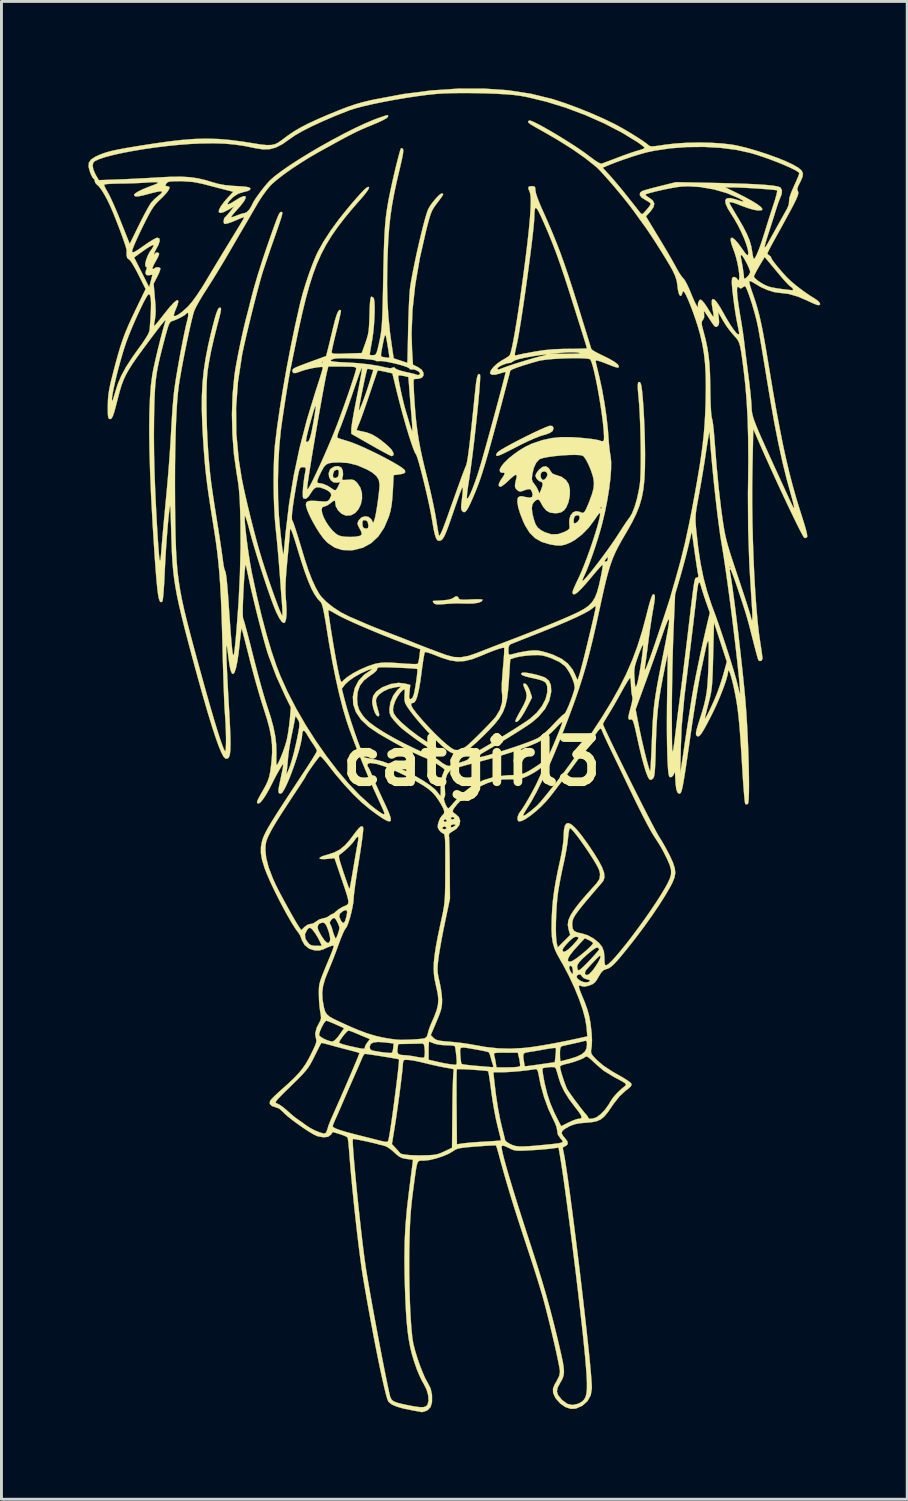
<source format=kicad_pcb>
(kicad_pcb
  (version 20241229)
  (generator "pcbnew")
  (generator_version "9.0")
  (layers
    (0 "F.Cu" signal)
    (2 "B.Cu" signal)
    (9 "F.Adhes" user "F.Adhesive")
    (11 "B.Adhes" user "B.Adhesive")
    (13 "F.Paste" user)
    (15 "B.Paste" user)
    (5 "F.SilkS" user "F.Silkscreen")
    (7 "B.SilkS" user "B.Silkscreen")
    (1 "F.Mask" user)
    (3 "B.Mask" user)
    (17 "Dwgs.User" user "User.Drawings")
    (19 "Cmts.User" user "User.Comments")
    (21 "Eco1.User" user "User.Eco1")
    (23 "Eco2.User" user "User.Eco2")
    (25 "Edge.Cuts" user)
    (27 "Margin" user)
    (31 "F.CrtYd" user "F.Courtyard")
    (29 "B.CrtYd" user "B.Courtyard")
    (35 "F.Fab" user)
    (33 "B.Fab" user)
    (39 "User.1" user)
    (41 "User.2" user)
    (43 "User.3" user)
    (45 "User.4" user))
  (footprint "catgirl3"
    (layer "F.Cu")
    (at 13.216 23.224)
    (property "Reference" "catgirl3" (at 0 0 0) (layer "F.SilkS") (effects (font (size 1.524 1.524) (thickness 0.3))))
    (attr through_hole)
    (fp_poly (pts (xy 1.913 -2.64) (xy 1.981 -2.518) (xy 2.01 -2.442) (xy 2.085 -2.22) (xy 1.969 -1.989) (xy 1.832 -1.731) (xy 1.715 -1.54) (xy 1.619 -1.418) (xy 1.547 -1.37) (xy 1.507 -1.39) (xy 1.519 -1.437) (xy 1.566 -1.54) (xy 1.641 -1.681) (xy 1.696 -1.779) (xy 1.81 -1.987) (xy 1.876 -2.147) (xy 1.898 -2.279) (xy 1.88 -2.402) (xy 1.834 -2.517) (xy 1.794 -2.617) (xy 1.782 -2.681) (xy 1.786 -2.689) (xy 1.845 -2.701) (xy 1.913 -2.64)) (stroke (width 0.01) (type solid)) (fill yes) (layer "F.SilkS"))
    (fp_poly (pts (xy 2.786 -11.579) (xy 2.825 -11.518) (xy 2.806 -11.432) (xy 2.777 -11.393) (xy 2.699 -11.342) (xy 2.57 -11.291) (xy 2.465 -11.263) (xy 2.339 -11.223) (xy 2.158 -11.15) (xy 1.937 -11.052) (xy 1.697 -10.936) (xy 1.579 -10.875) (xy 1.326 -10.745) (xy 1.139 -10.651) (xy 1.007 -10.59) (xy 0.922 -10.557) (xy 0.873 -10.55) (xy 0.851 -10.564) (xy 0.847 -10.589) (xy 0.877 -10.652) (xy 0.921 -10.695) (xy 1.026 -10.766) (xy 1.19 -10.861) (xy 1.397 -10.974) (xy 1.63 -11.097) (xy 1.875 -11.221) (xy 2.116 -11.338) (xy 2.337 -11.442) (xy 2.522 -11.524) (xy 2.657 -11.576) (xy 2.698 -11.588) (xy 2.786 -11.579)) (stroke (width 0.01) (type solid)) (fill yes) (layer "F.SilkS"))
    (fp_poly (pts (xy -0.474 -5.69) (xy -0.448 -5.645) (xy -0.425 -5.613) (xy -0.376 -5.595) (xy -0.284 -5.589) (xy -0.132 -5.593) (xy -0.02 -5.6) (xy 0.154 -5.606) (xy 0.289 -5.605) (xy 0.368 -5.595) (xy 0.381 -5.586) (xy 0.341 -5.527) (xy 0.231 -5.484) (xy 0.064 -5.459) (xy -0.104 -5.454) (xy -0.276 -5.458) (xy -0.431 -5.461) (xy -0.529 -5.462) (xy -0.637 -5.459) (xy -0.793 -5.45) (xy -0.954 -5.437) (xy -1.12 -5.426) (xy -1.222 -5.431) (xy -1.283 -5.454) (xy -1.309 -5.478) (xy -1.339 -5.532) (xy -1.328 -5.548) (xy -1.27 -5.552) (xy -1.152 -5.558) (xy -1.002 -5.566) (xy -0.803 -5.588) (xy -0.672 -5.627) (xy -0.639 -5.648) (xy -0.542 -5.709) (xy -0.474 -5.69)) (stroke (width 0.01) (type solid)) (fill yes) (layer "F.SilkS"))
    (fp_poly (pts (xy 1.26 -23.16) (xy 2.051 -23.039) (xy 2.787 -22.858) (xy 2.836 -22.843) (xy 3.247 -22.707) (xy 3.683 -22.546) (xy 4.123 -22.368) (xy 4.54 -22.185) (xy 4.912 -22.006) (xy 5.08 -21.917) (xy 5.301 -21.792) (xy 5.525 -21.658) (xy 5.735 -21.527) (xy 5.913 -21.41) (xy 6.042 -21.317) (xy 6.08 -21.285) (xy 6.122 -21.251) (xy 6.167 -21.231) (xy 6.233 -21.225) (xy 6.336 -21.234) (xy 6.493 -21.255) (xy 6.651 -21.28) (xy 7.01 -21.323) (xy 7.412 -21.349) (xy 7.834 -21.358) (xy 8.252 -21.35) (xy 8.646 -21.325) (xy 8.99 -21.284) (xy 9.144 -21.256) (xy 9.464 -21.18) (xy 9.815 -21.079) (xy 10.174 -20.964) (xy 10.518 -20.84) (xy 10.825 -20.717) (xy 11.07 -20.602) (xy 11.261 -20.494) (xy 11.378 -20.397) (xy 11.427 -20.296) (xy 11.415 -20.176) (xy 11.348 -20.02) (xy 11.321 -19.969) (xy 11.257 -19.839) (xy 11.234 -19.755) (xy 11.247 -19.693) (xy 11.257 -19.676) (xy 11.269 -19.638) (xy 11.265 -19.583) (xy 11.239 -19.501) (xy 11.19 -19.386) (xy 11.112 -19.227) (xy 11.002 -19.018) (xy 10.856 -18.749) (xy 10.731 -18.521) (xy 10.67 -18.41) (xy 10.582 -18.251) (xy 10.481 -18.068) (xy 10.42 -17.958) (xy 10.33 -17.793) (xy 10.259 -17.654) (xy 10.214 -17.56) (xy 10.202 -17.528) (xy 10.236 -17.484) (xy 10.266 -17.468) (xy 10.322 -17.419) (xy 10.329 -17.392) (xy 10.358 -17.33) (xy 10.438 -17.217) (xy 10.562 -17.063) (xy 10.723 -16.875) (xy 10.858 -16.726) (xy 11.009 -16.58) (xy 11.21 -16.411) (xy 11.438 -16.238) (xy 11.668 -16.079) (xy 11.822 -15.984) (xy 11.942 -15.901) (xy 12.01 -15.826) (xy 12.021 -15.771) (xy 11.965 -15.748) (xy 11.958 -15.748) (xy 11.891 -15.766) (xy 11.773 -15.814) (xy 11.626 -15.883) (xy 11.598 -15.897) (xy 11.258 -16.043) (xy 10.931 -16.137) (xy 10.638 -16.172) (xy 10.627 -16.172) (xy 10.437 -16.199) (xy 10.211 -16.269) (xy 9.979 -16.371) (xy 9.775 -16.492) (xy 9.672 -16.554) (xy 9.599 -16.582) (xy 9.58 -16.579) (xy 9.58 -16.529) (xy 9.606 -16.421) (xy 9.652 -16.274) (xy 9.669 -16.224) (xy 9.745 -16.008) (xy 9.811 -15.804) (xy 9.87 -15.602) (xy 9.926 -15.391) (xy 9.979 -15.157) (xy 10.034 -14.892) (xy 10.092 -14.582) (xy 10.156 -14.216) (xy 10.228 -13.784) (xy 10.267 -13.547) (xy 10.392 -12.799) (xy 10.51 -12.125) (xy 10.624 -11.517) (xy 10.734 -10.963) (xy 10.844 -10.455) (xy 10.956 -9.983) (xy 11.072 -9.537) (xy 11.193 -9.107) (xy 11.323 -8.684) (xy 11.376 -8.518) (xy 11.467 -8.23) (xy 11.53 -8.015) (xy 11.566 -7.865) (xy 11.577 -7.775) (xy 11.568 -7.741) (xy 11.501 -7.716) (xy 11.474 -7.725) (xy 11.44 -7.773) (xy 11.375 -7.89) (xy 11.284 -8.067) (xy 11.17 -8.297) (xy 11.038 -8.57) (xy 10.89 -8.878) (xy 10.733 -9.214) (xy 10.568 -9.567) (xy 10.401 -9.931) (xy 10.236 -10.296) (xy 10.075 -10.654) (xy 9.924 -10.997) (xy 9.915 -11.019) (xy 9.716 -11.477) (xy 9.687 -10.109) (xy 9.679 -9.515) (xy 9.679 -8.895) (xy 9.687 -8.26) (xy 9.703 -7.623) (xy 9.725 -6.994) (xy 9.753 -6.385) (xy 9.787 -5.808) (xy 9.826 -5.274) (xy 9.87 -4.794) (xy 9.918 -4.38) (xy 9.95 -4.158) (xy 9.982 -3.951) (xy 10.008 -3.769) (xy 10.026 -3.631) (xy 10.033 -3.556) (xy 10.033 -3.555) (xy 10.003 -3.489) (xy 9.941 -3.471) (xy 9.89 -3.506) (xy 9.873 -3.556) (xy 9.839 -3.675) (xy 9.793 -3.847) (xy 9.738 -4.058) (xy 9.693 -4.236) (xy 9.629 -4.488) (xy 9.577 -4.69) (xy 9.531 -4.859) (xy 9.487 -5.014) (xy 9.44 -5.172) (xy 9.383 -5.351) (xy 9.312 -5.569) (xy 9.221 -5.842) (xy 9.183 -5.958) (xy 9.106 -6.184) (xy 9.036 -6.378) (xy 8.979 -6.528) (xy 8.938 -6.622) (xy 8.921 -6.646) (xy 8.904 -6.612) (xy 8.91 -6.551) (xy 8.935 -6.422) (xy 8.967 -6.218) (xy 9.006 -5.95) (xy 9.049 -5.628) (xy 9.096 -5.262) (xy 9.146 -4.861) (xy 9.197 -4.437) (xy 9.247 -3.998) (xy 9.297 -3.555) (xy 9.345 -3.119) (xy 9.388 -2.698) (xy 9.423 -2.349) (xy 9.451 -2.028) (xy 9.477 -1.676) (xy 9.5 -1.304) (xy 9.52 -0.92) (xy 9.537 -0.535) (xy 9.551 -0.158) (xy 9.56 0.202) (xy 9.566 0.535) (xy 9.568 0.831) (xy 9.565 1.081) (xy 9.558 1.276) (xy 9.545 1.405) (xy 9.528 1.459) (xy 9.527 1.459) (xy 9.46 1.467) (xy 9.44 1.455) (xy 9.428 1.404) (xy 9.413 1.281) (xy 9.396 1.095) (xy 9.377 0.859) (xy 9.358 0.582) (xy 9.339 0.278) (xy 9.337 0.254) (xy 9.308 -0.238) (xy 9.281 -0.656) (xy 9.256 -1.011) (xy 9.231 -1.314) (xy 9.205 -1.575) (xy 9.178 -1.804) (xy 9.148 -2.013) (xy 9.114 -2.212) (xy 9.076 -2.409) (xy 9.026 -2.641) (xy 8.977 -2.843) (xy 8.931 -3.003) (xy 8.893 -3.112) (xy 8.866 -3.159) (xy 8.852 -3.135) (xy 8.851 -3.124) (xy 8.827 -2.985) (xy 8.77 -2.787) (xy 8.686 -2.545) (xy 8.58 -2.275) (xy 8.459 -1.992) (xy 8.329 -1.713) (xy 8.266 -1.587) (xy 8.129 -1.324) (xy 8.022 -1.128) (xy 7.941 -0.994) (xy 7.879 -0.912) (xy 7.831 -0.876) (xy 7.791 -0.877) (xy 7.761 -0.899) (xy 7.74 -0.937) (xy 7.74 -1.002) (xy 7.761 -1.107) (xy 7.807 -1.268) (xy 7.855 -1.419) (xy 7.877 -1.49) (xy 8.045 -1.49) (xy 8.045 -1.489) (xy 8.063 -1.5) (xy 8.108 -1.576) (xy 8.175 -1.706) (xy 8.257 -1.879) (xy 8.349 -2.082) (xy 8.391 -2.177) (xy 8.477 -2.391) (xy 8.568 -2.646) (xy 8.649 -2.899) (xy 8.679 -3.002) (xy 8.803 -3.45) (xy 8.582 -4.128) (xy 8.361 -4.805) (xy 8.332 -3.662) (xy 8.323 -3.316) (xy 8.314 -3.041) (xy 8.304 -2.822) (xy 8.292 -2.647) (xy 8.276 -2.5) (xy 8.255 -2.368) (xy 8.227 -2.238) (xy 8.192 -2.094) (xy 8.173 -2.019) (xy 8.123 -1.824) (xy 8.083 -1.659) (xy 8.055 -1.542) (xy 8.045 -1.49) (xy 7.877 -1.49) (xy 7.948 -1.713) (xy 8.018 -1.959) (xy 8.07 -2.179) (xy 8.107 -2.394) (xy 8.133 -2.627) (xy 8.151 -2.899) (xy 8.166 -3.23) (xy 8.167 -3.281) (xy 8.175 -3.541) (xy 8.179 -3.772) (xy 8.179 -3.962) (xy 8.176 -4.096) (xy 8.168 -4.16) (xy 8.167 -4.164) (xy 8.143 -4.146) (xy 8.113 -4.063) (xy 8.086 -3.952) (xy 8.057 -3.815) (xy 8.016 -3.621) (xy 7.968 -3.393) (xy 7.917 -3.157) (xy 7.911 -3.133) (xy 7.877 -2.957) (xy 7.832 -2.712) (xy 7.781 -2.41) (xy 7.725 -2.066) (xy 7.666 -1.693) (xy 7.607 -1.304) (xy 7.553 -0.931) (xy 7.486 -0.466) (xy 7.429 -0.078) (xy 7.382 0.24) (xy 7.342 0.495) (xy 7.309 0.694) (xy 7.281 0.844) (xy 7.257 0.952) (xy 7.236 1.024) (xy 7.216 1.069) (xy 7.195 1.091) (xy 7.173 1.1) (xy 7.157 1.101) (xy 7.103 1.065) (xy 7.063 0.957) (xy 7.037 0.772) (xy 7.022 0.507) (xy 7.022 0.492) (xy 7.016 0.402) (xy 7.199 0.402) (xy 7.365 -0.72) (xy 7.415 -1.054) (xy 7.467 -1.392) (xy 7.517 -1.716) (xy 7.563 -2.007) (xy 7.601 -2.246) (xy 7.622 -2.371) (xy 7.67 -2.636) (xy 7.734 -2.962) (xy 7.809 -3.328) (xy 7.889 -3.712) (xy 7.972 -4.093) (xy 8.053 -4.45) (xy 8.126 -4.762) (xy 8.13 -4.781) (xy 8.217 -5.138) (xy 8.09 -5.501) (xy 8.025 -5.69) (xy 7.966 -5.874) (xy 7.922 -6.02) (xy 7.914 -6.052) (xy 7.878 -6.16) (xy 7.846 -6.188) (xy 7.817 -6.134) (xy 7.791 -5.997) (xy 7.772 -5.842) (xy 7.758 -5.719) (xy 7.736 -5.522) (xy 7.705 -5.261) (xy 7.668 -4.946) (xy 7.625 -4.588) (xy 7.578 -4.197) (xy 7.528 -3.783) (xy 7.476 -3.356) (xy 7.424 -2.926) (xy 7.372 -2.503) (xy 7.34 -2.244) (xy 7.244 -1.203) (xy 7.216 -0.487) (xy 7.199 0.402) (xy 7.016 0.402) (xy 7.016 0.389) (xy 7.006 0.349) (xy 6.998 0.367) (xy 6.959 0.466) (xy 6.899 0.526) (xy 6.84 0.532) (xy 6.817 0.509) (xy 6.795 0.432) (xy 6.777 0.276) (xy 6.762 0.05) (xy 6.75 -0.239) (xy 6.742 -0.585) (xy 6.737 -0.981) (xy 6.736 -1.419) (xy 6.738 -1.691) (xy 6.907 -1.691) (xy 6.907 -1.609) (xy 6.908 -1.197) (xy 6.91 -0.868) (xy 6.913 -0.62) (xy 6.918 -0.453) (xy 6.927 -0.364) (xy 6.938 -0.353) (xy 6.955 -0.417) (xy 6.976 -0.556) (xy 7.004 -0.766) (xy 7.038 -1.048) (xy 7.067 -1.291) (xy 7.088 -1.46) (xy 7.116 -1.687) (xy 7.15 -1.943) (xy 7.184 -2.204) (xy 7.192 -2.265) (xy 7.217 -2.456) (xy 7.25 -2.717) (xy 7.29 -3.033) (xy 7.333 -3.39) (xy 7.38 -3.774) (xy 7.428 -4.17) (xy 7.471 -4.53) (xy 7.523 -4.968) (xy 7.566 -5.33) (xy 7.602 -5.622) (xy 7.631 -5.853) (xy 7.655 -6.029) (xy 7.675 -6.157) (xy 7.692 -6.246) (xy 7.708 -6.302) (xy 7.723 -6.334) (xy 7.739 -6.347) (xy 7.757 -6.35) (xy 7.772 -6.35) (xy 7.816 -6.37) (xy 7.818 -6.441) (xy 7.811 -6.474) (xy 7.796 -6.558) (xy 7.772 -6.708) (xy 7.742 -6.906) (xy 7.708 -7.135) (xy 7.689 -7.268) (xy 7.595 -7.938) (xy 7.475 -7.429) (xy 7.414 -7.181) (xy 7.338 -6.89) (xy 7.257 -6.593) (xy 7.188 -6.35) (xy 7.02 -5.779) (xy 6.962 -4.445) (xy 6.948 -4.052) (xy 6.935 -3.6) (xy 6.923 -3.112) (xy 6.915 -2.615) (xy 6.909 -2.133) (xy 6.907 -1.691) (xy 6.738 -1.691) (xy 6.739 -1.893) (xy 6.744 -2.265) (xy 6.768 -3.747) (xy 6.685 -3.344) (xy 6.595 -2.896) (xy 6.524 -2.508) (xy 6.468 -2.161) (xy 6.427 -1.832) (xy 6.397 -1.502) (xy 6.375 -1.15) (xy 6.36 -0.754) (xy 6.355 -0.582) (xy 6.346 -0.245) (xy 6.337 0.018) (xy 6.327 0.216) (xy 6.316 0.36) (xy 6.303 0.459) (xy 6.287 0.524) (xy 6.267 0.565) (xy 6.254 0.58) (xy 6.192 0.628) (xy 6.143 0.612) (xy 6.121 0.591) (xy 6.073 0.507) (xy 6.013 0.349) (xy 5.944 0.124) (xy 5.867 -0.159) (xy 5.787 -0.49) (xy 5.709 -0.836) (xy 5.655 -1.083) (xy 5.614 -1.258) (xy 5.58 -1.371) (xy 5.552 -1.435) (xy 5.524 -1.46) (xy 5.499 -1.459) (xy 5.438 -1.451) (xy 5.409 -1.483) (xy 5.41 -1.566) (xy 5.442 -1.71) (xy 5.469 -1.806) (xy 5.659 -1.806) (xy 5.732 -1.422) (xy 5.785 -1.155) (xy 5.843 -0.881) (xy 5.904 -0.609) (xy 5.965 -0.352) (xy 6.022 -0.121) (xy 6.074 0.073) (xy 6.116 0.218) (xy 6.147 0.304) (xy 6.164 0.318) (xy 6.164 0.318) (xy 6.17 0.265) (xy 6.177 0.14) (xy 6.187 -0.046) (xy 6.199 -0.28) (xy 6.21 -0.552) (xy 6.22 -0.783) (xy 6.233 -1.097) (xy 6.248 -1.371) (xy 6.265 -1.62) (xy 6.287 -1.856) (xy 6.315 -2.093) (xy 6.352 -2.344) (xy 6.399 -2.624) (xy 6.458 -2.945) (xy 6.531 -3.321) (xy 6.62 -3.765) (xy 6.625 -3.792) (xy 6.701 -4.176) (xy 6.757 -4.479) (xy 6.794 -4.701) (xy 6.812 -4.846) (xy 6.809 -4.912) (xy 6.787 -4.903) (xy 6.744 -4.818) (xy 6.682 -4.66) (xy 6.599 -4.43) (xy 6.568 -4.339) (xy 6.474 -4.068) (xy 6.36 -3.745) (xy 6.235 -3.395) (xy 6.11 -3.046) (xy 5.994 -2.724) (xy 5.989 -2.713) (xy 5.659 -1.806) (xy 5.469 -1.806) (xy 5.48 -1.844) (xy 5.526 -2.024) (xy 5.549 -2.163) (xy 5.545 -2.242) (xy 5.544 -2.245) (xy 5.525 -2.32) (xy 5.509 -2.449) (xy 5.5 -2.584) (xy 5.493 -2.731) (xy 5.482 -2.843) (xy 5.471 -2.893) (xy 5.445 -2.872) (xy 5.387 -2.788) (xy 5.307 -2.655) (xy 5.21 -2.485) (xy 5.191 -2.449) (xy 5.069 -2.228) (xy 4.938 -1.997) (xy 4.815 -1.787) (xy 4.73 -1.647) (xy 4.641 -1.502) (xy 4.572 -1.386) (xy 4.534 -1.315) (xy 4.53 -1.303) (xy 4.548 -1.249) (xy 4.601 -1.128) (xy 4.684 -0.95) (xy 4.792 -0.723) (xy 4.921 -0.456) (xy 5.066 -0.158) (xy 5.224 0.162) (xy 5.389 0.495) (xy 5.557 0.832) (xy 5.725 1.165) (xy 5.886 1.484) (xy 6.038 1.781) (xy 6.175 2.047) (xy 6.294 2.273) (xy 6.388 2.449) (xy 6.456 2.568) (xy 6.478 2.603) (xy 6.575 2.759) (xy 6.688 2.958) (xy 6.798 3.165) (xy 6.838 3.243) (xy 6.947 3.482) (xy 7.009 3.673) (xy 7.026 3.838) (xy 6.996 4.001) (xy 6.92 4.184) (xy 6.852 4.314) (xy 6.683 4.604) (xy 6.47 4.94) (xy 6.225 5.303) (xy 5.959 5.676) (xy 5.686 6.041) (xy 5.561 6.202) (xy 5.339 6.481) (xy 5.161 6.699) (xy 5.019 6.865) (xy 4.906 6.985) (xy 4.816 7.066) (xy 4.74 7.117) (xy 4.672 7.145) (xy 4.651 7.15) (xy 4.552 7.188) (xy 4.471 7.268) (xy 4.404 7.377) (xy 4.32 7.522) (xy 4.251 7.612) (xy 4.174 7.67) (xy 4.067 7.715) (xy 4.038 7.725) (xy 3.889 7.758) (xy 3.796 7.74) (xy 3.728 7.714) (xy 3.7 7.735) (xy 3.71 7.812) (xy 3.76 7.951) (xy 3.803 8.053) (xy 3.917 8.33) (xy 3.998 8.56) (xy 4.055 8.769) (xy 4.095 8.984) (xy 4.103 9.041) (xy 4.14 9.355) (xy 4.153 9.606) (xy 4.142 9.814) (xy 4.131 9.891) (xy 4.119 9.983) (xy 4.127 10.053) (xy 4.168 10.124) (xy 4.251 10.218) (xy 4.326 10.294) (xy 4.545 10.481) (xy 4.841 10.676) (xy 5.008 10.772) (xy 5.188 10.874) (xy 5.342 10.969) (xy 5.453 11.047) (xy 5.506 11.096) (xy 5.506 11.097) (xy 5.517 11.146) (xy 5.487 11.201) (xy 5.404 11.276) (xy 5.315 11.344) (xy 5.103 11.538) (xy 4.89 11.809) (xy 4.847 11.873) (xy 4.7 12.087) (xy 4.574 12.238) (xy 4.452 12.338) (xy 4.316 12.398) (xy 4.146 12.432) (xy 3.958 12.448) (xy 3.727 12.469) (xy 3.551 12.504) (xy 3.403 12.56) (xy 3.369 12.576) (xy 3.209 12.666) (xy 3.123 12.744) (xy 3.108 12.82) (xy 3.158 12.91) (xy 3.209 12.967) (xy 3.302 13.089) (xy 3.317 13.184) (xy 3.256 13.248) (xy 3.211 13.264) (xy 3.148 13.307) (xy 3.15 13.364) (xy 3.175 13.472) (xy 3.209 13.657) (xy 3.25 13.91) (xy 3.297 14.225) (xy 3.349 14.593) (xy 3.406 15.008) (xy 3.466 15.461) (xy 3.528 15.944) (xy 3.592 16.45) (xy 3.657 16.972) (xy 3.722 17.502) (xy 3.785 18.032) (xy 3.846 18.554) (xy 3.904 19.061) (xy 3.958 19.545) (xy 4.007 19.999) (xy 4.051 20.415) (xy 4.087 20.784) (xy 4.116 21.101) (xy 4.136 21.356) (xy 4.147 21.543) (xy 4.148 21.608) (xy 4.11 21.848) (xy 3.998 22.051) (xy 3.822 22.21) (xy 3.595 22.311) (xy 3.421 22.319) (xy 3.237 22.258) (xy 3.06 22.137) (xy 2.909 21.966) (xy 2.883 21.926) (xy 2.812 21.769) (xy 2.807 21.624) (xy 2.869 21.467) (xy 2.922 21.383) (xy 3.024 21.182) (xy 3.048 21.04) (xy 3.038 20.95) (xy 3.009 20.79) (xy 2.965 20.574) (xy 2.909 20.312) (xy 2.842 20.018) (xy 2.769 19.705) (xy 2.692 19.384) (xy 2.613 19.068) (xy 2.537 18.769) (xy 2.465 18.5) (xy 2.44 18.41) (xy 2.382 18.215) (xy 2.304 17.958) (xy 2.211 17.66) (xy 2.108 17.339) (xy 2.003 17.015) (xy 1.946 16.844) (xy 1.736 16.204) (xy 1.551 15.633) (xy 1.389 15.118) (xy 1.247 14.647) (xy 1.12 14.21) (xy 1.005 13.796) (xy 0.975 13.684) (xy 0.927 13.504) (xy 0.885 13.358) (xy 0.855 13.263) (xy 1.035 13.263) (xy 1.037 13.333) (xy 1.066 13.479) (xy 1.121 13.699) (xy 1.201 13.989) (xy 1.305 14.346) (xy 1.432 14.767) (xy 1.581 15.247) (xy 1.752 15.785) (xy 1.942 16.377) (xy 2.062 16.743) (xy 2.25 17.327) (xy 2.414 17.855) (xy 2.56 18.35) (xy 2.695 18.836) (xy 2.825 19.334) (xy 2.957 19.869) (xy 3.029 20.172) (xy 3.099 20.479) (xy 3.149 20.718) (xy 3.177 20.902) (xy 3.186 21.045) (xy 3.174 21.16) (xy 3.142 21.262) (xy 3.091 21.363) (xy 3.056 21.421) (xy 2.967 21.587) (xy 2.942 21.719) (xy 2.981 21.842) (xy 3.089 21.978) (xy 3.13 22.021) (xy 3.301 22.146) (xy 3.48 22.187) (xy 3.672 22.144) (xy 3.725 22.119) (xy 3.812 22.066) (xy 3.879 22) (xy 3.929 21.912) (xy 3.961 21.793) (xy 3.977 21.634) (xy 3.978 21.425) (xy 3.966 21.157) (xy 3.941 20.821) (xy 3.916 20.532) (xy 3.882 20.181) (xy 3.84 19.769) (xy 3.789 19.306) (xy 3.732 18.804) (xy 3.67 18.271) (xy 3.604 17.718) (xy 3.535 17.157) (xy 3.465 16.596) (xy 3.395 16.047) (xy 3.326 15.521) (xy 3.26 15.026) (xy 3.198 14.575) (xy 3.141 14.177) (xy 3.09 13.842) (xy 3.048 13.586) (xy 3 13.308) (xy 2.759 13.341) (xy 2.618 13.357) (xy 2.42 13.374) (xy 2.194 13.391) (xy 2.01 13.402) (xy 1.793 13.414) (xy 1.64 13.417) (xy 1.531 13.411) (xy 1.444 13.392) (xy 1.359 13.358) (xy 1.279 13.318) (xy 1.147 13.257) (xy 1.072 13.238) (xy 1.037 13.257) (xy 1.035 13.263) (xy 0.855 13.263) (xy 0.854 13.262) (xy 0.843 13.234) (xy 0.797 13.231) (xy 0.681 13.236) (xy 0.511 13.245) (xy 0.3 13.26) (xy 0.164 13.27) (xy -0.091 13.291) (xy -0.276 13.31) (xy -0.408 13.33) (xy -0.501 13.354) (xy -0.57 13.385) (xy -0.632 13.425) (xy -0.64 13.432) (xy -0.793 13.522) (xy -1 13.609) (xy -1.23 13.684) (xy -1.454 13.737) (xy -1.641 13.758) (xy -1.647 13.758) (xy -1.72 13.757) (xy -1.776 13.758) (xy -1.819 13.772) (xy -1.853 13.808) (xy -1.88 13.876) (xy -1.905 13.986) (xy -1.931 14.147) (xy -1.962 14.37) (xy -2.001 14.663) (xy -2.016 14.774) (xy -2.055 15.084) (xy -2.085 15.373) (xy -2.108 15.664) (xy -2.125 15.977) (xy -2.138 16.332) (xy -2.147 16.751) (xy -2.148 16.764) (xy -2.152 17.204) (xy -2.151 17.654) (xy -2.144 18.101) (xy -2.131 18.534) (xy -2.115 18.941) (xy -2.093 19.31) (xy -2.069 19.629) (xy -2.041 19.885) (xy -2.013 20.055) (xy -1.955 20.288) (xy -1.877 20.546) (xy -1.787 20.809) (xy -1.692 21.055) (xy -1.601 21.263) (xy -1.52 21.411) (xy -1.515 21.419) (xy -1.414 21.613) (xy -1.367 21.832) (xy -1.365 21.852) (xy -1.365 22.086) (xy -1.414 22.255) (xy -1.515 22.362) (xy -1.577 22.392) (xy -1.666 22.421) (xy -1.71 22.433) (xy -1.71 22.433) (xy -1.751 22.424) (xy -1.855 22.405) (xy -2.002 22.378) (xy -2.053 22.369) (xy -2.358 22.306) (xy -2.587 22.241) (xy -2.749 22.17) (xy -2.853 22.088) (xy -2.873 22.063) (xy -2.906 21.986) (xy -2.95 21.833) (xy -3.006 21.611) (xy -3.071 21.327) (xy -3.145 20.989) (xy -3.225 20.602) (xy -3.31 20.176) (xy -3.398 19.716) (xy -3.489 19.23) (xy -3.581 18.726) (xy -3.672 18.21) (xy -3.741 17.801) (xy -3.788 17.505) (xy -3.838 17.14) (xy -3.892 16.718) (xy -3.948 16.255) (xy -4.003 15.765) (xy -4.057 15.263) (xy -4.108 14.762) (xy -4.154 14.278) (xy -4.193 13.824) (xy -4.215 13.547) (xy -4.229 13.365) (xy -4.243 13.211) (xy -4.253 13.108) (xy -4.257 13.081) (xy -4.26 13.064) (xy -4.101 13.064) (xy -4.097 13.189) (xy -4.085 13.38) (xy -4.066 13.627) (xy -4.041 13.921) (xy -4.011 14.252) (xy -3.976 14.612) (xy -3.939 14.99) (xy -3.898 15.378) (xy -3.856 15.766) (xy -3.814 16.145) (xy -3.772 16.506) (xy -3.732 16.839) (xy -3.694 17.135) (xy -3.659 17.385) (xy -3.64 17.509) (xy -3.582 17.857) (xy -3.511 18.268) (xy -3.43 18.724) (xy -3.341 19.209) (xy -3.248 19.707) (xy -3.155 20.202) (xy -3.063 20.677) (xy -2.976 21.115) (xy -2.897 21.502) (xy -2.835 21.792) (xy -2.805 21.91) (xy -2.763 21.994) (xy -2.695 22.055) (xy -2.586 22.102) (xy -2.42 22.146) (xy -2.248 22.183) (xy -1.989 22.233) (xy -1.798 22.259) (xy -1.665 22.26) (xy -1.579 22.236) (xy -1.527 22.187) (xy -1.521 22.176) (xy -1.485 22.034) (xy -1.498 21.851) (xy -1.553 21.655) (xy -1.642 21.477) (xy -1.721 21.335) (xy -1.809 21.15) (xy -1.888 20.958) (xy -1.897 20.934) (xy -1.983 20.685) (xy -2.056 20.442) (xy -2.117 20.195) (xy -2.166 19.931) (xy -2.207 19.642) (xy -2.239 19.315) (xy -2.265 18.939) (xy -2.286 18.505) (xy -2.303 18.002) (xy -2.309 17.78) (xy -2.317 17.137) (xy -2.308 16.547) (xy -2.279 15.977) (xy -2.228 15.397) (xy -2.16 14.817) (xy -2.128 14.571) (xy -2.098 14.336) (xy -2.072 14.134) (xy -2.053 13.986) (xy -2.048 13.944) (xy -2.022 13.728) (xy -2.245 13.699) (xy -2.388 13.67) (xy -2.499 13.618) (xy -2.615 13.523) (xy -2.658 13.482) (xy -2.782 13.375) (xy -2.905 13.29) (xy -2.979 13.256) (xy -3.129 13.214) (xy -3.236 13.187) (xy -2.748 13.187) (xy -2.612 13.334) (xy -2.531 13.424) (xy -2.478 13.485) (xy -2.468 13.498) (xy -2.41 13.529) (xy -2.279 13.553) (xy -2.089 13.57) (xy -1.85 13.577) (xy -1.693 13.576) (xy -1.475 13.57) (xy -1.316 13.56) (xy -1.195 13.54) (xy -1.087 13.505) (xy -0.967 13.453) (xy -0.941 13.441) (xy -0.675 13.314) (xy -0.663 12.023) (xy -0.659 11.698) (xy -0.654 11.398) (xy -0.648 11.184) (xy -0.52 11.184) (xy -0.52 11.463) (xy -0.519 11.774) (xy -0.517 11.906) (xy -0.506 13.195) (xy -0.306 13.164) (xy -0.186 13.15) (xy -0.006 13.133) (xy 0.211 13.117) (xy 0.441 13.103) (xy 0.455 13.102) (xy 0.662 13.09) (xy 0.834 13.078) (xy 0.957 13.068) (xy 1.014 13.06) (xy 1.016 13.059) (xy 1.006 13.016) (xy 0.98 12.906) (xy 0.94 12.748) (xy 0.892 12.555) (xy 0.89 12.545) (xy 0.837 12.313) (xy 0.782 12.03) (xy 0.73 11.726) (xy 0.687 11.436) (xy 0.679 11.371) (xy 0.649 11.141) (xy 0.62 10.943) (xy 0.596 10.789) (xy 0.581 10.71) (xy 0.752 10.71) (xy 0.781 10.996) (xy 0.838 11.476) (xy 0.908 11.937) (xy 0.988 12.354) (xy 1.044 12.594) (xy 1.09 12.775) (xy 1.128 12.926) (xy 1.152 13.028) (xy 1.159 13.06) (xy 1.197 13.102) (xy 1.288 13.161) (xy 1.349 13.194) (xy 1.431 13.229) (xy 1.521 13.254) (xy 1.629 13.267) (xy 1.769 13.27) (xy 1.953 13.262) (xy 2.192 13.243) (xy 2.5 13.214) (xy 2.603 13.204) (xy 2.84 13.18) (xy 3.001 13.159) (xy 3.098 13.138) (xy 3.14 13.112) (xy 3.137 13.077) (xy 3.098 13.027) (xy 3.067 12.994) (xy 2.974 12.857) (xy 2.954 12.734) (xy 2.933 12.611) (xy 2.871 12.445) (xy 2.812 12.326) (xy 2.647 11.974) (xy 2.501 11.573) (xy 2.386 11.161) (xy 2.345 10.964) (xy 2.311 10.786) (xy 2.285 10.677) (xy 2.261 10.627) (xy 2.444 10.627) (xy 2.457 10.742) (xy 2.484 10.905) (xy 2.522 11.1) (xy 2.522 11.101) (xy 2.609 11.457) (xy 2.713 11.776) (xy 2.849 12.095) (xy 2.975 12.349) (xy 3.09 12.569) (xy 3.342 12.444) (xy 3.483 12.379) (xy 3.603 12.334) (xy 3.67 12.318) (xy 3.758 12.308) (xy 3.795 12.273) (xy 3.779 12.205) (xy 3.709 12.093) (xy 3.589 11.938) (xy 3.364 11.64) (xy 3.198 11.375) (xy 3.08 11.128) (xy 3.023 10.964) (xy 2.979 10.815) (xy 2.94 10.683) (xy 2.923 10.626) (xy 2.897 10.563) (xy 2.85 10.534) (xy 2.756 10.53) (xy 2.684 10.534) (xy 2.558 10.548) (xy 2.469 10.567) (xy 2.447 10.577) (xy 2.444 10.627) (xy 2.261 10.627) (xy 2.258 10.62) (xy 2.223 10.601) (xy 2.172 10.605) (xy 2.165 10.607) (xy 1.941 10.64) (xy 1.678 10.67) (xy 1.409 10.693) (xy 1.168 10.707) (xy 1.044 10.71) (xy 0.752 10.71) (xy 0.581 10.71) (xy 0.578 10.696) (xy 0.571 10.674) (xy 0.523 10.664) (xy 0.41 10.651) (xy 0.253 10.638) (xy 0.072 10.625) (xy -0.114 10.613) (xy -0.284 10.605) (xy -0.418 10.601) (xy -0.497 10.602) (xy -0.508 10.605) (xy -0.513 10.649) (xy -0.517 10.767) (xy -0.519 10.949) (xy -0.52 11.184) (xy -0.648 11.184) (xy -0.647 11.136) (xy -0.639 10.92) (xy -0.631 10.763) (xy -0.623 10.676) (xy -0.62 10.663) (xy -0.615 10.621) (xy -0.658 10.594) (xy -0.766 10.572) (xy -0.813 10.565) (xy -0.947 10.542) (xy -1.135 10.504) (xy -1.351 10.456) (xy -1.524 10.414) (xy -1.8 10.348) (xy -2.011 10.305) (xy -2.17 10.284) (xy -2.293 10.281) (xy -2.318 10.283) (xy -2.355 10.324) (xy -2.371 10.423) (xy -2.371 10.428) (xy -2.377 10.524) (xy -2.393 10.689) (xy -2.419 10.91) (xy -2.451 11.171) (xy -2.488 11.46) (xy -2.529 11.761) (xy -2.571 12.061) (xy -2.612 12.345) (xy -2.652 12.598) (xy -2.665 12.679) (xy -2.748 13.187) (xy -3.236 13.187) (xy -3.311 13.168) (xy -3.508 13.121) (xy -3.701 13.079) (xy -3.874 13.044) (xy -4.007 13.02) (xy -4.084 13.012) (xy -4.095 13.014) (xy -4.101 13.064) (xy -4.26 13.064) (xy -4.27 12.993) (xy -4.272 12.971) (xy -4.311 12.936) (xy -4.41 12.89) (xy -4.531 12.848) (xy -4.787 12.77) (xy -4.851 12.862) (xy -4.952 12.935) (xy -5.107 12.953) (xy -5.304 12.917) (xy -5.338 12.906) (xy -5.449 12.854) (xy -5.606 12.76) (xy -5.792 12.639) (xy -5.988 12.502) (xy -6.176 12.363) (xy -6.338 12.235) (xy -6.455 12.13) (xy -6.492 12.09) (xy -6.631 11.966) (xy -6.749 11.92) (xy -6.891 11.872) (xy -6.961 11.798) (xy -6.957 11.744) (xy -6.759 11.744) (xy -6.752 11.769) (xy -6.722 11.783) (xy -6.711 11.786) (xy -6.627 11.827) (xy -6.507 11.911) (xy -6.375 12.021) (xy -6.353 12.041) (xy -6.217 12.161) (xy -6.089 12.268) (xy -5.992 12.339) (xy -5.985 12.344) (xy -5.873 12.419) (xy -5.743 12.514) (xy -5.703 12.544) (xy -5.566 12.633) (xy -5.401 12.718) (xy -5.237 12.785) (xy -5.105 12.822) (xy -5.075 12.825) (xy -5.014 12.787) (xy -4.979 12.691) (xy -4.947 12.583) (xy -4.942 12.567) (xy -4.792 12.567) (xy -4.769 12.606) (xy -4.681 12.653) (xy -4.525 12.71) (xy -4.295 12.778) (xy -3.987 12.86) (xy -3.916 12.877) (xy -3.704 12.931) (xy -3.476 12.988) (xy -3.281 13.038) (xy -3.1 13.083) (xy -2.985 13.108) (xy -2.919 13.11) (xy -2.886 13.091) (xy -2.87 13.049) (xy -2.864 13.028) (xy -2.844 12.925) (xy -2.816 12.76) (xy -2.783 12.545) (xy -2.746 12.291) (xy -2.707 12.01) (xy -2.668 11.716) (xy -2.629 11.419) (xy -2.593 11.132) (xy -2.561 10.867) (xy -2.534 10.636) (xy -2.515 10.451) (xy -2.505 10.324) (xy -2.504 10.267) (xy -2.505 10.265) (xy -2.55 10.253) (xy -2.661 10.232) (xy -2.818 10.205) (xy -3.003 10.174) (xy -3.197 10.143) (xy -3.382 10.115) (xy -3.539 10.092) (xy -3.65 10.078) (xy -3.689 10.076) (xy -3.721 10.111) (xy -3.766 10.198) (xy -3.782 10.234) (xy -3.826 10.338) (xy -3.894 10.496) (xy -3.977 10.684) (xy -4.044 10.837) (xy -4.151 11.079) (xy -4.271 11.354) (xy -4.385 11.617) (xy -4.432 11.725) (xy -4.517 11.923) (xy -4.599 12.11) (xy -4.667 12.262) (xy -4.701 12.338) (xy -4.752 12.457) (xy -4.787 12.548) (xy -4.792 12.567) (xy -4.942 12.567) (xy -4.891 12.432) (xy -4.827 12.279) (xy -4.72 12.04) (xy -4.603 11.776) (xy -4.481 11.498) (xy -4.358 11.216) (xy -4.24 10.942) (xy -4.13 10.686) (xy -4.034 10.458) (xy -3.955 10.271) (xy -3.9 10.133) (xy -3.871 10.057) (xy -3.868 10.045) (xy -3.913 10.03) (xy -4.021 9.999) (xy -4.174 9.958) (xy -4.285 9.929) (xy -4.494 9.875) (xy -4.703 9.82) (xy -4.878 9.771) (xy -4.93 9.757) (xy -5.06 9.722) (xy -5.154 9.702) (xy -5.186 9.701) (xy -5.209 9.743) (xy -5.262 9.845) (xy -5.336 9.992) (xy -5.42 10.16) (xy -5.499 10.318) (xy -5.57 10.446) (xy -5.643 10.558) (xy -5.731 10.67) (xy -5.843 10.795) (xy -5.992 10.947) (xy -6.19 11.141) (xy -6.23 11.181) (xy -6.433 11.379) (xy -6.58 11.527) (xy -6.68 11.631) (xy -6.737 11.701) (xy -6.759 11.744) (xy -6.957 11.744) (xy -6.953 11.704) (xy -6.949 11.696) (xy -6.9 11.635) (xy -6.803 11.536) (xy -6.675 11.415) (xy -6.597 11.345) (xy -6.334 11.11) (xy -6.127 10.914) (xy -5.963 10.742) (xy -5.831 10.581) (xy -5.719 10.417) (xy -5.616 10.237) (xy -5.548 10.105) (xy -5.452 9.909) (xy -5.391 9.772) (xy -5.363 9.687) (xy -4.572 9.687) (xy -4.533 9.712) (xy -4.43 9.748) (xy -4.28 9.789) (xy -4.18 9.812) (xy -3.971 9.858) (xy -3.831 9.886) (xy -3.745 9.897) (xy -3.701 9.893) (xy -3.685 9.874) (xy -3.683 9.848) (xy -3.68 9.84) (xy -3.514 9.84) (xy -3.498 9.915) (xy -3.435 9.956) (xy -3.367 9.972) (xy -3.163 10.007) (xy -2.981 10.031) (xy -2.839 10.043) (xy -2.757 10.04) (xy -2.745 10.036) (xy -2.734 10.011) (xy -2.561 10.011) (xy -2.525 10.08) (xy -2.431 10.112) (xy -2.307 10.121) (xy -2.165 10.133) (xy -1.992 10.16) (xy -1.905 10.177) (xy -1.772 10.2) (xy -1.673 10.207) (xy -1.638 10.2) (xy -1.621 10.145) (xy -1.614 10.035) (xy -1.616 9.965) (xy -1.482 9.965) (xy -1.482 10.278) (xy -1.196 10.345) (xy -0.947 10.399) (xy -0.741 10.433) (xy -0.577 10.45) (xy -0.536 10.447) (xy -0.516 10.417) (xy -0.512 10.343) (xy -0.522 10.208) (xy -0.527 10.15) (xy -0.544 10.001) (xy -0.395 10.001) (xy -0.388 10.117) (xy -0.387 10.118) (xy -0.376 10.263) (xy -0.361 10.373) (xy -0.346 10.421) (xy -0.294 10.436) (xy -0.177 10.454) (xy -0.011 10.473) (xy 0.169 10.489) (xy 0.368 10.505) (xy 0.538 10.52) (xy 0.66 10.53) (xy 0.714 10.535) (xy 0.751 10.515) (xy 0.74 10.467) (xy 0.71 10.379) (xy 0.674 10.254) (xy 0.666 10.223) (xy 0.633 10.11) (xy 0.618 10.072) (xy 0.772 10.072) (xy 0.775 10.108) (xy 0.78 10.128) (xy 0.806 10.235) (xy 0.831 10.369) (xy 0.833 10.382) (xy 0.858 10.541) (xy 1.252 10.541) (xy 1.426 10.537) (xy 1.567 10.527) (xy 1.604 10.52) (xy 3.048 10.52) (xy 3.062 10.599) (xy 3.097 10.732) (xy 3.147 10.893) (xy 3.202 11.057) (xy 3.255 11.198) (xy 3.292 11.282) (xy 3.343 11.364) (xy 3.432 11.492) (xy 3.546 11.65) (xy 3.671 11.816) (xy 3.791 11.973) (xy 3.894 12.102) (xy 3.966 12.184) (xy 3.966 12.184) (xy 4.014 12.251) (xy 4.022 12.28) (xy 4.056 12.313) (xy 4.142 12.314) (xy 4.255 12.284) (xy 4.314 12.258) (xy 4.452 12.157) (xy 4.598 12.005) (xy 4.728 11.826) (xy 4.78 11.734) (xy 4.875 11.59) (xy 5.017 11.427) (xy 5.179 11.274) (xy 5.271 11.201) (xy 5.313 11.164) (xy 5.324 11.129) (xy 5.292 11.088) (xy 5.21 11.033) (xy 5.068 10.955) (xy 4.911 10.873) (xy 4.55 10.652) (xy 4.264 10.407) (xy 4.127 10.276) (xy 4.035 10.198) (xy 3.975 10.166) (xy 3.935 10.171) (xy 3.92 10.183) (xy 3.845 10.23) (xy 3.711 10.287) (xy 3.543 10.347) (xy 3.366 10.399) (xy 3.207 10.436) (xy 3.105 10.468) (xy 3.051 10.51) (xy 3.048 10.52) (xy 1.604 10.52) (xy 1.653 10.512) (xy 1.67 10.502) (xy 1.674 10.442) (xy 1.66 10.33) (xy 1.644 10.248) (xy 1.616 10.129) (xy 1.781 10.129) (xy 1.79 10.247) (xy 1.806 10.345) (xy 1.833 10.508) (xy 2.028 10.482) (xy 2.17 10.463) (xy 2.356 10.437) (xy 2.545 10.41) (xy 2.545 10.41) (xy 2.868 10.363) (xy 2.896 10.129) (xy 2.9 10.076) (xy 3.048 10.076) (xy 3.051 10.21) (xy 3.06 10.302) (xy 3.07 10.329) (xy 3.118 10.319) (xy 3.226 10.291) (xy 3.37 10.252) (xy 3.383 10.249) (xy 3.628 10.171) (xy 3.799 10.09) (xy 3.908 9.996) (xy 3.964 9.881) (xy 3.979 9.746) (xy 3.971 9.651) (xy 3.939 9.621) (xy 3.905 9.627) (xy 3.828 9.647) (xy 3.696 9.678) (xy 3.538 9.714) (xy 3.535 9.715) (xy 3.372 9.751) (xy 3.232 9.782) (xy 3.143 9.802) (xy 3.09 9.822) (xy 3.061 9.868) (xy 3.05 9.959) (xy 3.048 10.076) (xy 2.9 10.076) (xy 2.907 9.997) (xy 2.908 9.902) (xy 2.902 9.873) (xy 2.854 9.871) (xy 2.743 9.883) (xy 2.591 9.907) (xy 2.53 9.918) (xy 2.337 9.953) (xy 2.146 9.986) (xy 1.996 10.009) (xy 1.979 10.011) (xy 1.865 10.031) (xy 1.802 10.063) (xy 1.781 10.129) (xy 1.616 10.129) (xy 1.594 10.033) (xy 1.173 10.033) (xy 0.982 10.034) (xy 0.861 10.038) (xy 0.796 10.05) (xy 0.772 10.072) (xy 0.618 10.072) (xy 0.604 10.035) (xy 0.597 10.025) (xy 0.547 10.006) (xy 0.432 9.978) (xy 0.274 9.946) (xy 0.169 9.927) (xy -0.061 9.887) (xy -0.219 9.862) (xy -0.319 9.857) (xy -0.373 9.875) (xy -0.394 9.922) (xy -0.395 10.001) (xy -0.544 10.001) (xy -0.545 9.996) (xy -0.562 9.876) (xy -0.576 9.814) (xy -0.578 9.812) (xy -0.627 9.795) (xy -0.737 9.783) (xy -0.872 9.779) (xy -1.044 9.769) (xy -1.206 9.743) (xy -1.298 9.716) (xy -1.399 9.675) (xy -1.46 9.653) (xy -1.466 9.652) (xy -1.473 9.691) (xy -1.479 9.794) (xy -1.482 9.939) (xy -1.482 9.965) (xy -1.616 9.965) (xy -1.617 9.944) (xy -1.63 9.809) (xy -1.653 9.74) (xy -1.693 9.719) (xy -1.704 9.719) (xy -1.778 9.721) (xy -1.913 9.725) (xy -2.084 9.728) (xy -2.153 9.73) (xy -2.529 9.737) (xy -2.554 9.894) (xy -2.561 10.011) (xy -2.734 10.011) (xy -2.722 9.981) (xy -2.704 9.879) (xy -2.702 9.864) (xy -2.688 9.716) (xy -3 9.679) (xy -3.229 9.664) (xy -3.386 9.681) (xy -3.478 9.733) (xy -3.513 9.822) (xy -3.514 9.84) (xy -3.68 9.84) (xy -3.658 9.777) (xy -3.599 9.684) (xy -3.595 9.678) (xy -3.506 9.566) (xy -3.669 9.499) (xy -3.815 9.438) (xy -3.977 9.369) (xy -4.016 9.352) (xy -4.136 9.304) (xy -4.226 9.276) (xy -4.249 9.273) (xy -4.297 9.305) (xy -4.372 9.385) (xy -4.454 9.489) (xy -4.526 9.591) (xy -4.568 9.669) (xy -4.572 9.687) (xy -5.363 9.687) (xy -5.36 9.677) (xy -5.353 9.609) (xy -5.365 9.551) (xy -5.371 9.536) (xy -5.391 9.395) (xy -5.259 9.395) (xy -5.259 9.434) (xy -5.208 9.487) (xy -5.105 9.55) (xy -4.979 9.606) (xy -4.86 9.643) (xy -4.805 9.651) (xy -4.724 9.612) (xy -4.618 9.499) (xy -4.56 9.42) (xy -4.399 9.189) (xy -4.682 9.061) (xy -4.827 8.998) (xy -4.944 8.952) (xy -5.011 8.932) (xy -5.014 8.932) (xy -5.059 8.968) (xy -5.118 9.058) (xy -5.18 9.177) (xy -5.231 9.297) (xy -5.259 9.395) (xy -5.391 9.395) (xy -5.394 9.371) (xy -5.343 9.173) (xy -5.256 9.005) (xy -5.211 8.919) (xy -5.193 8.838) (xy -5.201 8.73) (xy -5.222 8.615) (xy -5.245 8.445) (xy -5.262 8.233) (xy -5.268 8.023) (xy -5.268 8.001) (xy -5.268 7.885) (xy -5.264 7.791) (xy -5.255 7.705) (xy -5.235 7.614) (xy -5.201 7.505) (xy -5.15 7.366) (xy -5.076 7.182) (xy -4.977 6.942) (xy -4.898 6.752) (xy -4.838 6.604) (xy -4.789 6.477) (xy -4.766 6.407) (xy -4.754 6.349) (xy -4.78 6.336) (xy -4.865 6.362) (xy -4.877 6.366) (xy -5.007 6.419) (xy -5.118 6.472) (xy -5.25 6.509) (xy -5.413 6.507) (xy -5.603 6.446) (xy -5.758 6.321) (xy -5.856 6.149) (xy -5.868 6.107) (xy -5.916 5.986) (xy -5.942 5.945) (xy -5.747 5.945) (xy -5.736 6.088) (xy -5.686 6.182) (xy -5.607 6.281) (xy -5.528 6.331) (xy -5.413 6.348) (xy -5.345 6.349) (xy -5.166 6.35) (xy -5.217 6.234) (xy -5.297 6.073) (xy -5.393 5.918) (xy -5.484 5.797) (xy -5.523 5.759) (xy -5.58 5.724) (xy -5.63 5.747) (xy -5.676 5.802) (xy -5.747 5.945) (xy -5.942 5.945) (xy -5.968 5.905) (xy -6.07 5.767) (xy -6.198 5.566) (xy -6.343 5.316) (xy -6.498 5.034) (xy -6.655 4.735) (xy -6.806 4.432) (xy -6.943 4.142) (xy -7.058 3.879) (xy -7.139 3.67) (xy -7.226 3.39) (xy -7.267 3.156) (xy -7.267 3.047) (xy -7.112 3.047) (xy -7.084 3.321) (xy -7.001 3.641) (xy -6.859 4.014) (xy -6.753 4.25) (xy -6.684 4.387) (xy -6.589 4.569) (xy -6.476 4.78) (xy -6.354 5.002) (xy -6.233 5.22) (xy -6.122 5.416) (xy -6.03 5.573) (xy -5.967 5.675) (xy -5.959 5.686) (xy -5.874 5.806) (xy -5.769 5.705) (xy -5.311 5.705) (xy -5.296 5.782) (xy -5.244 5.892) (xy -5.181 6.003) (xy -5.074 6.161) (xy -4.987 6.243) (xy -4.923 6.248) (xy -4.884 6.175) (xy -4.877 6.135) (xy -4.885 6.036) (xy -4.918 5.895) (xy -4.954 5.786) (xy -5.01 5.649) (xy -5.059 5.576) (xy -5.115 5.548) (xy -5.147 5.546) (xy -5.252 5.583) (xy -5.295 5.641) (xy -5.311 5.705) (xy -5.769 5.705) (xy -5.757 5.693) (xy -5.653 5.619) (xy -5.56 5.594) (xy -5.554 5.595) (xy -5.465 5.577) (xy -5.413 5.544) (xy -4.896 5.544) (xy -4.88 5.598) (xy -4.838 5.678) (xy -4.81 5.766) (xy -4.774 5.895) (xy -4.733 6.009) (xy -4.698 6.082) (xy -4.683 6.096) (xy -4.66 6.06) (xy -4.622 5.968) (xy -4.601 5.909) (xy -4.565 5.786) (xy -4.562 5.698) (xy -4.597 5.601) (xy -4.622 5.549) (xy -4.687 5.431) (xy -4.737 5.386) (xy -4.79 5.404) (xy -4.846 5.46) (xy -4.896 5.544) (xy -5.413 5.544) (xy -5.367 5.514) (xy -5.361 5.509) (xy -5.25 5.437) (xy -5.13 5.403) (xy -5.129 5.403) (xy -5.008 5.373) (xy -4.96 5.345) (xy -4.565 5.345) (xy -4.508 5.477) (xy -4.504 5.483) (xy -4.446 5.554) (xy -4.401 5.556) (xy -4.361 5.486) (xy -4.322 5.354) (xy -4.293 5.206) (xy -4.302 5.129) (xy -4.354 5.116) (xy -4.446 5.157) (xy -4.545 5.242) (xy -4.565 5.345) (xy -4.96 5.345) (xy -4.922 5.323) (xy -4.845 5.267) (xy -4.797 5.249) (xy -4.74 5.221) (xy -4.674 5.159) (xy -4.585 5.087) (xy -4.458 5.012) (xy -4.409 4.989) (xy -4.339 4.959) (xy -4.289 4.93) (xy -4.258 4.891) (xy -4.249 4.831) (xy -4.262 4.74) (xy -4.297 4.606) (xy -4.357 4.419) (xy -4.441 4.169) (xy -4.499 4) (xy -4.729 3.323) (xy -4.873 3.341) (xy -5.071 3.359) (xy -5.197 3.355) (xy -5.249 3.333) (xy -5.224 3.296) (xy -5.144 3.26) (xy -4.576 3.26) (xy -4.568 3.33) (xy -4.539 3.443) (xy -4.486 3.611) (xy -4.417 3.822) (xy -4.347 4.027) (xy -4.287 4.199) (xy -4.241 4.324) (xy -4.215 4.388) (xy -4.21 4.394) (xy -4.2 4.35) (xy -4.178 4.236) (xy -4.147 4.065) (xy -4.11 3.85) (xy -4.068 3.604) (xy -4.067 3.598) (xy -4.024 3.343) (xy -3.984 3.11) (xy -3.949 2.914) (xy -3.924 2.771) (xy -3.91 2.699) (xy -3.904 2.608) (xy -3.934 2.588) (xy -3.99 2.64) (xy -4.032 2.702) (xy -4.107 2.801) (xy -4.225 2.927) (xy -4.36 3.054) (xy -4.486 3.158) (xy -4.542 3.196) (xy -4.567 3.22) (xy -4.576 3.26) (xy -5.144 3.26) (xy -5.12 3.249) (xy -4.974 3.206) (xy -4.735 3.128) (xy -4.538 3.024) (xy -4.362 2.878) (xy -4.185 2.674) (xy -4.11 2.573) (xy -3.975 2.394) (xy -3.878 2.281) (xy -3.81 2.228) (xy -3.765 2.23) (xy -3.738 2.272) (xy -3.737 2.331) (xy -3.75 2.462) (xy -3.773 2.652) (xy -3.806 2.89) (xy -3.847 3.164) (xy -3.889 3.425) (xy -3.938 3.729) (xy -3.981 4.015) (xy -4.018 4.269) (xy -4.045 4.479) (xy -4.062 4.63) (xy -4.066 4.699) (xy -4.077 4.837) (xy -4.107 5.013) (xy -4.149 5.207) (xy -4.2 5.398) (xy -4.253 5.565) (xy -4.302 5.687) (xy -4.34 5.742) (xy -4.379 5.799) (xy -4.437 5.92) (xy -4.507 6.087) (xy -4.581 6.284) (xy -4.592 6.314) (xy -4.678 6.551) (xy -4.772 6.797) (xy -4.862 7.021) (xy -4.927 7.176) (xy -5.049 7.477) (xy -5.123 7.734) (xy -5.152 7.967) (xy -5.14 8.199) (xy -5.132 8.255) (xy -5.096 8.463) (xy -5.054 8.609) (xy -4.992 8.712) (xy -4.894 8.795) (xy -4.743 8.878) (xy -4.627 8.933) (xy -4.234 9.115) (xy -3.896 9.258) (xy -3.597 9.369) (xy -3.318 9.453) (xy -3.044 9.516) (xy -2.755 9.563) (xy -2.582 9.584) (xy -2.463 9.59) (xy -2.293 9.589) (xy -2.097 9.582) (xy -1.903 9.571) (xy -1.738 9.557) (xy -1.629 9.541) (xy -1.624 9.54) (xy -1.547 9.486) (xy -1.528 9.429) (xy -1.409 9.429) (xy -1.312 9.525) (xy -1.257 9.57) (xy -1.184 9.602) (xy -1.077 9.625) (xy -0.915 9.643) (xy -0.767 9.655) (xy -0.532 9.677) (xy -0.283 9.707) (xy -0.06 9.741) (xy 0.021 9.756) (xy 0.493 9.839) (xy 0.921 9.885) (xy 1.335 9.896) (xy 1.768 9.873) (xy 1.863 9.865) (xy 2.124 9.833) (xy 2.449 9.782) (xy 2.821 9.716) (xy 3.222 9.638) (xy 3.634 9.551) (xy 3.678 9.541) (xy 3.991 9.472) (xy 3.965 9.149) (xy 3.921 8.878) (xy 3.834 8.553) (xy 3.708 8.189) (xy 3.55 7.8) (xy 3.372 7.418) (xy 3.619 7.418) (xy 3.658 7.483) (xy 3.739 7.546) (xy 3.841 7.594) (xy 3.946 7.611) (xy 3.958 7.61) (xy 4.047 7.59) (xy 4.085 7.557) (xy 4.085 7.556) (xy 4.049 7.522) (xy 3.969 7.501) (xy 3.866 7.463) (xy 3.808 7.406) (xy 3.755 7.335) (xy 3.692 7.338) (xy 3.641 7.368) (xy 3.619 7.418) (xy 3.372 7.418) (xy 3.365 7.402) (xy 3.19 7.069) (xy 3.366 7.069) (xy 3.369 7.126) (xy 3.402 7.213) (xy 3.448 7.291) (xy 3.489 7.324) (xy 3.494 7.299) (xy 3.909 7.299) (xy 3.917 7.326) (xy 3.975 7.362) (xy 4.059 7.322) (xy 4.17 7.204) (xy 4.262 7.078) (xy 4.369 6.91) (xy 4.432 6.784) (xy 4.448 6.708) (xy 4.426 6.689) (xy 4.389 6.717) (xy 4.312 6.792) (xy 4.213 6.895) (xy 4.107 7.007) (xy 4.012 7.113) (xy 3.945 7.193) (xy 3.924 7.222) (xy 3.909 7.299) (xy 3.494 7.299) (xy 3.496 7.287) (xy 3.494 7.197) (xy 3.493 7.188) (xy 3.469 7.082) (xy 3.464 7.077) (xy 3.641 7.077) (xy 3.657 7.164) (xy 3.694 7.197) (xy 3.742 7.167) (xy 3.834 7.088) (xy 3.955 6.971) (xy 4.074 6.847) (xy 4.205 6.705) (xy 4.311 6.585) (xy 4.381 6.5) (xy 4.402 6.465) (xy 4.369 6.423) (xy 4.34 6.408) (xy 4.278 6.425) (xy 4.167 6.498) (xy 4.016 6.621) (xy 3.959 6.671) (xy 3.806 6.813) (xy 3.709 6.918) (xy 3.657 6.999) (xy 3.641 7.068) (xy 3.641 7.077) (xy 3.464 7.077) (xy 3.425 7.034) (xy 3.375 7.056) (xy 3.366 7.069) (xy 3.19 7.069) (xy 3.158 7.008) (xy 3.072 6.858) (xy 3.322 6.858) (xy 3.333 6.875) (xy 3.385 6.898) (xy 3.462 6.877) (xy 3.579 6.806) (xy 3.668 6.742) (xy 3.824 6.619) (xy 3.969 6.495) (xy 4.088 6.384) (xy 4.167 6.298) (xy 4.191 6.255) (xy 4.157 6.217) (xy 4.072 6.165) (xy 4.049 6.154) (xy 3.907 6.086) (xy 3.713 6.294) (xy 3.523 6.506) (xy 3.396 6.668) (xy 3.33 6.785) (xy 3.322 6.858) (xy 3.072 6.858) (xy 3.048 6.816) (xy 2.935 6.612) (xy 2.885 6.496) (xy 3.133 6.496) (xy 3.157 6.553) (xy 3.225 6.546) (xy 3.33 6.477) (xy 3.466 6.349) (xy 3.505 6.308) (xy 3.615 6.186) (xy 3.673 6.111) (xy 3.687 6.07) (xy 3.662 6.048) (xy 3.635 6.04) (xy 3.567 6.041) (xy 3.487 6.085) (xy 3.377 6.183) (xy 3.337 6.223) (xy 3.234 6.336) (xy 3.16 6.435) (xy 3.133 6.496) (xy 2.885 6.496) (xy 2.854 6.424) (xy 2.799 6.234) (xy 2.768 6.022) (xy 2.759 5.816) (xy 2.907 5.816) (xy 2.914 6.04) (xy 2.929 6.205) (xy 2.935 6.24) (xy 2.97 6.406) (xy 3.402 5.974) (xy 3.349 5.799) (xy 3.318 5.629) (xy 3.337 5.47) (xy 3.412 5.298) (xy 3.5 5.159) (xy 3.589 5.034) (xy 3.688 4.906) (xy 3.806 4.762) (xy 3.955 4.59) (xy 4.144 4.378) (xy 4.308 4.197) (xy 4.41 4.044) (xy 4.432 3.882) (xy 4.403 3.747) (xy 4.356 3.641) (xy 4.273 3.492) (xy 4.163 3.313) (xy 4.035 3.115) (xy 3.898 2.914) (xy 3.761 2.72) (xy 3.633 2.548) (xy 3.522 2.409) (xy 3.438 2.318) (xy 3.391 2.286) (xy 3.371 2.325) (xy 3.35 2.429) (xy 3.331 2.578) (xy 3.326 2.635) (xy 3.304 2.82) (xy 3.266 3.055) (xy 3.218 3.308) (xy 3.174 3.514) (xy 3.117 3.771) (xy 3.061 4.051) (xy 3.012 4.318) (xy 2.984 4.487) (xy 2.956 4.716) (xy 2.934 4.983) (xy 2.918 5.268) (xy 2.909 5.552) (xy 2.907 5.816) (xy 2.759 5.816) (xy 2.757 5.769) (xy 2.762 5.455) (xy 2.764 5.377) (xy 2.781 5.064) (xy 2.807 4.764) (xy 2.847 4.458) (xy 2.902 4.127) (xy 2.975 3.752) (xy 3.07 3.318) (xy 3.114 3.094) (xy 3.149 2.865) (xy 3.171 2.665) (xy 3.175 2.564) (xy 3.186 2.35) (xy 3.218 2.203) (xy 3.276 2.126) (xy 3.359 2.119) (xy 3.47 2.183) (xy 3.611 2.32) (xy 3.784 2.529) (xy 3.991 2.813) (xy 4.193 3.111) (xy 4.375 3.402) (xy 4.5 3.639) (xy 4.569 3.83) (xy 4.584 3.982) (xy 4.548 4.1) (xy 4.519 4.141) (xy 4.25 4.454) (xy 4.032 4.71) (xy 3.858 4.918) (xy 3.725 5.083) (xy 3.626 5.214) (xy 3.557 5.317) (xy 3.512 5.401) (xy 3.486 5.472) (xy 3.475 5.538) (xy 3.471 5.606) (xy 3.471 5.62) (xy 3.485 5.75) (xy 3.537 5.835) (xy 3.643 5.888) (xy 3.802 5.922) (xy 4.008 5.986) (xy 4.216 6.102) (xy 4.396 6.252) (xy 4.504 6.389) (xy 4.563 6.546) (xy 4.583 6.754) (xy 4.583 6.781) (xy 4.586 6.922) (xy 4.599 6.997) (xy 4.629 7.02) (xy 4.648 7.019) (xy 4.722 6.975) (xy 4.834 6.869) (xy 4.98 6.71) (xy 5.152 6.506) (xy 5.343 6.268) (xy 5.548 6.002) (xy 5.759 5.719) (xy 5.97 5.426) (xy 6.174 5.134) (xy 6.364 4.851) (xy 6.534 4.585) (xy 6.677 4.346) (xy 6.751 4.212) (xy 6.837 4.032) (xy 6.88 3.879) (xy 6.879 3.729) (xy 6.834 3.562) (xy 6.743 3.353) (xy 6.707 3.281) (xy 6.634 3.134) (xy 6.576 3.023) (xy 6.519 2.924) (xy 6.451 2.813) (xy 6.356 2.666) (xy 6.297 2.575) (xy 6.191 2.4) (xy 6.054 2.15) (xy 5.888 1.83) (xy 5.695 1.443) (xy 5.477 0.993) (xy 5.405 0.842) (xy 5.306 0.636) (xy 5.183 0.379) (xy 5.047 0.097) (xy 4.911 -0.185) (xy 4.831 -0.35) (xy 4.722 -0.576) (xy 4.628 -0.778) (xy 4.553 -0.941) (xy 4.505 -1.053) (xy 4.487 -1.102) (xy 4.457 -1.142) (xy 4.448 -1.143) (xy 4.428 -1.136) (xy 4.397 -1.108) (xy 4.35 -1.049) (xy 4.279 -0.95) (xy 4.176 -0.801) (xy 4.034 -0.593) (xy 4.013 -0.561) (xy 3.889 -0.382) (xy 3.723 -0.151) (xy 3.526 0.119) (xy 3.308 0.414) (xy 3.079 0.719) (xy 2.849 1.021) (xy 2.723 1.185) (xy 2.569 1.368) (xy 2.394 1.548) (xy 2.21 1.715) (xy 2.029 1.859) (xy 1.865 1.972) (xy 1.729 2.041) (xy 1.635 2.059) (xy 1.623 2.056) (xy 1.584 2.002) (xy 1.587 1.905) (xy 1.628 1.795) (xy 1.668 1.736) (xy 1.747 1.626) (xy 1.852 1.46) (xy 1.97 1.259) (xy 2.09 1.044) (xy 2.2 0.835) (xy 2.278 0.673) (xy 2.379 0.452) (xy 2.445 0.301) (xy 2.475 0.21) (xy 2.471 0.174) (xy 2.432 0.184) (xy 2.359 0.233) (xy 2.3 0.278) (xy 2.181 0.357) (xy 2.025 0.445) (xy 1.915 0.5) (xy 1.764 0.562) (xy 1.629 0.595) (xy 1.472 0.606) (xy 1.355 0.604) (xy 1.065 0.61) (xy 0.806 0.651) (xy 0.546 0.735) (xy 0.277 0.857) (xy 0.076 0.975) (xy -0.134 1.127) (xy -0.332 1.295) (xy -0.498 1.463) (xy -0.613 1.612) (xy -0.628 1.638) (xy -0.653 1.706) (xy -0.624 1.757) (xy -0.552 1.805) (xy -0.437 1.912) (xy -0.394 2.041) (xy -0.421 2.178) (xy -0.514 2.305) (xy -0.659 2.401) (xy -0.762 2.468) (xy -0.785 2.533) (xy -0.783 2.539) (xy -0.777 2.599) (xy -0.771 2.731) (xy -0.765 2.923) (xy -0.76 3.163) (xy -0.756 3.438) (xy -0.754 3.664) (xy -0.746 4.72) (xy -0.92 5.546) (xy -0.979 5.834) (xy -1.035 6.127) (xy -1.084 6.403) (xy -1.123 6.638) (xy -1.145 6.795) (xy -1.168 6.999) (xy -1.176 7.153) (xy -1.168 7.286) (xy -1.143 7.433) (xy -1.106 7.592) (xy -1.064 7.799) (xy -1.033 8.012) (xy -1.018 8.193) (xy -1.018 8.227) (xy -1.021 8.348) (xy -1.033 8.455) (xy -1.058 8.565) (xy -1.102 8.698) (xy -1.171 8.87) (xy -1.268 9.101) (xy -1.271 9.106) (xy -1.409 9.429) (xy -1.528 9.429) (xy -1.511 9.379) (xy -1.479 9.253) (xy -1.425 9.103) (xy -1.403 9.051) (xy -1.285 8.781) (xy -1.205 8.565) (xy -1.16 8.379) (xy -1.148 8.204) (xy -1.165 8.019) (xy -1.21 7.8) (xy -1.228 7.726) (xy -1.27 7.53) (xy -1.298 7.339) (xy -1.308 7.141) (xy -1.302 6.925) (xy -1.277 6.678) (xy -1.234 6.39) (xy -1.17 6.048) (xy -1.085 5.64) (xy -1.046 5.461) (xy -1.006 5.278) (xy -0.975 5.123) (xy -0.952 4.984) (xy -0.935 4.844) (xy -0.923 4.691) (xy -0.916 4.51) (xy -0.911 4.287) (xy -0.909 4.006) (xy -0.908 3.673) (xy -0.907 3.326) (xy -0.908 3.055) (xy -0.91 2.85) (xy -0.915 2.7) (xy -0.923 2.598) (xy -0.934 2.534) (xy -0.949 2.497) (xy -0.969 2.479) (xy -0.983 2.474) (xy -1.064 2.421) (xy -1.126 2.35) (xy -1.163 2.274) (xy -1.012 2.274) (xy -0.994 2.315) (xy -0.933 2.328) (xy -0.872 2.307) (xy -0.873 2.268) (xy -0.924 2.226) (xy -0.956 2.23) (xy -1.012 2.274) (xy -1.163 2.274) (xy -1.164 2.271) (xy -1.165 2.224) (xy -0.72 2.224) (xy -0.705 2.266) (xy -0.647 2.25) (xy -0.635 2.244) (xy -0.569 2.201) (xy -0.55 2.179) (xy -0.586 2.163) (xy -0.635 2.159) (xy -0.705 2.186) (xy -0.72 2.224) (xy -1.165 2.224) (xy -1.166 2.184) (xy -1.138 2.075) (xy -1.119 2.029) (xy -0.966 2.029) (xy -0.945 2.067) (xy -0.91 2.074) (xy -0.857 2.053) (xy -0.855 2.029) (xy -0.898 1.985) (xy -0.91 1.983) (xy -0.96 2.016) (xy -0.966 2.029) (xy -1.119 2.029) (xy -1.086 1.951) (xy -1.084 1.947) (xy -0.72 1.947) (xy -0.685 1.985) (xy -0.656 1.99) (xy -0.6 1.967) (xy -0.593 1.947) (xy -0.627 1.91) (xy -0.656 1.905) (xy -0.713 1.928) (xy -0.72 1.947) (xy -1.084 1.947) (xy -1.022 1.858) (xy -1.003 1.841) (xy -0.953 1.787) (xy -0.944 1.712) (xy -0.979 1.604) (xy -1.062 1.451) (xy -1.14 1.325) (xy -1.171 1.281) (xy -0.956 1.281) (xy -0.937 1.368) (xy -0.899 1.471) (xy -0.853 1.56) (xy -0.81 1.607) (xy -0.803 1.609) (xy -0.761 1.578) (xy -0.691 1.5) (xy -0.651 1.45) (xy -0.343 1.111) (xy 0.01 0.839) (xy 0.4 0.638) (xy 0.817 0.512) (xy 1.255 0.465) (xy 1.279 0.465) (xy 1.505 0.459) (xy 1.671 0.439) (xy 1.805 0.402) (xy 1.858 0.379) (xy 1.986 0.312) (xy 2.144 0.215) (xy 2.31 0.105) (xy 2.461 -0.005) (xy 2.575 -0.097) (xy 2.617 -0.139) (xy 2.651 -0.199) (xy 2.707 -0.318) (xy 2.779 -0.48) (xy 2.86 -0.667) (xy 2.941 -0.862) (xy 3.016 -1.048) (xy 3.078 -1.207) (xy 3.119 -1.321) (xy 3.132 -1.373) (xy 3.107 -1.365) (xy 3.039 -1.304) (xy 2.941 -1.203) (xy 2.898 -1.156) (xy 2.748 -1.005) (xy 2.575 -0.857) (xy 2.417 -0.743) (xy 2.412 -0.74) (xy 2.242 -0.652) (xy 2.002 -0.551) (xy 1.705 -0.44) (xy 1.363 -0.323) (xy 0.99 -0.206) (xy 0.598 -0.092) (xy 0.199 0.015) (xy 0.094 0.041) (xy -0.168 0.109) (xy -0.397 0.175) (xy -0.579 0.234) (xy -0.701 0.282) (xy -0.741 0.304) (xy -0.839 0.43) (xy -0.902 0.618) (xy -0.925 0.849) (xy -0.919 0.982) (xy -0.913 1.144) (xy -0.932 1.228) (xy -0.945 1.239) (xy -0.956 1.281) (xy -1.171 1.281) (xy -1.24 1.183) (xy -1.352 1.057) (xy -1.488 0.939) (xy -1.661 0.82) (xy -1.882 0.689) (xy -2.165 0.54) (xy -2.307 0.467) (xy -2.687 0.287) (xy -3.013 0.155) (xy -3.28 0.073) (xy -3.486 0.043) (xy -3.501 0.042) (xy -3.581 0.07) (xy -3.595 0.137) (xy -3.562 0.193) (xy -3.525 0.255) (xy -3.477 0.363) (xy -3.461 0.402) (xy -3.399 0.554) (xy -3.315 0.748) (xy -3.204 0.994) (xy -3.062 1.301) (xy -2.952 1.536) (xy -2.853 1.757) (xy -2.796 1.917) (xy -2.784 2.018) (xy -2.819 2.059) (xy -2.905 2.042) (xy -3.045 1.967) (xy -3.242 1.835) (xy -3.5 1.645) (xy -3.505 1.641) (xy -3.782 1.41) (xy -4.084 1.119) (xy -4.398 0.782) (xy -4.71 0.414) (xy -4.924 0.14) (xy -5.037 -0.004) (xy -5.133 -0.116) (xy -5.201 -0.183) (xy -5.226 -0.196) (xy -5.262 -0.16) (xy -5.332 -0.072) (xy -5.422 0.048) (xy -5.518 0.183) (xy -5.608 0.312) (xy -5.677 0.418) (xy -5.713 0.48) (xy -5.715 0.488) (xy -5.737 0.529) (xy -5.795 0.623) (xy -5.879 0.753) (xy -5.919 0.814) (xy -6.159 1.177) (xy -6.356 1.478) (xy -6.517 1.725) (xy -6.647 1.928) (xy -6.751 2.095) (xy -6.833 2.233) (xy -6.901 2.352) (xy -6.951 2.447) (xy -7.035 2.618) (xy -7.084 2.752) (xy -7.106 2.882) (xy -7.112 3.043) (xy -7.112 3.047) (xy -7.267 3.047) (xy -7.266 2.944) (xy -7.239 2.787) (xy -7.218 2.706) (xy -7.189 2.619) (xy -7.148 2.522) (xy -7.092 2.409) (xy -7.017 2.272) (xy -6.919 2.107) (xy -6.795 1.906) (xy -6.641 1.663) (xy -6.453 1.373) (xy -6.228 1.029) (xy -5.961 0.624) (xy -5.77 0.336) (xy -5.633 0.125) (xy -5.513 -0.063) (xy -5.418 -0.217) (xy -5.356 -0.325) (xy -5.334 -0.374) (xy -5.357 -0.434) (xy -5.416 -0.536) (xy -5.477 -0.628) (xy -5.571 -0.767) (xy -5.655 -0.903) (xy -5.691 -0.968) (xy -5.755 -1.058) (xy -5.808 -1.071) (xy -5.839 -1.009) (xy -5.842 -0.961) (xy -5.856 -0.815) (xy -5.895 -0.622) (xy -5.953 -0.395) (xy -6.027 -0.147) (xy -6.112 0.11) (xy -6.203 0.363) (xy -6.295 0.597) (xy -6.384 0.802) (xy -6.465 0.962) (xy -6.533 1.066) (xy -6.582 1.101) (xy -6.632 1.091) (xy -6.658 1.052) (xy -6.661 0.971) (xy -6.64 0.833) (xy -6.607 0.675) (xy -6.558 0.445) (xy -6.39 0.445) (xy -6.31 0.267) (xy -6.265 0.15) (xy -6.21 -0.023) (xy -6.153 -0.223) (xy -6.121 -0.346) (xy -6.07 -0.566) (xy -6.02 -0.791) (xy -5.981 -0.987) (xy -5.967 -1.065) (xy -5.943 -1.222) (xy -5.941 -1.325) (xy -5.96 -1.4) (xy -5.997 -1.465) (xy -6.075 -1.584) (xy -6.109 -1.395) (xy -6.134 -1.266) (xy -6.17 -1.086) (xy -6.211 -0.888) (xy -6.224 -0.826) (xy -6.265 -0.609) (xy -6.301 -0.381) (xy -6.325 -0.182) (xy -6.329 -0.148) (xy -6.344 0.027) (xy -6.36 0.191) (xy -6.372 0.296) (xy -6.39 0.445) (xy -6.558 0.445) (xy -6.554 0.423) (xy -6.517 0.247) (xy -6.499 0.139) (xy -6.498 0.091) (xy -6.515 0.095) (xy -6.55 0.146) (xy -6.604 0.234) (xy -6.616 0.254) (xy -6.715 0.428) (xy -6.819 0.625) (xy -6.877 0.741) (xy -6.99 0.961) (xy -7.101 1.154) (xy -7.203 1.306) (xy -7.288 1.405) (xy -7.344 1.439) (xy -7.389 1.43) (xy -7.402 1.394) (xy -7.378 1.32) (xy -7.316 1.198) (xy -7.217 1.025) (xy -7.113 0.84) (xy -7.038 0.684) (xy -6.986 0.532) (xy -6.948 0.359) (xy -6.918 0.141) (xy -6.9 -0.02) (xy -6.88 -0.307) (xy -6.883 -0.579) (xy -6.913 -0.854) (xy -6.971 -1.151) (xy -7.062 -1.488) (xy -7.18 -1.86) (xy -7.261 -2.116) (xy -7.354 -2.429) (xy -7.453 -2.777) (xy -7.551 -3.135) (xy -7.641 -3.478) (xy -7.665 -3.574) (xy -7.735 -3.854) (xy -7.799 -4.105) (xy -7.854 -4.317) (xy -7.896 -4.478) (xy -7.923 -4.576) (xy -7.932 -4.602) (xy -7.942 -4.568) (xy -7.957 -4.466) (xy -7.976 -4.309) (xy -7.996 -4.114) (xy -7.999 -4.085) (xy -8.04 -3.722) (xy -8.084 -3.433) (xy -8.13 -3.22) (xy -8.176 -3.084) (xy -8.223 -3.026) (xy -8.268 -3.048) (xy -8.311 -3.151) (xy -8.351 -3.336) (xy -8.385 -3.584) (xy -8.412 -3.809) (xy -8.433 -3.951) (xy -8.448 -4.011) (xy -8.457 -3.991) (xy -8.461 -3.892) (xy -8.458 -3.716) (xy -8.45 -3.463) (xy -8.436 -3.135) (xy -8.417 -2.735) (xy -8.391 -2.262) (xy -8.36 -1.718) (xy -8.355 -1.63) (xy -8.333 -1.212) (xy -8.319 -0.872) (xy -8.315 -0.604) (xy -8.321 -0.4) (xy -8.338 -0.255) (xy -8.367 -0.162) (xy -8.408 -0.114) (xy -8.461 -0.105) (xy -8.496 -0.115) (xy -8.556 -0.176) (xy -8.632 -0.32) (xy -8.726 -0.546) (xy -8.836 -0.856) (xy -8.964 -1.249) (xy -9.109 -1.724) (xy -9.271 -2.283) (xy -9.45 -2.924) (xy -9.633 -3.598) (xy -9.778 -4.143) (xy -9.902 -4.617) (xy -10.005 -5.032) (xy -10.091 -5.399) (xy -10.161 -5.729) (xy -10.216 -6.032) (xy -10.26 -6.32) (xy -10.293 -6.604) (xy -10.318 -6.895) (xy -10.336 -7.203) (xy -10.349 -7.541) (xy -10.358 -7.843) (xy -10.366 -8.124) (xy -10.374 -8.374) (xy -10.381 -8.58) (xy -10.388 -8.733) (xy -10.394 -8.821) (xy -10.397 -8.837) (xy -10.41 -8.785) (xy -10.428 -8.661) (xy -10.448 -8.476) (xy -10.471 -8.243) (xy -10.494 -7.974) (xy -10.516 -7.68) (xy -10.538 -7.375) (xy -10.557 -7.069) (xy -10.573 -6.776) (xy -10.583 -6.558) (xy -10.597 -6.265) (xy -10.613 -6.007) (xy -10.629 -5.793) (xy -10.645 -5.635) (xy -10.661 -5.545) (xy -10.667 -5.53) (xy -10.704 -5.505) (xy -10.737 -5.513) (xy -10.766 -5.561) (xy -10.793 -5.654) (xy -10.818 -5.799) (xy -10.843 -6.001) (xy -10.869 -6.266) (xy -10.896 -6.601) (xy -10.926 -7.012) (xy -10.941 -7.239) (xy -11.004 -8.243) (xy -11.054 -9.164) (xy -11.089 -10.002) (xy -11.111 -10.76) (xy -11.117 -11.261) (xy -10.958 -11.261) (xy -10.952 -10.601) (xy -10.934 -9.899) (xy -10.904 -9.142) (xy -10.861 -8.32) (xy -10.835 -7.874) (xy -10.812 -7.527) (xy -10.793 -7.262) (xy -10.776 -7.076) (xy -10.761 -6.966) (xy -10.747 -6.929) (xy -10.733 -6.963) (xy -10.72 -7.065) (xy -10.705 -7.231) (xy -10.702 -7.281) (xy -10.688 -7.45) (xy -10.668 -7.687) (xy -10.643 -7.977) (xy -10.613 -8.304) (xy -10.58 -8.653) (xy -10.547 -9.006) (xy -10.54 -9.081) (xy -10.504 -9.463) (xy -10.469 -9.871) (xy -10.436 -10.282) (xy -10.408 -10.673) (xy -10.385 -11.024) (xy -10.369 -11.303) (xy -10.352 -11.615) (xy -10.332 -11.938) (xy -10.31 -12.249) (xy -10.287 -12.523) (xy -10.266 -12.737) (xy -10.265 -12.742) (xy -10.238 -12.947) (xy -10.199 -13.207) (xy -10.149 -13.505) (xy -10.093 -13.826) (xy -10.033 -14.153) (xy -9.972 -14.47) (xy -9.914 -14.759) (xy -9.861 -15.005) (xy -9.816 -15.191) (xy -9.8 -15.25) (xy -9.776 -15.369) (xy -9.775 -15.455) (xy -9.796 -15.491) (xy -9.835 -15.463) (xy -9.842 -15.452) (xy -9.899 -15.404) (xy -10.006 -15.34) (xy -10.138 -15.274) (xy -10.265 -15.22) (xy -10.327 -15.2) (xy -10.372 -15.18) (xy -10.41 -15.138) (xy -10.447 -15.062) (xy -10.489 -14.936) (xy -10.543 -14.748) (xy -10.571 -14.645) (xy -10.67 -14.267) (xy -10.75 -13.948) (xy -10.812 -13.67) (xy -10.859 -13.416) (xy -10.893 -13.166) (xy -10.917 -12.903) (xy -10.933 -12.608) (xy -10.944 -12.263) (xy -10.952 -11.89) (xy -10.958 -11.261) (xy -11.117 -11.261) (xy -11.119 -11.437) (xy -11.113 -12.034) (xy -11.093 -12.552) (xy -11.06 -12.992) (xy -11.012 -13.354) (xy -11.008 -13.38) (xy -10.974 -13.554) (xy -10.925 -13.779) (xy -10.865 -14.037) (xy -10.8 -14.309) (xy -10.733 -14.577) (xy -10.669 -14.821) (xy -10.613 -15.024) (xy -10.57 -15.167) (xy -10.562 -15.189) (xy -10.554 -15.226) (xy -10.573 -15.221) (xy -10.624 -15.168) (xy -10.71 -15.063) (xy -10.836 -14.901) (xy -11.005 -14.677) (xy -11.098 -14.553) (xy -11.342 -14.224) (xy -11.541 -13.951) (xy -11.7 -13.72) (xy -11.827 -13.519) (xy -11.927 -13.338) (xy -12.008 -13.163) (xy -12.075 -12.983) (xy -12.135 -12.786) (xy -12.195 -12.56) (xy -12.216 -12.477) (xy -12.281 -12.222) (xy -12.332 -12.04) (xy -12.375 -11.919) (xy -12.414 -11.85) (xy -12.452 -11.821) (xy -12.484 -11.821) (xy -12.515 -11.839) (xy -12.534 -11.887) (xy -12.545 -11.982) (xy -12.548 -12.136) (xy -12.548 -12.278) (xy -12.542 -12.484) (xy -12.539 -12.519) (xy -12.406 -12.519) (xy -12.402 -12.452) (xy -12.394 -12.446) (xy -12.374 -12.484) (xy -12.341 -12.583) (xy -12.301 -12.722) (xy -12.298 -12.732) (xy -12.206 -13.025) (xy -12.084 -13.312) (xy -11.923 -13.609) (xy -11.713 -13.934) (xy -11.533 -14.188) (xy -11.361 -14.425) (xy -11.239 -14.608) (xy -11.159 -14.745) (xy -11.116 -14.846) (xy -11.105 -14.901) (xy -11.077 -15.282) (xy -11.061 -15.584) (xy -11.057 -15.813) (xy -11.066 -15.976) (xy -11.087 -16.078) (xy -11.12 -16.125) (xy -11.138 -16.129) (xy -11.175 -16.092) (xy -11.238 -15.989) (xy -11.321 -15.832) (xy -11.417 -15.635) (xy -11.522 -15.41) (xy -11.629 -15.17) (xy -11.733 -14.927) (xy -11.827 -14.694) (xy -11.907 -14.483) (xy -11.939 -14.391) (xy -12.02 -14.138) (xy -12.099 -13.866) (xy -12.176 -13.589) (xy -12.246 -13.316) (xy -12.306 -13.061) (xy -12.355 -12.836) (xy -12.389 -12.651) (xy -12.406 -12.519) (xy -12.539 -12.519) (xy -12.526 -12.671) (xy -12.495 -12.865) (xy -12.447 -13.09) (xy -12.386 -13.335) (xy -12.285 -13.723) (xy -12.196 -14.046) (xy -12.114 -14.322) (xy -12.031 -14.569) (xy -11.943 -14.804) (xy -11.842 -15.044) (xy -11.722 -15.309) (xy -11.577 -15.614) (xy -11.567 -15.635) (xy -11.243 -16.305) (xy -11.495 -16.808) (xy -11.604 -17.015) (xy -11.7 -17.179) (xy -11.775 -17.288) (xy -11.822 -17.329) (xy -11.877 -17.374) (xy -11.882 -17.394) (xy -11.64 -17.394) (xy -11.121 -16.366) (xy -11.066 -16.576) (xy -11.034 -16.697) (xy -11.013 -16.778) (xy -11.009 -16.797) (xy -11.042 -16.796) (xy -11.112 -16.781) (xy -11.208 -16.785) (xy -11.25 -16.846) (xy -11.232 -16.948) (xy -11.22 -16.972) (xy -11.196 -17.045) (xy -11.217 -17.06) (xy -11.254 -17.094) (xy -11.256 -17.182) (xy -11.227 -17.306) (xy -11.174 -17.447) (xy -11.103 -17.586) (xy -11.019 -17.703) (xy -11.019 -17.703) (xy -10.974 -17.779) (xy -10.971 -17.821) (xy -11.009 -17.817) (xy -11.099 -17.771) (xy -11.226 -17.691) (xy -11.313 -17.63) (xy -11.64 -17.394) (xy -11.882 -17.394) (xy -11.901 -17.477) (xy -11.899 -17.59) (xy -11.711 -17.59) (xy -11.686 -17.57) (xy -11.632 -17.585) (xy -11.536 -17.639) (xy -11.391 -17.738) (xy -11.304 -17.8) (xy -11.142 -17.912) (xy -10.998 -18.002) (xy -10.888 -18.06) (xy -10.838 -18.076) (xy -10.768 -18.047) (xy -10.758 -17.96) (xy -10.805 -17.822) (xy -10.864 -17.712) (xy -10.922 -17.6) (xy -10.95 -17.52) (xy -10.948 -17.496) (xy -10.924 -17.502) (xy -10.922 -17.519) (xy -10.891 -17.56) (xy -10.826 -17.565) (xy -10.778 -17.532) (xy -10.786 -17.48) (xy -10.831 -17.379) (xy -10.899 -17.257) (xy -10.966 -17.133) (xy -11.005 -17.039) (xy -11.006 -16.997) (xy -10.955 -17.004) (xy -10.944 -17.017) (xy -10.881 -17.054) (xy -10.795 -17.056) (xy -10.735 -17.023) (xy -10.741 -16.969) (xy -10.779 -16.864) (xy -10.839 -16.737) (xy -10.967 -16.489) (xy -10.924 -15.996) (xy -10.904 -15.752) (xy -10.897 -15.565) (xy -10.903 -15.408) (xy -10.922 -15.256) (xy -10.947 -15.124) (xy -10.954 -15.05) (xy -10.945 -15.028) (xy -10.913 -15.06) (xy -10.84 -15.146) (xy -10.736 -15.276) (xy -10.611 -15.435) (xy -10.581 -15.473) (xy -10.412 -15.683) (xy -10.278 -15.828) (xy -10.183 -15.908) (xy -10.128 -15.921) (xy -10.115 -15.867) (xy -10.148 -15.744) (xy -10.206 -15.602) (xy -10.251 -15.484) (xy -10.272 -15.401) (xy -10.269 -15.378) (xy -10.21 -15.375) (xy -10.107 -15.429) (xy -9.97 -15.53) (xy -9.813 -15.673) (xy -9.779 -15.706) (xy -9.643 -15.863) (xy -9.481 -16.084) (xy -9.301 -16.356) (xy -9.181 -16.553) (xy -9.028 -16.809) (xy -8.849 -17.107) (xy -8.661 -17.418) (xy -8.482 -17.712) (xy -8.402 -17.843) (xy -8.225 -18.132) (xy -8.088 -18.357) (xy -7.986 -18.524) (xy -7.916 -18.643) (xy -7.872 -18.72) (xy -7.851 -18.765) (xy -7.849 -18.784) (xy -7.86 -18.785) (xy -7.882 -18.777) (xy -7.901 -18.769) (xy -7.989 -18.735) (xy -8.111 -18.683) (xy -8.151 -18.666) (xy -8.287 -18.611) (xy -8.412 -18.568) (xy -8.436 -18.562) (xy -8.519 -18.55) (xy -8.548 -18.587) (xy -8.551 -18.641) (xy -8.538 -18.731) (xy -8.512 -18.773) (xy -8.465 -18.818) (xy -8.388 -18.907) (xy -8.332 -18.976) (xy -8.191 -19.154) (xy -8.39 -19.039) (xy -8.556 -18.955) (xy -8.665 -18.929) (xy -8.718 -18.957) (xy -8.713 -19.033) (xy -8.651 -19.155) (xy -8.532 -19.316) (xy -8.377 -19.492) (xy -8.22 -19.659) (xy -8.587 -19.753) (xy -8.809 -19.811) (xy -9.053 -19.874) (xy -9.27 -19.931) (xy -9.288 -19.936) (xy -9.61 -19.998) (xy -9.969 -20.023) (xy -10.051 -20.024) (xy -10.248 -20.022) (xy -10.378 -20.015) (xy -10.458 -20) (xy -10.505 -19.973) (xy -10.531 -19.939) (xy -10.561 -19.876) (xy -10.53 -19.855) (xy -10.499 -19.854) (xy -10.426 -19.832) (xy -10.425 -19.765) (xy -10.495 -19.653) (xy -10.636 -19.497) (xy -10.71 -19.426) (xy -10.816 -19.322) (xy -10.903 -19.228) (xy -10.98 -19.127) (xy -11.057 -19.007) (xy -11.143 -18.852) (xy -11.248 -18.649) (xy -11.371 -18.4) (xy -11.491 -18.151) (xy -11.589 -17.934) (xy -11.662 -17.761) (xy -11.704 -17.642) (xy -11.711 -17.59) (xy -11.899 -17.59) (xy -11.898 -17.636) (xy -11.911 -17.704) (xy -11.951 -17.835) (xy -12.012 -18.015) (xy -12.089 -18.23) (xy -12.178 -18.465) (xy -12.272 -18.707) (xy -12.366 -18.94) (xy -12.455 -19.149) (xy -12.458 -19.156) (xy -12.558 -19.367) (xy -12.664 -19.563) (xy -12.768 -19.729) (xy -12.857 -19.847) (xy -12.913 -19.898) (xy -12.922 -19.906) (xy -12.673 -19.906) (xy -12.663 -19.856) (xy -12.616 -19.758) (xy -12.558 -19.658) (xy -12.499 -19.551) (xy -12.418 -19.381) (xy -12.321 -19.165) (xy -12.216 -18.92) (xy -12.111 -18.662) (xy -12.107 -18.652) (xy -11.792 -17.861) (xy -11.473 -18.511) (xy -11.36 -18.736) (xy -11.252 -18.943) (xy -11.156 -19.117) (xy -11.082 -19.241) (xy -11.049 -19.289) (xy -10.939 -19.405) (xy -10.815 -19.514) (xy -10.807 -19.52) (xy -10.704 -19.605) (xy -10.672 -19.657) (xy -10.711 -19.677) (xy -10.825 -19.663) (xy -11.015 -19.619) (xy -11.102 -19.595) (xy -11.328 -19.535) (xy -11.485 -19.503) (xy -11.582 -19.498) (xy -11.631 -19.52) (xy -11.642 -19.556) (xy -11.604 -19.603) (xy -11.499 -19.669) (xy -11.34 -19.747) (xy -11.143 -19.828) (xy -11.01 -19.877) (xy -10.876 -19.929) (xy -10.816 -19.964) (xy -10.832 -19.985) (xy -10.927 -19.992) (xy -11.102 -19.985) (xy -11.257 -19.974) (xy -11.454 -19.962) (xy -11.701 -19.952) (xy -11.96 -19.945) (xy -12.137 -19.943) (xy -12.337 -19.939) (xy -12.504 -19.931) (xy -12.622 -19.92) (xy -12.673 -19.907) (xy -12.673 -19.906) (xy -12.922 -19.906) (xy -12.98 -19.968) (xy -12.996 -20.025) (xy -13.013 -20.093) (xy -13.036 -20.108) (xy -13.071 -20.145) (xy -13.12 -20.238) (xy -13.157 -20.329) (xy -13.211 -20.518) (xy -13.207 -20.576) (xy -13.072 -20.576) (xy -13.048 -20.429) (xy -12.97 -20.251) (xy -12.95 -20.218) (xy -12.857 -20.06) (xy -12.175 -20.085) (xy -11.88 -20.097) (xy -11.537 -20.114) (xy -11.182 -20.132) (xy -10.853 -20.152) (xy -10.753 -20.158) (xy -10.349 -20.178) (xy -10.008 -20.18) (xy -9.712 -20.162) (xy -9.441 -20.123) (xy -9.175 -20.061) (xy -8.959 -19.995) (xy -8.737 -19.932) (xy -8.51 -19.89) (xy -8.244 -19.864) (xy -8.128 -19.857) (xy -7.911 -19.844) (xy -7.766 -19.83) (xy -7.679 -19.811) (xy -7.638 -19.786) (xy -7.63 -19.768) (xy -7.647 -19.723) (xy -7.727 -19.685) (xy -7.856 -19.653) (xy -8.045 -19.595) (xy -8.197 -19.499) (xy -8.259 -19.443) (xy -8.374 -19.321) (xy -8.419 -19.248) (xy -8.398 -19.226) (xy -8.314 -19.258) (xy -8.173 -19.345) (xy -7.99 -19.457) (xy -7.864 -19.509) (xy -7.797 -19.503) (xy -7.792 -19.444) (xy -7.848 -19.334) (xy -7.969 -19.176) (xy -8.043 -19.092) (xy -8.156 -18.966) (xy -8.243 -18.863) (xy -8.291 -18.798) (xy -8.296 -18.787) (xy -8.262 -18.785) (xy -8.174 -18.812) (xy -8.103 -18.84) (xy -7.974 -18.889) (xy -7.865 -18.919) (xy -7.831 -18.923) (xy -7.753 -18.959) (xy -7.665 -19.05) (xy -7.589 -19.173) (xy -7.564 -19.232) (xy -7.515 -19.325) (xy -7.426 -19.461) (xy -7.311 -19.622) (xy -7.184 -19.787) (xy -7.06 -19.938) (xy -6.965 -20.042) (xy -6.794 -20.194) (xy -6.556 -20.374) (xy -6.265 -20.576) (xy -5.931 -20.791) (xy -5.566 -21.015) (xy -5.181 -21.24) (xy -4.787 -21.459) (xy -4.398 -21.666) (xy -4.023 -21.854) (xy -3.674 -22.017) (xy -3.364 -22.148) (xy -3.199 -22.209) (xy -3.037 -22.264) (xy -2.94 -22.295) (xy -2.892 -22.302) (xy -2.879 -22.288) (xy -2.884 -22.254) (xy -2.886 -22.243) (xy -2.931 -22.2) (xy -3.048 -22.134) (xy -3.227 -22.049) (xy -3.45 -21.955) (xy -3.618 -21.886) (xy -3.775 -21.819) (xy -3.931 -21.747) (xy -4.098 -21.665) (xy -4.289 -21.567) (xy -4.513 -21.448) (xy -4.782 -21.3) (xy -5.109 -21.12) (xy -5.292 -21.018) (xy -5.605 -20.837) (xy -5.918 -20.641) (xy -6.218 -20.443) (xy -6.489 -20.25) (xy -6.718 -20.072) (xy -6.892 -19.92) (xy -6.944 -19.867) (xy -7.073 -19.712) (xy -7.216 -19.516) (xy -7.348 -19.313) (xy -7.387 -19.247) (xy -7.51 -19.035) (xy -7.647 -18.798) (xy -7.774 -18.58) (xy -7.804 -18.53) (xy -7.895 -18.375) (xy -8.017 -18.167) (xy -8.156 -17.927) (xy -8.302 -17.676) (xy -8.401 -17.505) (xy -8.558 -17.238) (xy -8.732 -16.95) (xy -8.906 -16.666) (xy -9.065 -16.415) (xy -9.136 -16.304) (xy -9.268 -16.097) (xy -9.39 -15.893) (xy -9.49 -15.712) (xy -9.556 -15.575) (xy -9.567 -15.548) (xy -9.603 -15.432) (xy -9.65 -15.246) (xy -9.706 -15.005) (xy -9.768 -14.722) (xy -9.834 -14.412) (xy -9.899 -14.088) (xy -9.962 -13.765) (xy -10.019 -13.456) (xy -10.067 -13.175) (xy -10.096 -12.996) (xy -10.131 -12.705) (xy -10.161 -12.336) (xy -10.186 -11.896) (xy -10.206 -11.391) (xy -10.22 -10.828) (xy -10.229 -10.214) (xy -10.231 -9.555) (xy -10.228 -8.858) (xy -10.227 -8.763) (xy -10.22 -8.215) (xy -10.21 -7.737) (xy -10.195 -7.315) (xy -10.174 -6.936) (xy -10.145 -6.585) (xy -10.105 -6.25) (xy -10.052 -5.917) (xy -9.986 -5.571) (xy -9.904 -5.201) (xy -9.803 -4.791) (xy -9.683 -4.328) (xy -9.541 -3.799) (xy -9.526 -3.743) (xy -9.343 -3.075) (xy -9.177 -2.476) (xy -9.027 -1.948) (xy -8.894 -1.492) (xy -8.778 -1.111) (xy -8.681 -0.805) (xy -8.602 -0.577) (xy -8.542 -0.428) (xy -8.505 -0.362) (xy -8.488 -0.381) (xy -8.477 -0.473) (xy -8.471 -0.623) (xy -8.47 -0.82) (xy -8.475 -1.051) (xy -8.485 -1.302) (xy -8.501 -1.562) (xy -8.51 -1.693) (xy -8.52 -1.842) (xy -8.531 -2.063) (xy -8.542 -2.345) (xy -8.554 -2.676) (xy -8.566 -3.044) (xy -8.578 -3.437) (xy -8.589 -3.844) (xy -8.593 -4.022) (xy -8.61 -4.638) (xy -8.627 -5.181) (xy -8.647 -5.662) (xy -8.671 -6.093) (xy -8.698 -6.486) (xy -8.731 -6.852) (xy -8.769 -7.203) (xy -8.814 -7.55) (xy -8.867 -7.905) (xy -8.892 -8.065) (xy -8.967 -8.532) (xy -9.029 -8.932) (xy -9.08 -9.277) (xy -9.122 -9.584) (xy -9.157 -9.868) (xy -9.186 -10.142) (xy -9.211 -10.423) (xy -9.234 -10.724) (xy -9.254 -11.007) (xy -9.288 -11.603) (xy -9.305 -12.132) (xy -9.303 -12.611) (xy -9.281 -13.056) (xy -9.239 -13.484) (xy -9.175 -13.911) (xy -9.089 -14.353) (xy -9.015 -14.677) (xy -8.934 -15.007) (xy -8.867 -15.262) (xy -8.811 -15.448) (xy -8.765 -15.572) (xy -8.727 -15.641) (xy -8.692 -15.663) (xy -8.692 -15.663) (xy -8.663 -15.66) (xy -8.646 -15.641) (xy -8.644 -15.595) (xy -8.657 -15.51) (xy -8.688 -15.375) (xy -8.739 -15.177) (xy -8.782 -15.013) (xy -8.897 -14.554) (xy -8.988 -14.151) (xy -9.058 -13.781) (xy -9.103 -13.497) (xy -9.123 -13.294) (xy -9.137 -13.021) (xy -9.144 -12.694) (xy -9.145 -12.328) (xy -9.14 -11.936) (xy -9.129 -11.535) (xy -9.112 -11.14) (xy -9.09 -10.764) (xy -9.082 -10.654) (xy -9.063 -10.415) (xy -9.045 -10.207) (xy -9.027 -10.015) (xy -9.006 -9.828) (xy -8.983 -9.634) (xy -8.953 -9.419) (xy -8.917 -9.171) (xy -8.872 -8.878) (xy -8.817 -8.527) (xy -8.75 -8.106) (xy -8.747 -8.086) (xy -8.702 -7.798) (xy -8.66 -7.521) (xy -8.623 -7.271) (xy -8.594 -7.066) (xy -8.575 -6.923) (xy -8.572 -6.9) (xy -8.55 -6.749) (xy -8.522 -6.629) (xy -8.497 -6.57) (xy -8.48 -6.512) (xy -8.46 -6.383) (xy -8.439 -6.199) (xy -8.418 -5.973) (xy -8.398 -5.723) (xy -8.363 -5.203) (xy -8.332 -4.764) (xy -8.305 -4.404) (xy -8.282 -4.119) (xy -8.262 -3.906) (xy -8.244 -3.763) (xy -8.228 -3.687) (xy -8.212 -3.674) (xy -8.196 -3.721) (xy -8.179 -3.826) (xy -8.161 -3.985) (xy -8.14 -4.195) (xy -8.117 -4.454) (xy -8.111 -4.519) (xy -8.068 -5.09) (xy -7.893 -5.09) (xy -7.885 -4.963) (xy -7.874 -4.921) (xy -7.853 -4.862) (xy -7.815 -4.732) (xy -7.763 -4.542) (xy -7.7 -4.303) (xy -7.628 -4.026) (xy -7.552 -3.723) (xy -7.537 -3.662) (xy -7.45 -3.322) (xy -7.359 -2.978) (xy -7.269 -2.646) (xy -7.183 -2.346) (xy -7.108 -2.094) (xy -7.053 -1.923) (xy -6.924 -1.523) (xy -6.831 -1.181) (xy -6.771 -0.878) (xy -6.739 -0.598) (xy -6.732 -0.321) (xy -6.732 -0.318) (xy -6.734 -0.143) (xy -6.735 -0.001) (xy -6.733 0.089) (xy -6.731 0.106) (xy -6.712 0.108) (xy -6.672 0.045) (xy -6.618 -0.067) (xy -6.557 -0.213) (xy -6.494 -0.377) (xy -6.437 -0.543) (xy -6.391 -0.696) (xy -6.37 -0.777) (xy -6.331 -0.987) (xy -6.295 -1.233) (xy -6.269 -1.466) (xy -6.266 -1.495) (xy -6.235 -1.877) (xy -6.416 -2.24) (xy -6.733 -2.938) (xy -7.003 -3.656) (xy -7.029 -3.732) (xy -7.088 -3.925) (xy -7.161 -4.183) (xy -7.243 -4.489) (xy -7.332 -4.827) (xy -7.421 -5.179) (xy -7.506 -5.528) (xy -7.584 -5.857) (xy -7.65 -6.149) (xy -7.661 -6.202) (xy -7.703 -6.399) (xy -7.742 -6.581) (xy -7.772 -6.722) (xy -7.783 -6.773) (xy -7.796 -6.789) (xy -7.811 -6.722) (xy -7.826 -6.57) (xy -7.844 -6.335) (xy -7.862 -6.015) (xy -7.866 -5.958) (xy -7.883 -5.586) (xy -7.892 -5.297) (xy -7.893 -5.09) (xy -8.068 -5.09) (xy -8.038 -5.49) (xy -7.991 -6.46) (xy -7.969 -7.405) (xy -7.973 -8.255) (xy -7.976 -8.377) (xy -7.826 -8.377) (xy -7.816 -8.205) (xy -7.795 -7.981) (xy -7.765 -7.719) (xy -7.728 -7.436) (xy -7.687 -7.145) (xy -7.642 -6.864) (xy -7.597 -6.607) (xy -7.575 -6.498) (xy -7.413 -5.744) (xy -7.246 -5.042) (xy -7.075 -4.397) (xy -6.903 -3.817) (xy -6.731 -3.309) (xy -6.598 -2.965) (xy -6.347 -2.408) (xy -6.054 -1.842) (xy -5.728 -1.276) (xy -5.375 -0.722) (xy -5.004 -0.191) (xy -4.622 0.308) (xy -4.237 0.762) (xy -3.856 1.161) (xy -3.487 1.495) (xy -3.323 1.625) (xy -3.173 1.734) (xy -3.078 1.795) (xy -3.026 1.814) (xy -3.007 1.796) (xy -3.006 1.782) (xy -3.023 1.73) (xy -3.069 1.619) (xy -3.137 1.467) (xy -3.201 1.327) (xy -3.376 0.945) (xy -3.558 0.529) (xy -3.74 0.096) (xy -3.914 -0.334) (xy -4.074 -0.743) (xy -4.211 -1.113) (xy -4.315 -1.418) (xy -4.438 -1.833) (xy -4.563 -2.318) (xy -4.608 -2.518) (xy -4.476 -2.518) (xy -4.374 -2.116) (xy -4.307 -1.874) (xy -4.223 -1.592) (xy -4.126 -1.29) (xy -4.026 -0.992) (xy -3.929 -0.718) (xy -3.843 -0.49) (xy -3.796 -0.38) (xy -3.692 -0.145) (xy -3.317 -0.074) (xy -3.081 -0.013) (xy -2.809 0.083) (xy -2.516 0.206) (xy -2.217 0.347) (xy -1.928 0.501) (xy -1.663 0.657) (xy -1.437 0.81) (xy -1.267 0.949) (xy -1.185 1.039) (xy -1.119 1.128) (xy -1.077 1.179) (xy -1.071 1.184) (xy -1.067 1.146) (xy -1.065 1.045) (xy -1.066 0.903) (xy -1.066 0.9) (xy -1.054 0.684) (xy -1.018 0.502) (xy -1 0.45) (xy -0.958 0.346) (xy -0.933 0.282) (xy -0.931 0.274) (xy -0.965 0.236) (xy -1.051 0.171) (xy -1.17 0.092) (xy -1.3 0.012) (xy -1.421 -0.056) (xy -1.503 -0.095) (xy -1.756 -0.2) (xy -2.018 -0.321) (xy -2.303 -0.465) (xy -2.624 -0.638) (xy -2.994 -0.848) (xy -3.222 -0.981) (xy -3.56 -1.211) (xy -3.816 -1.456) (xy -3.991 -1.714) (xy -4.084 -1.986) (xy -4.092 -2.182) (xy -3.95 -2.182) (xy -3.934 -1.969) (xy -3.876 -1.788) (xy -3.764 -1.609) (xy -3.672 -1.496) (xy -3.524 -1.358) (xy -3.306 -1.197) (xy -3.029 -1.019) (xy -2.701 -0.83) (xy -2.334 -0.635) (xy -1.937 -0.442) (xy -1.739 -0.351) (xy -1.542 -0.261) (xy -1.371 -0.181) (xy -1.243 -0.119) (xy -1.172 -0.081) (xy -1.166 -0.076) (xy -1.008 0.044) (xy -0.876 0.121) (xy -0.783 0.147) (xy -0.763 0.143) (xy -0.692 0.117) (xy -0.566 0.077) (xy -0.41 0.03) (xy -0.392 0.025) (xy -0.214 -0.034) (xy -0.113 -0.086) (xy -0.085 -0.13) (xy -0.049 -0.182) (xy 0.049 -0.26) (xy 0.194 -0.354) (xy 0.243 -0.382) (xy 0.454 -0.504) (xy 0.699 -0.649) (xy 0.962 -0.809) (xy 1.228 -0.973) (xy 1.482 -1.132) (xy 1.708 -1.277) (xy 1.891 -1.398) (xy 2.011 -1.482) (xy 2.242 -1.686) (xy 2.425 -1.918) (xy 2.551 -2.16) (xy 2.612 -2.4) (xy 2.607 -2.598) (xy 2.582 -2.682) (xy 2.533 -2.745) (xy 2.446 -2.795) (xy 2.306 -2.84) (xy 2.098 -2.887) (xy 2.06 -2.895) (xy 1.866 -2.942) (xy 1.746 -2.988) (xy 1.704 -3.031) (xy 1.743 -3.069) (xy 1.752 -3.073) (xy 1.829 -3.077) (xy 1.962 -3.059) (xy 2.126 -3.027) (xy 2.295 -2.985) (xy 2.446 -2.938) (xy 2.541 -2.899) (xy 2.667 -2.797) (xy 2.734 -2.644) (xy 2.746 -2.434) (xy 2.744 -2.403) (xy 2.679 -2.105) (xy 2.535 -1.824) (xy 2.309 -1.556) (xy 2.095 -1.37) (xy 1.976 -1.284) (xy 1.796 -1.165) (xy 1.569 -1.02) (xy 1.309 -0.857) (xy 1.027 -0.686) (xy 0.739 -0.515) (xy 0.538 -0.398) (xy 0.375 -0.301) (xy 0.246 -0.22) (xy 0.164 -0.164) (xy 0.142 -0.141) (xy 0.195 -0.138) (xy 0.316 -0.161) (xy 0.49 -0.204) (xy 0.705 -0.264) (xy 0.947 -0.337) (xy 1.205 -0.418) (xy 1.465 -0.503) (xy 1.714 -0.588) (xy 1.938 -0.67) (xy 2.127 -0.744) (xy 2.265 -0.805) (xy 2.309 -0.829) (xy 2.418 -0.908) (xy 2.562 -1.032) (xy 2.718 -1.182) (xy 2.827 -1.296) (xy 2.961 -1.437) (xy 3.077 -1.552) (xy 3.161 -1.627) (xy 3.2 -1.651) (xy 3.232 -1.688) (xy 3.283 -1.786) (xy 3.345 -1.927) (xy 3.41 -2.09) (xy 3.471 -2.257) (xy 3.521 -2.407) (xy 3.551 -2.522) (xy 3.556 -2.568) (xy 3.531 -2.711) (xy 3.467 -2.89) (xy 3.377 -3.074) (xy 3.275 -3.233) (xy 3.215 -3.305) (xy 3.026 -3.445) (xy 2.756 -3.569) (xy 2.737 -3.576) (xy 2.564 -3.635) (xy 2.426 -3.668) (xy 2.287 -3.68) (xy 2.111 -3.676) (xy 2.042 -3.672) (xy 1.849 -3.655) (xy 1.667 -3.629) (xy 1.527 -3.599) (xy 1.503 -3.592) (xy 1.333 -3.535) (xy 1.287 -2.815) (xy 1.258 -2.456) (xy 1.22 -2.163) (xy 1.162 -1.919) (xy 1.078 -1.706) (xy 0.96 -1.506) (xy 0.798 -1.301) (xy 0.585 -1.073) (xy 0.416 -0.904) (xy 0.164 -0.664) (xy -0.042 -0.484) (xy -0.213 -0.359) (xy -0.357 -0.286) (xy -0.486 -0.26) (xy -0.609 -0.277) (xy -0.735 -0.333) (xy -0.811 -0.38) (xy -0.955 -0.491) (xy -1.131 -0.649) (xy -1.328 -0.843) (xy -1.533 -1.058) (xy -1.736 -1.283) (xy -1.925 -1.504) (xy -2.087 -1.709) (xy -2.212 -1.884) (xy -2.252 -1.953) (xy -2.085 -1.953) (xy -2.032 -1.847) (xy -1.916 -1.691) (xy -1.891 -1.66) (xy -1.689 -1.423) (xy -1.474 -1.188) (xy -1.258 -0.965) (xy -1.052 -0.766) (xy -0.865 -0.6) (xy -0.71 -0.479) (xy -0.597 -0.412) (xy -0.593 -0.41) (xy -0.464 -0.402) (xy -0.31 -0.452) (xy -0.191 -0.527) (xy -0.097 -0.606) (xy 0.038 -0.732) (xy 0.2 -0.889) (xy 0.372 -1.061) (xy 0.539 -1.232) (xy 0.686 -1.386) (xy 0.796 -1.508) (xy 0.838 -1.559) (xy 0.974 -1.789) (xy 1.05 -2.037) (xy 1.058 -2.277) (xy 1.052 -2.32) (xy 1.039 -2.476) (xy 1.043 -2.714) (xy 1.065 -3.035) (xy 1.08 -3.212) (xy 1.101 -3.445) (xy 1.116 -3.648) (xy 1.125 -3.806) (xy 1.125 -3.848) (xy 1.27 -3.848) (xy 1.274 -3.739) (xy 1.295 -3.694) (xy 1.345 -3.695) (xy 1.365 -3.701) (xy 1.63 -3.768) (xy 1.888 -3.816) (xy 2.114 -3.84) (xy 2.266 -3.839) (xy 2.41 -3.813) (xy 2.595 -3.763) (xy 2.786 -3.7) (xy 2.818 -3.687) (xy 3.102 -3.553) (xy 3.318 -3.389) (xy 3.48 -3.184) (xy 3.56 -3.027) (xy 3.654 -2.816) (xy 3.71 -2.978) (xy 3.739 -3.074) (xy 3.782 -3.234) (xy 3.836 -3.44) (xy 3.896 -3.675) (xy 3.932 -3.824) (xy 4.034 -4.244) (xy 4.117 -4.589) (xy 4.181 -4.862) (xy 4.229 -5.071) (xy 4.261 -5.221) (xy 4.279 -5.318) (xy 4.285 -5.367) (xy 4.281 -5.376) (xy 4.238 -5.351) (xy 4.173 -5.296) (xy 4.061 -5.216) (xy 3.874 -5.113) (xy 3.617 -4.987) (xy 3.295 -4.842) (xy 2.913 -4.679) (xy 2.475 -4.502) (xy 2.392 -4.469) (xy 2.124 -4.363) (xy 1.877 -4.266) (xy 1.666 -4.182) (xy 1.501 -4.117) (xy 1.395 -4.074) (xy 1.365 -4.063) (xy 1.302 -4.019) (xy 1.274 -3.94) (xy 1.27 -3.848) (xy 1.125 -3.848) (xy 1.126 -3.904) (xy 1.123 -3.929) (xy 1.068 -3.93) (xy 0.946 -3.897) (xy 0.767 -3.835) (xy 0.54 -3.746) (xy 0.318 -3.652) (xy 0.018 -3.537) (xy -0.245 -3.473) (xy -0.494 -3.46) (xy -0.752 -3.499) (xy -1.04 -3.59) (xy -1.227 -3.664) (xy -1.386 -3.726) (xy -1.515 -3.768) (xy -1.596 -3.783) (xy -1.612 -3.78) (xy -1.628 -3.728) (xy -1.651 -3.608) (xy -1.678 -3.437) (xy -1.707 -3.231) (xy -1.714 -3.175) (xy -1.765 -2.793) (xy -1.817 -2.492) (xy -1.869 -2.269) (xy -1.922 -2.122) (xy -1.977 -2.045) (xy -2.013 -2.032) (xy -2.079 -2.013) (xy -2.085 -1.953) (xy -2.252 -1.953) (xy -2.288 -2.016) (xy -2.295 -2.032) (xy -2.315 -2.142) (xy -2.315 -2.283) (xy -2.312 -2.318) (xy -2.304 -2.427) (xy -2.313 -2.491) (xy -2.321 -2.498) (xy -2.384 -2.463) (xy -2.466 -2.375) (xy -2.551 -2.255) (xy -2.622 -2.125) (xy -2.639 -2.084) (xy -2.696 -1.915) (xy -2.712 -1.781) (xy -2.681 -1.662) (xy -2.597 -1.538) (xy -2.453 -1.387) (xy -2.41 -1.346) (xy -2.16 -1.129) (xy -1.864 -0.903) (xy -1.552 -0.691) (xy -1.256 -0.513) (xy -1.231 -0.499) (xy -1.104 -0.421) (xy -1.034 -0.355) (xy -1.027 -0.31) (xy -1.078 -0.296) (xy -1.182 -0.323) (xy -1.341 -0.401) (xy -1.548 -0.525) (xy -1.794 -0.689) (xy -2.07 -0.889) (xy -2.093 -0.906) (xy -2.263 -1.035) (xy -2.385 -1.132) (xy -2.478 -1.214) (xy -2.563 -1.301) (xy -2.66 -1.409) (xy -2.699 -1.453) (xy -2.788 -1.573) (xy -2.828 -1.687) (xy -2.835 -1.811) (xy -2.8 -2.051) (xy -2.704 -2.282) (xy -2.564 -2.472) (xy -2.553 -2.483) (xy -2.434 -2.595) (xy -2.641 -2.567) (xy -2.851 -2.517) (xy -3.043 -2.429) (xy -3.193 -2.317) (xy -3.257 -2.236) (xy -3.285 -2.181) (xy -3.298 -2.128) (xy -3.295 -2.058) (xy -3.274 -1.954) (xy -3.232 -1.8) (xy -3.187 -1.64) (xy -3.194 -1.578) (xy -3.228 -1.566) (xy -3.283 -1.604) (xy -3.339 -1.703) (xy -3.388 -1.84) (xy -3.421 -1.99) (xy -3.429 -2.097) (xy -3.395 -2.271) (xy -3.29 -2.42) (xy -3.108 -2.551) (xy -3.057 -2.578) (xy -2.786 -2.682) (xy -2.519 -2.722) (xy -2.296 -2.697) (xy -2.115 -2.649) (xy -2.142 -2.404) (xy -2.155 -2.265) (xy -2.149 -2.19) (xy -2.124 -2.162) (xy -2.103 -2.159) (xy -2.043 -2.199) (xy -1.996 -2.311) (xy -1.994 -2.318) (xy -1.966 -2.444) (xy -1.937 -2.604) (xy -1.91 -2.779) (xy -1.887 -2.947) (xy -1.873 -3.086) (xy -1.869 -3.177) (xy -1.873 -3.199) (xy -1.92 -3.207) (xy -2.037 -3.218) (xy -2.209 -3.229) (xy -2.422 -3.239) (xy -2.58 -3.246) (xy -2.836 -3.256) (xy -3.02 -3.26) (xy -3.141 -3.258) (xy -3.213 -3.25) (xy -3.247 -3.235) (xy -3.253 -3.212) (xy -3.252 -3.206) (xy -3.281 -3.142) (xy -3.384 -3.05) (xy -3.501 -2.969) (xy -3.715 -2.803) (xy -3.854 -2.622) (xy -3.929 -2.41) (xy -3.95 -2.182) (xy -4.092 -2.182) (xy -4.095 -2.246) (xy -4.031 -2.539) (xy -3.901 -2.793) (xy -3.712 -2.996) (xy -3.634 -3.052) (xy -3.523 -3.126) (xy -3.449 -3.18) (xy -3.429 -3.2) (xy -3.464 -3.196) (xy -3.553 -3.167) (xy -3.609 -3.145) (xy -3.833 -3.043) (xy -4.047 -2.92) (xy -4.229 -2.792) (xy -4.357 -2.674) (xy -4.37 -2.658) (xy -4.476 -2.518) (xy -4.608 -2.518) (xy -4.685 -2.86) (xy -4.803 -3.446) (xy -4.913 -4.06) (xy -4.975 -4.445) (xy -5.03 -4.789) (xy -5.077 -5.056) (xy -5.112 -5.233) (xy -4.941 -5.233) (xy -4.94 -5.187) (xy -4.927 -5.071) (xy -4.903 -4.899) (xy -4.87 -4.682) (xy -4.831 -4.435) (xy -4.788 -4.17) (xy -4.743 -3.902) (xy -4.698 -3.643) (xy -4.654 -3.406) (xy -4.627 -3.265) (xy -4.579 -3.031) (xy -4.541 -2.872) (xy -4.511 -2.781) (xy -4.486 -2.75) (xy -4.47 -2.758) (xy -4.408 -2.821) (xy -4.31 -2.904) (xy -4.275 -2.931) (xy -4.078 -3.058) (xy -3.835 -3.185) (xy -3.58 -3.295) (xy -3.346 -3.373) (xy -3.274 -3.391) (xy -3.134 -3.413) (xy -2.979 -3.422) (xy -2.788 -3.419) (xy -2.54 -3.403) (xy -2.451 -3.396) (xy -2.241 -3.38) (xy -2.061 -3.372) (xy -1.929 -3.37) (xy -1.861 -3.376) (xy -1.856 -3.378) (xy -1.835 -3.434) (xy -1.813 -3.545) (xy -1.799 -3.644) (xy -1.77 -3.88) (xy -2.039 -3.977) (xy -2.369 -4.099) (xy -2.72 -4.234) (xy -3.079 -4.377) (xy -3.434 -4.523) (xy -3.771 -4.666) (xy -4.078 -4.801) (xy -4.342 -4.923) (xy -4.55 -5.025) (xy -4.676 -5.094) (xy -4.802 -5.168) (xy -4.897 -5.218) (xy -4.94 -5.234) (xy -4.941 -5.233) (xy -5.112 -5.233) (xy -5.116 -5.254) (xy -5.15 -5.391) (xy -5.18 -5.473) (xy -5.201 -5.503) (xy -5.311 -5.62) (xy -5.417 -5.774) (xy -5.523 -5.974) (xy -5.633 -6.227) (xy -5.75 -6.541) (xy -5.877 -6.924) (xy -5.993 -7.303) (xy -6.083 -7.597) (xy -6.153 -7.814) (xy -6.205 -7.955) (xy -6.24 -8.026) (xy -6.259 -8.029) (xy -6.265 -7.973) (xy -6.269 -7.901) (xy -6.28 -7.763) (xy -6.296 -7.575) (xy -6.317 -7.355) (xy -6.326 -7.256) (xy -6.361 -6.883) (xy -6.388 -6.58) (xy -6.406 -6.335) (xy -6.417 -6.132) (xy -6.42 -5.959) (xy -6.417 -5.803) (xy -6.409 -5.648) (xy -6.397 -5.513) (xy -6.382 -5.263) (xy -6.385 -5.054) (xy -6.404 -4.898) (xy -6.439 -4.805) (xy -6.472 -4.784) (xy -6.542 -4.824) (xy -6.628 -4.944) (xy -6.728 -5.139) (xy -6.769 -5.233) (xy -6.847 -5.428) (xy -6.942 -5.689) (xy -7.05 -5.999) (xy -7.164 -6.341) (xy -7.28 -6.699) (xy -7.392 -7.057) (xy -7.496 -7.399) (xy -7.585 -7.707) (xy -7.647 -7.937) (xy -7.703 -8.146) (xy -7.753 -8.315) (xy -7.792 -8.432) (xy -7.817 -8.485) (xy -7.824 -8.48) (xy -7.826 -8.377) (xy -7.976 -8.377) (xy -7.982 -8.622) (xy -7.993 -8.921) (xy -8.006 -9.171) (xy -8.024 -9.39) (xy -8.048 -9.594) (xy -8.079 -9.802) (xy -8.106 -9.958) (xy -8.197 -10.607) (xy -8.25 -11.294) (xy -8.266 -11.992) (xy -8.243 -12.675) (xy -8.181 -13.317) (xy -8.151 -13.524) (xy -8.109 -13.759) (xy -8.055 -14.045) (xy -7.992 -14.356) (xy -7.925 -14.669) (xy -7.859 -14.963) (xy -7.8 -15.212) (xy -7.765 -15.346) (xy -7.714 -15.54) (xy -7.66 -15.751) (xy -7.635 -15.854) (xy -7.524 -16.283) (xy -7.383 -16.768) (xy -7.219 -17.288) (xy -7.068 -17.738) (xy -6.947 -18.086) (xy -6.849 -18.363) (xy -6.772 -18.575) (xy -6.713 -18.732) (xy -6.667 -18.841) (xy -6.632 -18.911) (xy -6.604 -18.949) (xy -6.58 -18.964) (xy -6.569 -18.965) (xy -6.545 -18.962) (xy -6.531 -18.947) (xy -6.529 -18.91) (xy -6.543 -18.843) (xy -6.574 -18.736) (xy -6.625 -18.58) (xy -6.699 -18.366) (xy -6.797 -18.084) (xy -6.837 -17.971) (xy -6.932 -17.698) (xy -7.025 -17.427) (xy -7.109 -17.178) (xy -7.178 -16.971) (xy -7.224 -16.828) (xy -7.281 -16.629) (xy -7.353 -16.366) (xy -7.435 -16.054) (xy -7.523 -15.711) (xy -7.612 -15.354) (xy -7.698 -15) (xy -7.777 -14.667) (xy -7.844 -14.372) (xy -7.896 -14.132) (xy -7.916 -14.034) (xy -8.057 -13.11) (xy -8.123 -12.209) (xy -8.114 -11.315) (xy -8.03 -10.412) (xy -7.933 -9.8) (xy -7.878 -9.525) (xy -7.805 -9.188) (xy -7.717 -8.811) (xy -7.621 -8.414) (xy -7.52 -8.016) (xy -7.421 -7.639) (xy -7.327 -7.303) (xy -7.296 -7.197) (xy -7.221 -6.951) (xy -7.134 -6.679) (xy -7.04 -6.394) (xy -6.942 -6.108) (xy -6.846 -5.832) (xy -6.754 -5.579) (xy -6.673 -5.361) (xy -6.605 -5.19) (xy -6.555 -5.077) (xy -6.531 -5.038) (xy -6.524 -5.067) (xy -6.524 -5.163) (xy -6.53 -5.309) (xy -6.536 -5.397) (xy -6.549 -5.567) (xy -6.567 -5.798) (xy -6.587 -6.069) (xy -6.608 -6.357) (xy -6.625 -6.583) (xy -6.65 -6.897) (xy -6.679 -7.242) (xy -6.71 -7.583) (xy -6.741 -7.891) (xy -6.757 -8.043) (xy -6.788 -8.403) (xy -6.811 -8.814) (xy -6.825 -9.255) (xy -6.829 -9.705) (xy -6.824 -10.142) (xy -6.81 -10.543) (xy -6.786 -10.888) (xy -6.778 -10.964) (xy -6.707 -11.549) (xy -6.613 -12.196) (xy -6.502 -12.884) (xy -6.377 -13.595) (xy -6.24 -14.309) (xy -6.096 -15.007) (xy -5.948 -15.669) (xy -5.901 -15.868) (xy -5.82 -16.173) (xy -5.718 -16.507) (xy -5.604 -16.846) (xy -5.486 -17.165) (xy -5.372 -17.442) (xy -5.303 -17.59) (xy -5.109 -17.938) (xy -4.858 -18.324) (xy -4.561 -18.73) (xy -4.229 -19.141) (xy -4.147 -19.238) (xy -3.951 -19.463) (xy -3.802 -19.628) (xy -3.693 -19.74) (xy -3.617 -19.805) (xy -3.568 -19.829) (xy -3.539 -19.818) (xy -3.536 -19.813) (xy -3.549 -19.763) (xy -3.611 -19.666) (xy -3.711 -19.538) (xy -3.777 -19.461) (xy -4.093 -19.099) (xy -4.371 -18.765) (xy -4.615 -18.448) (xy -4.829 -18.141) (xy -5.017 -17.833) (xy -5.185 -17.515) (xy -5.335 -17.178) (xy -5.471 -16.813) (xy -5.599 -16.409) (xy -5.723 -15.959) (xy -5.845 -15.453) (xy -5.972 -14.88) (xy -6.099 -14.266) (xy -6.146 -14.035) (xy -6.188 -13.829) (xy -6.221 -13.663) (xy -6.244 -13.555) (xy -6.25 -13.525) (xy -6.278 -13.377) (xy -6.316 -13.162) (xy -6.359 -12.9) (xy -6.406 -12.608) (xy -6.453 -12.304) (xy -6.498 -12.006) (xy -6.538 -11.732) (xy -6.57 -11.5) (xy -6.584 -11.388) (xy -6.635 -10.854) (xy -6.667 -10.27) (xy -6.68 -9.666) (xy -6.674 -9.07) (xy -6.648 -8.514) (xy -6.628 -8.275) (xy -6.598 -7.957) (xy -6.568 -7.681) (xy -6.542 -7.455) (xy -6.519 -7.286) (xy -6.501 -7.182) (xy -6.488 -7.148) (xy -6.482 -7.18) (xy -6.476 -7.252) (xy -6.463 -7.391) (xy -6.445 -7.581) (xy -6.424 -7.803) (xy -6.412 -7.921) (xy -6.35 -8.44) (xy -6.201 -8.44) (xy -6.195 -8.347) (xy -6.185 -8.323) (xy -6.161 -8.276) (xy -6.122 -8.172) (xy -6.067 -8.006) (xy -5.993 -7.773) (xy -5.9 -7.47) (xy -5.786 -7.09) (xy -5.755 -6.985) (xy -5.637 -6.624) (xy -5.51 -6.294) (xy -5.381 -6.012) (xy -5.255 -5.79) (xy -5.19 -5.7) (xy -5.009 -5.514) (xy -4.771 -5.325) (xy -4.503 -5.151) (xy -4.229 -5.011) (xy -4.201 -4.999) (xy -4.018 -4.921) (xy -3.821 -4.835) (xy -3.725 -4.793) (xy -3.575 -4.729) (xy -3.38 -4.649) (xy -3.178 -4.569) (xy -3.124 -4.548) (xy -2.795 -4.422) (xy -2.534 -4.321) (xy -2.326 -4.24) (xy -2.161 -4.175) (xy -2.026 -4.121) (xy -1.968 -4.097) (xy -1.788 -4.025) (xy -1.546 -3.931) (xy -1.258 -3.823) (xy -0.942 -3.706) (xy -0.868 -3.679) (xy -0.619 -3.613) (xy -0.37 -3.604) (xy -0.101 -3.653) (xy 0.163 -3.744) (xy 0.329 -3.809) (xy 0.551 -3.896) (xy 0.807 -3.995) (xy 1.075 -4.098) (xy 1.249 -4.164) (xy 1.727 -4.348) (xy 2.179 -4.525) (xy 2.595 -4.693) (xy 2.966 -4.846) (xy 3.282 -4.981) (xy 3.536 -5.094) (xy 3.681 -5.163) (xy 3.879 -5.271) (xy 4.034 -5.379) (xy 4.154 -5.502) (xy 4.249 -5.653) (xy 4.327 -5.846) (xy 4.396 -6.095) (xy 4.465 -6.414) (xy 4.468 -6.427) (xy 4.498 -6.589) (xy 4.517 -6.716) (xy 4.523 -6.788) (xy 4.521 -6.796) (xy 4.489 -6.773) (xy 4.414 -6.695) (xy 4.309 -6.576) (xy 4.184 -6.427) (xy 4.181 -6.423) (xy 3.962 -6.164) (xy 3.789 -5.973) (xy 3.659 -5.846) (xy 3.569 -5.782) (xy 3.517 -5.776) (xy 3.49 -5.798) (xy 3.479 -5.831) (xy 3.489 -5.886) (xy 3.523 -5.977) (xy 3.585 -6.117) (xy 3.68 -6.318) (xy 3.7 -6.359) (xy 3.789 -6.556) (xy 3.884 -6.79) (xy 3.983 -7.05) (xy 4.082 -7.323) (xy 4.175 -7.597) (xy 4.261 -7.86) (xy 4.333 -8.1) (xy 4.389 -8.304) (xy 4.424 -8.461) (xy 4.435 -8.558) (xy 4.429 -8.582) (xy 4.397 -8.56) (xy 4.335 -8.482) (xy 4.255 -8.364) (xy 4.249 -8.355) (xy 4.046 -8.081) (xy 3.81 -7.839) (xy 3.561 -7.648) (xy 3.413 -7.564) (xy 3.238 -7.492) (xy 3.085 -7.458) (xy 2.921 -7.461) (xy 2.712 -7.496) (xy 2.701 -7.498) (xy 2.417 -7.583) (xy 2.189 -7.712) (xy 2.004 -7.895) (xy 1.847 -8.146) (xy 1.78 -8.29) (xy 1.674 -8.559) (xy 1.615 -8.756) (xy 2.076 -8.756) (xy 2.095 -8.575) (xy 2.143 -8.376) (xy 2.202 -8.201) (xy 2.277 -8.082) (xy 2.391 -7.99) (xy 2.523 -7.918) (xy 2.754 -7.844) (xy 2.991 -7.853) (xy 3.199 -7.927) (xy 3.314 -7.987) (xy 3.368 -8.037) (xy 3.38 -8.1) (xy 3.372 -8.158) (xy 3.368 -8.343) (xy 3.37 -8.35) (xy 3.522 -8.35) (xy 3.522 -8.247) (xy 3.558 -8.219) (xy 3.637 -8.261) (xy 3.651 -8.272) (xy 3.712 -8.358) (xy 3.725 -8.421) (xy 3.707 -8.491) (xy 3.637 -8.502) (xy 3.63 -8.501) (xy 3.558 -8.469) (xy 3.526 -8.383) (xy 3.522 -8.35) (xy 3.37 -8.35) (xy 3.411 -8.494) (xy 3.493 -8.599) (xy 3.603 -8.644) (xy 3.731 -8.619) (xy 3.739 -8.615) (xy 3.804 -8.587) (xy 3.855 -8.588) (xy 3.901 -8.63) (xy 3.953 -8.723) (xy 3.97 -8.763) (xy 4.445 -8.763) (xy 4.46 -8.728) (xy 4.473 -8.735) (xy 4.478 -8.785) (xy 4.473 -8.791) (xy 4.448 -8.785) (xy 4.445 -8.763) (xy 3.97 -8.763) (xy 4.02 -8.879) (xy 4.06 -8.979) (xy 4.152 -9.23) (xy 4.205 -9.43) (xy 4.22 -9.603) (xy 4.201 -9.769) (xy 4.174 -9.877) (xy 4.108 -10.073) (xy 4.029 -10.258) (xy 3.948 -10.414) (xy 3.874 -10.521) (xy 3.828 -10.558) (xy 3.719 -10.578) (xy 3.548 -10.585) (xy 3.336 -10.58) (xy 3.103 -10.565) (xy 2.868 -10.542) (xy 2.652 -10.513) (xy 2.474 -10.479) (xy 2.356 -10.441) (xy 2.336 -10.43) (xy 2.229 -10.315) (xy 2.145 -10.132) (xy 2.091 -9.896) (xy 2.089 -9.882) (xy 2.079 -9.75) (xy 2.102 -9.662) (xy 2.15 -9.598) (xy 2.232 -9.486) (xy 2.288 -9.377) (xy 2.339 -9.25) (xy 2.395 -9.377) (xy 2.443 -9.515) (xy 2.448 -9.612) (xy 2.411 -9.652) (xy 2.406 -9.652) (xy 2.323 -9.686) (xy 2.244 -9.764) (xy 2.202 -9.853) (xy 2.201 -9.866) (xy 2.219 -9.914) (xy 2.378 -9.914) (xy 2.388 -9.81) (xy 2.416 -9.754) (xy 2.463 -9.716) (xy 2.516 -9.738) (xy 2.548 -9.765) (xy 2.605 -9.853) (xy 2.616 -9.925) (xy 2.574 -9.996) (xy 2.498 -10.018) (xy 2.422 -9.991) (xy 2.378 -9.917) (xy 2.378 -9.914) (xy 2.219 -9.914) (xy 2.229 -9.941) (xy 2.297 -10.04) (xy 2.327 -10.074) (xy 2.453 -10.174) (xy 2.565 -10.191) (xy 2.661 -10.127) (xy 2.709 -10.048) (xy 2.782 -9.945) (xy 2.891 -9.896) (xy 2.925 -9.889) (xy 3.105 -9.827) (xy 3.256 -9.714) (xy 3.351 -9.572) (xy 3.391 -9.383) (xy 3.386 -9.166) (xy 3.342 -8.952) (xy 3.263 -8.768) (xy 3.187 -8.669) (xy 3.086 -8.602) (xy 2.953 -8.575) (xy 2.88 -8.572) (xy 2.708 -8.593) (xy 2.575 -8.665) (xy 2.464 -8.8) (xy 2.408 -8.901) (xy 2.346 -9.01) (xy 2.295 -9.049) (xy 2.232 -9.026) (xy 2.17 -8.977) (xy 2.101 -8.886) (xy 2.076 -8.756) (xy 1.615 -8.756) (xy 1.606 -8.787) (xy 1.577 -8.966) (xy 1.589 -9.086) (xy 1.61 -9.121) (xy 1.667 -9.156) (xy 1.748 -9.157) (xy 1.852 -9.133) (xy 2.001 -9.108) (xy 2.085 -9.134) (xy 2.105 -9.213) (xy 2.085 -9.299) (xy 2.047 -9.378) (xy 1.99 -9.406) (xy 1.893 -9.389) (xy 1.791 -9.351) (xy 1.69 -9.319) (xy 1.622 -9.334) (xy 1.565 -9.378) (xy 1.517 -9.431) (xy 1.496 -9.492) (xy 1.5 -9.582) (xy 1.53 -9.724) (xy 1.548 -9.795) (xy 1.557 -9.878) (xy 1.525 -9.899) (xy 1.45 -9.856) (xy 1.326 -9.749) (xy 1.27 -9.694) (xy 1.155 -9.589) (xy 1.057 -9.514) (xy 0.995 -9.483) (xy 0.993 -9.483) (xy 0.94 -9.512) (xy 0.942 -9.59) (xy 0.996 -9.703) (xy 1.037 -9.762) (xy 1.115 -9.878) (xy 1.141 -9.951) (xy 1.112 -9.973) (xy 1.086 -9.966) (xy 1.015 -9.976) (xy 0.98 -10.004) (xy 0.97 -10.078) (xy 1.022 -10.185) (xy 1.126 -10.313) (xy 1.272 -10.455) (xy 1.449 -10.6) (xy 1.645 -10.739) (xy 1.85 -10.862) (xy 2.054 -10.961) (xy 2.099 -10.979) (xy 2.435 -11.092) (xy 2.755 -11.163) (xy 3.084 -11.197) (xy 3.451 -11.195) (xy 3.691 -11.18) (xy 3.914 -11.159) (xy 4.115 -11.137) (xy 4.273 -11.114) (xy 4.372 -11.094) (xy 4.383 -11.091) (xy 4.477 -11.059) (xy 4.534 -11.058) (xy 4.563 -11.102) (xy 4.569 -11.201) (xy 4.56 -11.369) (xy 4.556 -11.419) (xy 4.532 -11.673) (xy 4.496 -11.96) (xy 4.452 -12.266) (xy 4.401 -12.579) (xy 4.346 -12.887) (xy 4.289 -13.175) (xy 4.233 -13.431) (xy 4.18 -13.642) (xy 4.133 -13.795) (xy 4.095 -13.876) (xy 4.035 -13.898) (xy 3.906 -13.912) (xy 3.725 -13.919) (xy 3.506 -13.92) (xy 3.265 -13.915) (xy 3.017 -13.904) (xy 2.78 -13.889) (xy 2.567 -13.868) (xy 2.394 -13.844) (xy 2.307 -13.825) (xy 1.998 -13.736) (xy 1.739 -13.656) (xy 1.538 -13.587) (xy 1.401 -13.532) (xy 1.338 -13.493) (xy 1.335 -13.488) (xy 1.167 -12.85) (xy 1.019 -12.287) (xy 0.887 -11.794) (xy 0.771 -11.364) (xy 0.669 -10.991) (xy 0.579 -10.668) (xy 0.499 -10.389) (xy 0.426 -10.148) (xy 0.36 -9.938) (xy 0.299 -9.754) (xy 0.24 -9.588) (xy 0.181 -9.434) (xy 0.122 -9.287) (xy 0.076 -9.177) (xy -0.029 -8.937) (xy -0.111 -8.768) (xy -0.176 -8.663) (xy -0.23 -8.613) (xy -0.278 -8.611) (xy -0.32 -8.641) (xy -0.349 -8.686) (xy -0.361 -8.754) (xy -0.357 -8.866) (xy -0.336 -9.042) (xy -0.335 -9.049) (xy -0.315 -9.216) (xy -0.304 -9.352) (xy -0.303 -9.435) (xy -0.305 -9.446) (xy -0.313 -9.458) (xy -0.324 -9.449) (xy -0.344 -9.412) (xy -0.374 -9.339) (xy -0.418 -9.22) (xy -0.479 -9.048) (xy -0.56 -8.814) (xy -0.665 -8.51) (xy -0.689 -8.441) (xy -0.786 -8.162) (xy -0.864 -7.954) (xy -0.927 -7.806) (xy -0.981 -7.709) (xy -1.031 -7.652) (xy -1.084 -7.626) (xy -1.131 -7.621) (xy -1.181 -7.641) (xy -1.225 -7.71) (xy -1.267 -7.836) (xy -1.31 -8.027) (xy -1.356 -8.294) (xy -1.359 -8.313) (xy -1.394 -8.511) (xy -1.441 -8.751) (xy -1.498 -9.017) (xy -1.562 -9.299) (xy -1.629 -9.582) (xy -1.696 -9.854) (xy -1.761 -10.103) (xy -1.819 -10.315) (xy -1.868 -10.478) (xy -1.905 -10.579) (xy -1.92 -10.604) (xy -1.958 -10.669) (xy -2.013 -10.804) (xy -2.082 -11.001) (xy -2.162 -11.248) (xy -2.249 -11.535) (xy -2.339 -11.85) (xy -2.431 -12.184) (xy -2.52 -12.526) (xy -2.579 -12.763) (xy -2.702 -13.27) (xy -2.529 -13.27) (xy -2.513 -13.157) (xy -2.483 -12.996) (xy -2.443 -12.804) (xy -2.398 -12.599) (xy -2.35 -12.398) (xy -2.304 -12.217) (xy -2.266 -12.086) (xy -2.225 -11.951) (xy -2.174 -11.778) (xy -2.137 -11.652) (xy -2.096 -11.52) (xy -2.063 -11.43) (xy -2.046 -11.402) (xy -2.044 -11.447) (xy -2.048 -11.56) (xy -2.058 -11.725) (xy -2.073 -11.923) (xy -2.075 -11.942) (xy -2.096 -12.195) (xy -2.118 -12.466) (xy -2.138 -12.717) (xy -2.149 -12.868) (xy -2.18 -13.269) (xy -2.341 -13.307) (xy -2.45 -13.325) (xy -2.521 -13.322) (xy -2.529 -13.318) (xy -2.529 -13.27) (xy -2.702 -13.27) (xy -2.733 -13.397) (xy -2.981 -13.452) (xy -3.114 -13.479) (xy -3.207 -13.495) (xy -3.239 -13.495) (xy -3.255 -13.453) (xy -3.293 -13.343) (xy -3.35 -13.177) (xy -3.422 -12.967) (xy -3.503 -12.724) (xy -3.526 -12.658) (xy -3.615 -12.394) (xy -3.702 -12.146) (xy -3.779 -11.929) (xy -3.842 -11.759) (xy -3.885 -11.651) (xy -3.889 -11.643) (xy -3.936 -11.531) (xy -3.96 -11.456) (xy -3.961 -11.44) (xy -3.914 -11.424) (xy -3.826 -11.405) (xy -3.612 -11.357) (xy -3.433 -11.289) (xy -3.254 -11.183) (xy -3.123 -11.089) (xy -2.978 -10.973) (xy -2.849 -10.857) (xy -2.761 -10.765) (xy -2.75 -10.75) (xy -2.694 -10.642) (xy -2.697 -10.568) (xy -2.757 -10.541) (xy -2.806 -10.561) (xy -2.915 -10.617) (xy -3.073 -10.702) (xy -3.268 -10.809) (xy -3.474 -10.926) (xy -4.149 -11.311) (xy -4.149 -11.477) (xy -4.14 -11.566) (xy -4.117 -11.724) (xy -4.081 -11.935) (xy -4.046 -12.129) (xy -3.89 -12.129) (xy -3.877 -12.126) (xy -3.843 -12.192) (xy -3.792 -12.314) (xy -3.729 -12.479) (xy -3.659 -12.674) (xy -3.586 -12.887) (xy -3.516 -13.107) (xy -3.499 -13.16) (xy -3.391 -13.513) (xy -3.484 -13.538) (xy -3.566 -13.551) (xy -3.598 -13.546) (xy -3.614 -13.501) (xy -3.642 -13.389) (xy -3.679 -13.228) (xy -3.721 -13.034) (xy -3.764 -12.823) (xy -3.806 -12.614) (xy -3.843 -12.422) (xy -3.871 -12.265) (xy -3.887 -12.159) (xy -3.89 -12.129) (xy -4.046 -12.129) (xy -4.035 -12.187) (xy -3.982 -12.463) (xy -3.955 -12.599) (xy -3.901 -12.871) (xy -3.854 -13.115) (xy -3.816 -13.319) (xy -3.791 -13.47) (xy -3.779 -13.557) (xy -3.78 -13.573) (xy -3.787 -13.575) (xy -3.798 -13.563) (xy -3.815 -13.528) (xy -3.841 -13.461) (xy -3.881 -13.355) (xy -3.935 -13.199) (xy -4.009 -12.987) (xy -4.105 -12.708) (xy -4.187 -12.467) (xy -4.277 -12.208) (xy -4.366 -11.958) (xy -4.448 -11.736) (xy -4.515 -11.56) (xy -4.557 -11.458) (xy -4.607 -11.325) (xy -4.633 -11.224) (xy -4.629 -11.179) (xy -4.572 -11.153) (xy -4.458 -11.115) (xy -4.318 -11.074) (xy -4.155 -11.021) (xy -3.949 -10.941) (xy -3.715 -10.839) (xy -3.464 -10.722) (xy -3.208 -10.597) (xy -2.962 -10.469) (xy -2.737 -10.347) (xy -2.545 -10.235) (xy -2.4 -10.141) (xy -2.315 -10.07) (xy -2.298 -10.046) (xy -2.291 -9.985) (xy -2.335 -9.946) (xy -2.444 -9.918) (xy -2.509 -9.909) (xy -2.688 -9.885) (xy -2.717 -9.328) (xy -2.737 -9.047) (xy -2.763 -8.825) (xy -2.801 -8.635) (xy -2.854 -8.453) (xy -2.857 -8.443) (xy -3.016 -8.072) (xy -3.218 -7.77) (xy -3.462 -7.541) (xy -3.746 -7.384) (xy -4.068 -7.302) (xy -4.17 -7.292) (xy -4.463 -7.304) (xy -4.718 -7.385) (xy -4.953 -7.541) (xy -5.005 -7.588) (xy -5.118 -7.713) (xy -5.243 -7.886) (xy -5.371 -8.089) (xy -5.492 -8.303) (xy -5.596 -8.511) (xy -5.673 -8.694) (xy -5.712 -8.834) (xy -5.715 -8.869) (xy -5.702 -8.94) (xy -5.653 -8.982) (xy -5.556 -9.001) (xy -5.396 -8.998) (xy -5.274 -8.989) (xy -5.113 -8.977) (xy -5.014 -8.978) (xy -4.955 -8.998) (xy -4.913 -9.04) (xy -4.89 -9.074) (xy -4.841 -9.183) (xy -4.86 -9.27) (xy -4.953 -9.349) (xy -5.06 -9.403) (xy -5.23 -9.463) (xy -5.354 -9.466) (xy -5.449 -9.405) (xy -5.527 -9.293) (xy -5.629 -9.14) (xy -5.718 -9.069) (xy -5.794 -9.08) (xy -5.804 -9.089) (xy -5.822 -9.153) (xy -5.824 -9.283) (xy -5.815 -9.426) (xy -5.673 -9.426) (xy -5.663 -9.397) (xy -5.633 -9.425) (xy -5.579 -9.512) (xy -5.512 -9.641) (xy -5.323 -9.641) (xy -5.291 -9.614) (xy -5.251 -9.61) (xy -5.118 -9.583) (xy -4.958 -9.513) (xy -4.831 -9.431) (xy -4.742 -9.372) (xy -4.685 -9.37) (xy -4.636 -9.434) (xy -4.602 -9.503) (xy -4.532 -9.649) (xy -4.648 -9.626) (xy -4.766 -9.639) (xy -4.858 -9.712) (xy -4.916 -9.823) (xy -4.919 -9.857) (xy -4.784 -9.857) (xy -4.762 -9.794) (xy -4.688 -9.787) (xy -4.617 -9.819) (xy -4.584 -9.905) (xy -4.58 -9.938) (xy -4.58 -10.034) (xy -4.613 -10.071) (xy -4.649 -10.075) (xy -4.735 -10.039) (xy -4.778 -9.931) (xy -4.784 -9.857) (xy -4.919 -9.857) (xy -4.929 -9.949) (xy -4.89 -10.068) (xy -4.853 -10.112) (xy -4.734 -10.183) (xy -4.607 -10.198) (xy -4.503 -10.155) (xy -4.486 -10.138) (xy -4.442 -10.033) (xy -4.433 -9.896) (xy -4.461 -9.774) (xy -4.468 -9.735) (xy -4.432 -9.719) (xy -4.336 -9.722) (xy -4.279 -9.727) (xy -4.146 -9.734) (xy -4.06 -9.716) (xy -3.986 -9.66) (xy -3.943 -9.616) (xy -3.835 -9.452) (xy -3.782 -9.265) (xy -3.779 -9.07) (xy -3.82 -8.881) (xy -3.9 -8.713) (xy -4.014 -8.582) (xy -4.156 -8.502) (xy -4.321 -8.488) (xy -4.34 -8.491) (xy -4.484 -8.554) (xy -4.606 -8.671) (xy -4.684 -8.814) (xy -4.699 -8.905) (xy -4.706 -8.987) (xy -4.735 -9.009) (xy -4.801 -8.972) (xy -4.876 -8.911) (xy -4.979 -8.842) (xy -5.07 -8.806) (xy -5.083 -8.805) (xy -5.152 -8.775) (xy -5.173 -8.693) (xy -5.153 -8.572) (xy -5.099 -8.426) (xy -5.017 -8.269) (xy -4.913 -8.113) (xy -4.795 -7.972) (xy -4.669 -7.858) (xy -4.593 -7.81) (xy -4.487 -7.778) (xy -4.335 -7.759) (xy -4.164 -7.755) (xy -4.001 -7.764) (xy -3.871 -7.787) (xy -3.807 -7.817) (xy -3.789 -7.871) (xy -3.819 -7.963) (xy -3.859 -8.038) (xy -3.917 -8.148) (xy -3.934 -8.221) (xy -3.934 -8.223) (xy -3.768 -8.223) (xy -3.755 -8.107) (xy -3.707 -8.054) (xy -3.631 -8.043) (xy -3.576 -8.06) (xy -3.56 -8.123) (xy -3.564 -8.181) (xy -3.589 -8.284) (xy -3.649 -8.327) (xy -3.672 -8.332) (xy -3.741 -8.328) (xy -3.766 -8.274) (xy -3.768 -8.223) (xy -3.934 -8.223) (xy -3.914 -8.289) (xy -3.893 -8.328) (xy -3.799 -8.427) (xy -3.678 -8.466) (xy -3.556 -8.445) (xy -3.459 -8.363) (xy -3.44 -8.33) (xy -3.396 -8.234) (xy -3.351 -8.348) (xy -3.325 -8.443) (xy -3.294 -8.6) (xy -3.261 -8.798) (xy -3.23 -9.014) (xy -3.203 -9.226) (xy -3.183 -9.412) (xy -3.175 -9.55) (xy -3.175 -9.563) (xy -3.201 -9.721) (xy -3.287 -9.858) (xy -3.44 -9.985) (xy -3.613 -10.083) (xy -3.944 -10.226) (xy -4.257 -10.304) (xy -4.572 -10.325) (xy -4.778 -10.318) (xy -4.92 -10.296) (xy -5.019 -10.249) (xy -5.096 -10.165) (xy -5.171 -10.033) (xy -5.193 -9.989) (xy -5.276 -9.816) (xy -5.318 -9.704) (xy -5.323 -9.641) (xy -5.512 -9.641) (xy -5.5 -9.664) (xy -5.393 -9.885) (xy -5.255 -10.179) (xy -5.242 -10.208) (xy -5.111 -10.498) (xy -4.971 -10.819) (xy -4.835 -11.14) (xy -4.715 -11.433) (xy -4.658 -11.578) (xy -4.561 -11.835) (xy -4.46 -12.112) (xy -4.358 -12.396) (xy -4.26 -12.676) (xy -4.171 -12.938) (xy -4.094 -13.171) (xy -4.033 -13.362) (xy -3.994 -13.498) (xy -3.979 -13.568) (xy -3.979 -13.568) (xy -3.993 -13.596) (xy -4.042 -13.615) (xy -4.14 -13.626) (xy -4.3 -13.63) (xy -4.461 -13.631) (xy -4.943 -13.631) (xy -4.988 -13.451) (xy -5.016 -13.329) (xy -5.053 -13.139) (xy -5.1 -12.894) (xy -5.153 -12.603) (xy -5.211 -12.277) (xy -5.273 -11.927) (xy -5.336 -11.563) (xy -5.398 -11.196) (xy -5.458 -10.836) (xy -5.515 -10.495) (xy -5.565 -10.182) (xy -5.608 -9.909) (xy -5.641 -9.686) (xy -5.663 -9.524) (xy -5.673 -9.432) (xy -5.673 -9.426) (xy -5.815 -9.426) (xy -5.813 -9.463) (xy -5.789 -9.674) (xy -5.755 -9.9) (xy -5.73 -10.032) (xy -5.72 -10.121) (xy -5.751 -10.155) (xy -5.813 -10.16) (xy -5.861 -10.158) (xy -5.897 -10.145) (xy -5.926 -10.108) (xy -5.952 -10.035) (xy -5.979 -9.914) (xy -6.013 -9.732) (xy -6.05 -9.525) (xy -6.115 -9.14) (xy -6.161 -8.833) (xy -6.19 -8.601) (xy -6.201 -8.44) (xy -6.35 -8.44) (xy -6.293 -8.914) (xy -6.134 -9.876) (xy -5.932 -10.83) (xy -5.868 -11.076) (xy -5.711 -11.076) (xy -5.703 -11.033) (xy -5.674 -11.029) (xy -5.642 -11.043) (xy -5.604 -11.089) (xy -5.566 -11.189) (xy -5.525 -11.352) (xy -5.478 -11.589) (xy -5.475 -11.606) (xy -5.424 -11.897) (xy -5.392 -12.105) (xy -5.377 -12.232) (xy -5.381 -12.276) (xy -5.404 -12.238) (xy -5.445 -12.117) (xy -5.504 -11.914) (xy -5.583 -11.629) (xy -5.605 -11.546) (xy -5.663 -11.322) (xy -5.698 -11.169) (xy -5.711 -11.076) (xy -5.868 -11.076) (xy -5.681 -11.796) (xy -5.376 -12.798) (xy -5.327 -12.946) (xy -5.256 -13.165) (xy -5.197 -13.355) (xy -5.154 -13.501) (xy -5.132 -13.59) (xy -5.13 -13.611) (xy -5.185 -13.618) (xy -5.299 -13.608) (xy -5.45 -13.583) (xy -5.613 -13.549) (xy -5.768 -13.509) (xy -5.89 -13.468) (xy -5.903 -13.463) (xy -6.052 -13.41) (xy -6.14 -13.405) (xy -6.178 -13.451) (xy -6.181 -13.483) (xy -6.176 -13.517) (xy -6.156 -13.547) (xy -6.107 -13.58) (xy -6.019 -13.621) (xy -5.881 -13.676) (xy -5.68 -13.751) (xy -5.603 -13.78) (xy -5.165 -13.78) (xy -5.144 -13.758) (xy -5.122 -13.78) (xy -5.144 -13.801) (xy -5.165 -13.78) (xy -5.603 -13.78) (xy -5.547 -13.8) (xy -5.453 -13.834) (xy -4.867 -13.834) (xy -4.812 -13.811) (xy -4.679 -13.793) (xy -4.465 -13.779) (xy -4.339 -13.774) (xy -3.923 -13.749) (xy -3.527 -13.706) (xy -3.173 -13.648) (xy -2.937 -13.593) (xy -2.8 -13.571) (xy -2.726 -13.593) (xy -2.669 -13.608) (xy -2.639 -13.574) (xy -2.582 -13.536) (xy -2.462 -13.492) (xy -2.301 -13.45) (xy -2.266 -13.442) (xy -2.107 -13.408) (xy -1.984 -13.378) (xy -1.916 -13.357) (xy -1.91 -13.354) (xy -1.847 -13.334) (xy -1.79 -13.361) (xy -1.778 -13.393) (xy -1.814 -13.448) (xy -1.898 -13.5) (xy -1.994 -13.533) (xy -2.067 -13.53) (xy -2.069 -13.529) (xy -2.122 -13.537) (xy -2.148 -13.567) (xy -2.202 -13.602) (xy -2.32 -13.646) (xy -2.48 -13.694) (xy -2.662 -13.74) (xy -2.845 -13.78) (xy -3.009 -13.809) (xy -3.133 -13.822) (xy -3.188 -13.818) (xy -3.28 -13.819) (xy -3.319 -13.84) (xy -3.381 -13.858) (xy -3.51 -13.876) (xy -3.687 -13.891) (xy -3.895 -13.903) (xy -4.114 -13.912) (xy -4.328 -13.917) (xy -4.518 -13.917) (xy -4.665 -13.911) (xy -4.751 -13.899) (xy -4.846 -13.863) (xy -4.867 -13.834) (xy -5.453 -13.834) (xy -5.019 -13.993) (xy -5.015 -14.007) (xy -3.124 -14.007) (xy -3.108 -13.976) (xy -3.073 -13.964) (xy -3.037 -13.958) (xy -2.913 -13.937) (xy -2.852 -13.937) (xy -2.836 -13.956) (xy -2.843 -14.013) (xy -2.86 -14.127) (xy -2.883 -14.274) (xy -2.908 -14.427) (xy -2.931 -14.56) (xy -2.946 -14.642) (xy -2.964 -14.706) (xy -2.983 -14.716) (xy -3.005 -14.663) (xy -3.035 -14.539) (xy -3.068 -14.369) (xy -3.103 -14.187) (xy -3.122 -14.072) (xy -3.124 -14.007) (xy -5.015 -14.007) (xy -4.969 -14.182) (xy -4.941 -14.294) (xy -4.898 -14.467) (xy -4.847 -14.678) (xy -4.792 -14.907) (xy -4.78 -14.959) (xy -4.712 -15.228) (xy -4.653 -15.418) (xy -4.601 -15.535) (xy -4.554 -15.585) (xy -4.508 -15.571) (xy -4.507 -15.57) (xy -4.51 -15.524) (xy -4.532 -15.411) (xy -4.569 -15.244) (xy -4.618 -15.037) (xy -4.657 -14.88) (xy -4.714 -14.649) (xy -4.763 -14.443) (xy -4.8 -14.278) (xy -4.822 -14.169) (xy -4.826 -14.136) (xy -4.819 -14.105) (xy -4.79 -14.085) (xy -4.725 -14.074) (xy -4.61 -14.071) (xy -4.432 -14.075) (xy -4.307 -14.08) (xy -3.789 -14.098) (xy -3.663 -14.447) (xy -3.613 -14.595) (xy -3.577 -14.725) (xy -3.553 -14.858) (xy -3.538 -15.017) (xy -3.528 -15.223) (xy -3.522 -15.42) (xy -3.514 -15.675) (xy -3.503 -15.856) (xy -3.489 -15.971) (xy -3.47 -16.031) (xy -3.451 -16.044) (xy -3.39 -16.01) (xy -3.37 -15.977) (xy -3.352 -15.876) (xy -3.343 -15.71) (xy -3.344 -15.497) (xy -3.354 -15.256) (xy -3.372 -15.006) (xy -3.397 -14.766) (xy -3.428 -14.554) (xy -3.43 -14.545) (xy -3.464 -14.355) (xy -3.491 -14.196) (xy -3.509 -14.086) (xy -3.514 -14.045) (xy -3.478 -14.021) (xy -3.397 -14.02) (xy -3.346 -14.03) (xy -3.308 -14.056) (xy -3.277 -14.112) (xy -3.245 -14.213) (xy -3.208 -14.374) (xy -3.18 -14.499) (xy -3.155 -14.621) (xy -3.134 -14.739) (xy -3.117 -14.861) (xy -3.103 -14.998) (xy -3.091 -15.16) (xy -3.081 -15.356) (xy -3.072 -15.598) (xy -3.064 -15.894) (xy -3.056 -16.254) (xy -3.048 -16.689) (xy -3.048 -16.701) (xy -3.038 -17.186) (xy -3.027 -17.598) (xy -3.015 -17.95) (xy -3 -18.252) (xy -2.982 -18.517) (xy -2.959 -18.756) (xy -2.931 -18.981) (xy -2.895 -19.204) (xy -2.853 -19.437) (xy -2.801 -19.692) (xy -2.79 -19.744) (xy -2.739 -19.979) (xy -2.683 -20.225) (xy -2.625 -20.47) (xy -2.568 -20.698) (xy -2.517 -20.895) (xy -2.475 -21.046) (xy -2.446 -21.138) (xy -2.436 -21.158) (xy -2.39 -21.155) (xy -2.367 -21.138) (xy -2.356 -21.085) (xy -2.367 -20.967) (xy -2.403 -20.78) (xy -2.463 -20.518) (xy -2.471 -20.484) (xy -2.584 -20.004) (xy -2.675 -19.576) (xy -2.747 -19.181) (xy -2.802 -18.798) (xy -2.844 -18.407) (xy -2.874 -17.987) (xy -2.895 -17.518) (xy -2.907 -17.124) (xy -2.915 -16.488) (xy -2.903 -15.909) (xy -2.87 -15.358) (xy -2.815 -14.81) (xy -2.759 -14.397) (xy -2.688 -13.915) (xy -2.455 -13.838) (xy -2.329 -13.796) (xy -2.243 -13.768) (xy -2.217 -13.76) (xy -2.215 -13.8) (xy -2.211 -13.914) (xy -2.207 -14.091) (xy -2.201 -14.32) (xy -2.195 -14.59) (xy -2.189 -14.891) (xy -2.189 -14.912) (xy -2.181 -15.236) (xy -2.17 -15.549) (xy -2.158 -15.837) (xy -2.144 -16.083) (xy -2.13 -16.274) (xy -2.118 -16.383) (xy -2.076 -16.636) (xy -2.022 -16.927) (xy -1.957 -17.244) (xy -1.887 -17.573) (xy -1.812 -17.901) (xy -1.738 -18.214) (xy -1.666 -18.5) (xy -1.6 -18.744) (xy -1.543 -18.935) (xy -1.498 -19.058) (xy -1.491 -19.071) (xy -1.421 -19.189) (xy -1.325 -19.319) (xy -1.221 -19.442) (xy -1.124 -19.541) (xy -1.051 -19.595) (xy -1.033 -19.6) (xy -0.991 -19.595) (xy -0.982 -19.57) (xy -1.011 -19.512) (xy -1.083 -19.411) (xy -1.164 -19.304) (xy -1.251 -19.189) (xy -1.317 -19.091) (xy -1.37 -18.993) (xy -1.416 -18.877) (xy -1.463 -18.727) (xy -1.517 -18.526) (xy -1.57 -18.316) (xy -1.788 -17.358) (xy -1.944 -16.445) (xy -2.038 -15.579) (xy -2.07 -14.765) (xy -2.053 -14.193) (xy -2.022 -13.695) (xy -1.847 -13.61) (xy -1.723 -13.522) (xy -1.661 -13.42) (xy -1.659 -13.322) (xy -1.716 -13.246) (xy -1.834 -13.209) (xy -1.861 -13.208) (xy -1.952 -13.202) (xy -1.994 -13.19) (xy -2 -13.141) (xy -1.999 -13.023) (xy -1.993 -12.852) (xy -1.983 -12.644) (xy -1.968 -12.414) (xy -1.951 -12.178) (xy -1.933 -11.951) (xy -1.913 -11.75) (xy -1.905 -11.684) (xy -1.866 -11.381) (xy -1.821 -11.092) (xy -1.766 -10.797) (xy -1.698 -10.477) (xy -1.611 -10.112) (xy -1.518 -9.737) (xy -1.445 -9.437) (xy -1.373 -9.121) (xy -1.307 -8.814) (xy -1.254 -8.542) (xy -1.223 -8.362) (xy -1.191 -8.157) (xy -1.162 -7.984) (xy -1.139 -7.86) (xy -1.125 -7.801) (xy -1.123 -7.798) (xy -1.096 -7.811) (xy -1.052 -7.891) (xy -0.988 -8.042) (xy -0.902 -8.268) (xy -0.848 -8.417) (xy -0.7 -8.834) (xy -0.577 -9.178) (xy -0.476 -9.458) (xy -0.396 -9.68) (xy -0.333 -9.854) (xy -0.284 -9.985) (xy -0.246 -10.082) (xy -0.218 -10.153) (xy -0.197 -10.202) (xy -0.179 -10.252) (xy -0.161 -10.329) (xy -0.141 -10.438) (xy -0.118 -10.586) (xy -0.093 -10.779) (xy -0.063 -11.024) (xy -0.029 -11.326) (xy 0.01 -11.691) (xy 0.056 -12.126) (xy 0.108 -12.637) (xy 0.13 -12.848) (xy 0.158 -13.092) (xy 0.188 -13.257) (xy 0.219 -13.35) (xy 0.255 -13.377) (xy 0.29 -13.354) (xy 0.296 -13.3) (xy 0.293 -13.173) (xy 0.281 -12.982) (xy 0.262 -12.736) (xy 0.236 -12.447) (xy 0.204 -12.125) (xy 0.168 -11.778) (xy 0.129 -11.418) (xy 0.088 -11.055) (xy 0.045 -10.697) (xy 0.002 -10.357) (xy -0.04 -10.043) (xy -0.08 -9.765) (xy -0.11 -9.578) (xy -0.137 -9.395) (xy -0.156 -9.234) (xy -0.163 -9.121) (xy -0.161 -9.091) (xy -0.141 -9.076) (xy -0.1 -9.13) (xy -0.043 -9.244) (xy 0.027 -9.408) (xy 0.104 -9.611) (xy 0.185 -9.841) (xy 0.264 -10.09) (xy 0.281 -10.148) (xy 0.335 -10.33) (xy 0.401 -10.562) (xy 0.477 -10.833) (xy 0.56 -11.132) (xy 0.648 -11.45) (xy 0.737 -11.776) (xy 0.825 -12.1) (xy 0.909 -12.411) (xy 0.986 -12.7) (xy 1.054 -12.955) (xy 1.109 -13.168) (xy 1.149 -13.327) (xy 1.171 -13.422) (xy 1.174 -13.445) (xy 1.131 -13.439) (xy 1.034 -13.411) (xy 0.969 -13.389) (xy 0.819 -13.35) (xy 0.704 -13.35) (xy 0.642 -13.386) (xy 0.635 -13.412) (xy 0.669 -13.504) (xy 0.714 -13.562) (xy 0.889 -13.562) (xy 0.902 -13.53) (xy 0.956 -13.535) (xy 1.048 -13.57) (xy 1.152 -13.61) (xy 1.314 -13.666) (xy 1.511 -13.731) (xy 1.693 -13.788) (xy 1.911 -13.854) (xy 2.124 -13.916) (xy 2.306 -13.966) (xy 2.413 -13.993) (xy 2.539 -14.024) (xy 2.587 -14.043) (xy 2.56 -14.047) (xy 2.464 -14.039) (xy 2.303 -14.017) (xy 2.152 -13.993) (xy 1.844 -13.938) (xy 1.618 -13.886) (xy 1.475 -13.839) (xy 1.417 -13.8) (xy 1.358 -13.763) (xy 1.322 -13.758) (xy 1.22 -13.742) (xy 1.099 -13.7) (xy 0.986 -13.647) (xy 0.908 -13.593) (xy 0.889 -13.562) (xy 0.714 -13.562) (xy 0.758 -13.618) (xy 0.885 -13.735) (xy 1.029 -13.835) (xy 1.058 -13.851) (xy 1.185 -13.924) (xy 1.28 -13.989) (xy 1.317 -14.025) (xy 1.323 -14.041) (xy 1.49 -14.041) (xy 1.501 -14.015) (xy 1.531 -14.015) (xy 1.577 -14.028) (xy 1.655 -14.046) (xy 1.758 -14.067) (xy 2.688 -14.067) (xy 3.278 -14.071) (xy 3.506 -14.074) (xy 3.654 -14.079) (xy 3.729 -14.086) (xy 3.734 -14.097) (xy 3.677 -14.111) (xy 3.545 -14.123) (xy 3.361 -14.123) (xy 3.157 -14.112) (xy 3.087 -14.106) (xy 2.688 -14.067) (xy 1.758 -14.067) (xy 1.796 -14.074) (xy 1.98 -14.11) (xy 2.18 -14.147) (xy 2.501 -14.197) (xy 2.825 -14.227) (xy 3.186 -14.241) (xy 3.334 -14.242) (xy 3.557 -14.244) (xy 3.746 -14.248) (xy 3.888 -14.252) (xy 3.967 -14.257) (xy 3.979 -14.26) (xy 3.967 -14.304) (xy 3.933 -14.416) (xy 3.881 -14.585) (xy 3.814 -14.8) (xy 3.737 -15.047) (xy 3.652 -15.315) (xy 3.565 -15.592) (xy 3.478 -15.866) (xy 3.396 -16.126) (xy 3.322 -16.358) (xy 3.259 -16.552) (xy 3.213 -16.696) (xy 3.211 -16.701) (xy 3.06 -17.149) (xy 2.921 -17.54) (xy 2.783 -17.899) (xy 2.639 -18.252) (xy 2.505 -18.561) (xy 2.394 -18.808) (xy 2.31 -18.98) (xy 2.25 -19.079) (xy 2.209 -19.107) (xy 2.184 -19.067) (xy 2.17 -18.962) (xy 2.164 -18.795) (xy 2.163 -18.78) (xy 2.155 -18.636) (xy 2.135 -18.42) (xy 2.105 -18.144) (xy 2.066 -17.819) (xy 2.021 -17.456) (xy 1.97 -17.068) (xy 1.916 -16.666) (xy 1.859 -16.261) (xy 1.802 -15.864) (xy 1.746 -15.489) (xy 1.693 -15.145) (xy 1.644 -14.846) (xy 1.601 -14.601) (xy 1.566 -14.423) (xy 1.565 -14.422) (xy 1.522 -14.231) (xy 1.497 -14.108) (xy 1.49 -14.041) (xy 1.323 -14.041) (xy 1.35 -14.119) (xy 1.391 -14.288) (xy 1.44 -14.526) (xy 1.494 -14.825) (xy 1.553 -15.177) (xy 1.615 -15.573) (xy 1.678 -16.007) (xy 1.691 -16.1) (xy 1.785 -16.784) (xy 1.864 -17.387) (xy 1.928 -17.914) (xy 1.977 -18.366) (xy 2.012 -18.747) (xy 2.033 -19.06) (xy 2.041 -19.308) (xy 2.035 -19.494) (xy 2.015 -19.621) (xy 1.996 -19.673) (xy 1.953 -19.779) (xy 1.971 -19.836) (xy 2.057 -19.854) (xy 2.074 -19.854) (xy 2.16 -19.846) (xy 2.195 -19.803) (xy 2.201 -19.71) (xy 2.22 -19.608) (xy 2.272 -19.447) (xy 2.352 -19.242) (xy 2.439 -19.043) (xy 2.615 -18.65) (xy 2.774 -18.28) (xy 2.922 -17.918) (xy 3.063 -17.551) (xy 3.202 -17.163) (xy 3.346 -16.741) (xy 3.499 -16.27) (xy 3.667 -15.736) (xy 3.722 -15.557) (xy 3.766 -15.414) (xy 3.827 -15.216) (xy 3.896 -14.993) (xy 3.957 -14.796) (xy 4.018 -14.598) (xy 4.07 -14.427) (xy 4.109 -14.302) (xy 4.128 -14.239) (xy 4.129 -14.237) (xy 4.172 -14.197) (xy 4.274 -14.135) (xy 4.416 -14.062) (xy 4.475 -14.034) (xy 4.735 -13.906) (xy 4.925 -13.796) (xy 5.041 -13.707) (xy 5.08 -13.642) (xy 5.073 -13.607) (xy 5.042 -13.594) (xy 4.973 -13.608) (xy 4.853 -13.65) (xy 4.685 -13.716) (xy 4.49 -13.791) (xy 4.363 -13.832) (xy 4.295 -13.842) (xy 4.276 -13.824) (xy 4.285 -13.779) (xy 4.311 -13.667) (xy 4.35 -13.505) (xy 4.397 -13.31) (xy 4.403 -13.285) (xy 4.497 -12.857) (xy 4.581 -12.388) (xy 4.651 -11.912) (xy 4.701 -11.461) (xy 4.721 -11.197) (xy 4.736 -10.987) (xy 4.757 -10.782) (xy 4.78 -10.614) (xy 4.79 -10.558) (xy 4.813 -10.355) (xy 4.811 -10.085) (xy 4.787 -9.762) (xy 4.742 -9.399) (xy 4.679 -9.01) (xy 4.599 -8.609) (xy 4.503 -8.209) (xy 4.443 -7.988) (xy 4.357 -7.7) (xy 4.261 -7.4) (xy 4.16 -7.106) (xy 4.062 -6.837) (xy 3.973 -6.61) (xy 3.9 -6.445) (xy 3.894 -6.433) (xy 3.845 -6.326) (xy 3.821 -6.254) (xy 3.822 -6.239) (xy 3.859 -6.258) (xy 3.936 -6.337) (xy 4.046 -6.465) (xy 4.18 -6.631) (xy 4.332 -6.826) (xy 4.402 -6.918) (xy 4.584 -6.918) (xy 4.612 -6.901) (xy 4.63 -6.9) (xy 4.687 -6.936) (xy 4.699 -6.992) (xy 4.694 -7.057) (xy 4.687 -7.066) (xy 4.654 -7.022) (xy 4.618 -6.974) (xy 4.584 -6.918) (xy 4.402 -6.918) (xy 4.493 -7.039) (xy 4.656 -7.26) (xy 4.812 -7.479) (xy 4.954 -7.685) (xy 5.074 -7.869) (xy 5.09 -7.895) (xy 5.203 -8.071) (xy 5.312 -8.236) (xy 5.404 -8.366) (xy 5.444 -8.417) (xy 5.531 -8.561) (xy 5.616 -8.773) (xy 5.696 -9.038) (xy 5.763 -9.339) (xy 5.802 -9.569) (xy 5.818 -9.73) (xy 5.828 -9.961) (xy 5.834 -10.248) (xy 5.835 -10.574) (xy 5.832 -10.926) (xy 5.825 -11.288) (xy 5.814 -11.646) (xy 5.799 -11.985) (xy 5.782 -12.291) (xy 5.761 -12.548) (xy 5.757 -12.588) (xy 5.735 -12.834) (xy 5.731 -12.999) (xy 5.745 -13.083) (xy 5.75 -13.09) (xy 5.799 -13.098) (xy 5.832 -13.054) (xy 5.855 -12.97) (xy 5.877 -12.814) (xy 5.899 -12.595) (xy 5.92 -12.327) (xy 5.939 -12.02) (xy 5.956 -11.685) (xy 5.969 -11.335) (xy 5.978 -10.98) (xy 5.983 -10.633) (xy 5.983 -10.596) (xy 5.979 -10.138) (xy 5.962 -9.749) (xy 5.927 -9.411) (xy 5.87 -9.108) (xy 5.788 -8.825) (xy 5.676 -8.545) (xy 5.531 -8.251) (xy 5.349 -7.928) (xy 5.323 -7.885) (xy 5.181 -7.642) (xy 5.062 -7.426) (xy 4.96 -7.223) (xy 4.872 -7.02) (xy 4.794 -6.805) (xy 4.719 -6.565) (xy 4.645 -6.287) (xy 4.567 -5.958) (xy 4.48 -5.567) (xy 4.425 -5.313) (xy 4.298 -4.729) (xy 4.179 -4.212) (xy 4.064 -3.746) (xy 3.948 -3.313) (xy 3.825 -2.897) (xy 3.691 -2.481) (xy 3.541 -2.049) (xy 3.369 -1.584) (xy 3.171 -1.069) (xy 3.059 -0.783) (xy 2.851 -0.274) (xy 2.643 0.206) (xy 2.438 0.646) (xy 2.244 1.035) (xy 2.064 1.362) (xy 1.931 1.577) (xy 1.83 1.737) (xy 1.782 1.832) (xy 1.79 1.865) (xy 1.854 1.836) (xy 1.976 1.747) (xy 2.028 1.707) (xy 2.137 1.618) (xy 2.224 1.543) (xy 2.302 1.466) (xy 2.387 1.372) (xy 2.493 1.244) (xy 2.636 1.067) (xy 2.648 1.053) (xy 2.918 0.714) (xy 3.167 0.39) (xy 3.409 0.063) (xy 3.657 -0.286) (xy 3.926 -0.676) (xy 4.121 -0.963) (xy 4.497 -1.537) (xy 4.82 -2.064) (xy 5.098 -2.559) (xy 5.336 -3.034) (xy 5.348 -3.063) (xy 5.61 -3.063) (xy 5.618 -2.904) (xy 5.62 -2.875) (xy 5.633 -2.705) (xy 5.644 -2.609) (xy 5.657 -2.577) (xy 5.676 -2.599) (xy 5.698 -2.649) (xy 5.724 -2.738) (xy 5.757 -2.891) (xy 5.795 -3.089) (xy 5.832 -3.313) (xy 5.842 -3.38) (xy 5.874 -3.598) (xy 5.898 -3.788) (xy 5.914 -3.934) (xy 5.918 -4.018) (xy 5.917 -4.03) (xy 5.897 -4.014) (xy 5.856 -3.932) (xy 5.801 -3.797) (xy 5.748 -3.655) (xy 5.679 -3.458) (xy 5.636 -3.313) (xy 5.615 -3.19) (xy 5.61 -3.063) (xy 5.348 -3.063) (xy 5.541 -3.505) (xy 5.719 -3.984) (xy 5.877 -4.487) (xy 6.022 -5.026) (xy 6.03 -5.059) (xy 6.103 -5.345) (xy 6.162 -5.554) (xy 6.209 -5.691) (xy 6.246 -5.764) (xy 6.268 -5.779) (xy 6.302 -5.766) (xy 6.32 -5.72) (xy 6.319 -5.631) (xy 6.301 -5.484) (xy 6.265 -5.27) (xy 6.251 -5.199) (xy 6.222 -5.023) (xy 6.186 -4.79) (xy 6.147 -4.524) (xy 6.11 -4.251) (xy 6.096 -4.14) (xy 6.065 -3.896) (xy 6.035 -3.67) (xy 6.01 -3.482) (xy 5.991 -3.348) (xy 5.984 -3.302) (xy 5.971 -3.202) (xy 5.98 -3.175) (xy 6.01 -3.223) (xy 6.063 -3.346) (xy 6.139 -3.545) (xy 6.238 -3.823) (xy 6.36 -4.18) (xy 6.428 -4.381) (xy 6.529 -4.684) (xy 6.624 -4.967) (xy 6.707 -5.219) (xy 6.775 -5.428) (xy 6.824 -5.581) (xy 6.851 -5.668) (xy 6.852 -5.673) (xy 6.88 -5.771) (xy 6.925 -5.929) (xy 6.981 -6.124) (xy 7.041 -6.329) (xy 7.207 -6.928) (xy 7.359 -7.544) (xy 7.501 -8.202) (xy 7.543 -8.416) (xy 7.724 -8.416) (xy 7.725 -8.281) (xy 7.736 -8.126) (xy 7.748 -7.992) (xy 7.815 -7.385) (xy 7.897 -6.843) (xy 7.998 -6.347) (xy 8.122 -5.88) (xy 8.273 -5.423) (xy 8.332 -5.264) (xy 8.425 -5.013) (xy 8.53 -4.716) (xy 8.641 -4.389) (xy 8.755 -4.047) (xy 8.865 -3.707) (xy 8.967 -3.382) (xy 9.056 -3.09) (xy 9.126 -2.845) (xy 9.174 -2.662) (xy 9.177 -2.648) (xy 9.212 -2.501) (xy 9.242 -2.395) (xy 9.26 -2.348) (xy 9.262 -2.348) (xy 9.263 -2.392) (xy 9.256 -2.507) (xy 9.242 -2.675) (xy 9.223 -2.884) (xy 9.21 -3.012) (xy 9.159 -3.496) (xy 9.1 -4.017) (xy 9.035 -4.561) (xy 8.967 -5.112) (xy 8.896 -5.656) (xy 8.825 -6.178) (xy 8.756 -6.665) (xy 8.749 -6.71) (xy 8.89 -6.71) (xy 8.911 -6.689) (xy 8.932 -6.71) (xy 8.911 -6.731) (xy 8.89 -6.71) (xy 8.749 -6.71) (xy 8.691 -7.101) (xy 8.631 -7.472) (xy 8.613 -7.578) (xy 8.573 -7.83) (xy 8.529 -8.152) (xy 8.481 -8.525) (xy 8.433 -8.935) (xy 8.385 -9.366) (xy 8.339 -9.801) (xy 8.298 -10.225) (xy 8.262 -10.621) (xy 8.234 -10.974) (xy 8.214 -11.267) (xy 8.208 -11.387) (xy 8.202 -11.381) (xy 8.185 -11.302) (xy 8.16 -11.16) (xy 8.128 -10.966) (xy 8.092 -10.731) (xy 8.086 -10.689) (xy 8.038 -10.37) (xy 7.981 -10.015) (xy 7.921 -9.659) (xy 7.864 -9.334) (xy 7.835 -9.178) (xy 7.787 -8.914) (xy 7.753 -8.713) (xy 7.732 -8.554) (xy 7.724 -8.416) (xy 7.543 -8.416) (xy 7.599 -8.7) (xy 7.704 -9.266) (xy 7.792 -9.762) (xy 7.865 -10.2) (xy 7.924 -10.594) (xy 7.971 -10.954) (xy 8.008 -11.294) (xy 8.035 -11.626) (xy 8.055 -11.963) (xy 8.069 -12.317) (xy 8.072 -12.431) (xy 8.08 -12.924) (xy 8.074 -13.35) (xy 8.053 -13.726) (xy 8.016 -14.07) (xy 7.96 -14.399) (xy 7.884 -14.729) (xy 7.871 -14.778) (xy 7.808 -14.997) (xy 7.764 -15.137) (xy 7.934 -15.137) (xy 7.945 -15.05) (xy 7.98 -14.911) (xy 7.996 -14.852) (xy 8.073 -14.557) (xy 8.132 -14.281) (xy 8.175 -14.005) (xy 8.204 -13.709) (xy 8.223 -13.373) (xy 8.232 -12.977) (xy 8.233 -12.869) (xy 8.239 -12.564) (xy 8.247 -12.299) (xy 8.259 -12.084) (xy 8.273 -11.932) (xy 8.288 -11.854) (xy 8.288 -11.853) (xy 8.307 -11.775) (xy 8.329 -11.63) (xy 8.351 -11.436) (xy 8.371 -11.21) (xy 8.38 -11.091) (xy 8.449 -10.214) (xy 8.525 -9.419) (xy 8.609 -8.704) (xy 8.657 -8.359) (xy 8.688 -8.151) (xy 8.719 -7.969) (xy 8.753 -7.798) (xy 8.794 -7.625) (xy 8.846 -7.435) (xy 8.912 -7.216) (xy 8.997 -6.953) (xy 9.103 -6.633) (xy 9.181 -6.399) (xy 9.287 -6.083) (xy 9.385 -5.786) (xy 9.471 -5.522) (xy 9.542 -5.299) (xy 9.595 -5.13) (xy 9.626 -5.025) (xy 9.631 -5.003) (xy 9.657 -4.899) (xy 9.674 -4.875) (xy 9.683 -4.929) (xy 9.684 -5.057) (xy 9.676 -5.254) (xy 9.658 -5.519) (xy 9.657 -5.533) (xy 9.58 -6.796) (xy 9.539 -8.022) (xy 9.532 -9.247) (xy 9.537 -9.62) (xy 9.545 -10.424) (xy 9.539 -11.153) (xy 9.521 -11.818) (xy 9.488 -12.428) (xy 9.442 -12.993) (xy 9.394 -13.42) (xy 9.353 -13.745) (xy 9.319 -13.999) (xy 9.289 -14.192) (xy 9.26 -14.336) (xy 9.229 -14.443) (xy 9.191 -14.526) (xy 9.145 -14.595) (xy 9.086 -14.662) (xy 9.037 -14.715) (xy 8.915 -14.859) (xy 8.783 -15.039) (xy 8.672 -15.217) (xy 8.502 -15.515) (xy 8.528 -15.299) (xy 8.537 -15.155) (xy 8.52 -15.069) (xy 8.487 -15.027) (xy 8.448 -15) (xy 8.413 -14.999) (xy 8.371 -15.033) (xy 8.31 -15.113) (xy 8.219 -15.251) (xy 8.171 -15.325) (xy 8.083 -15.458) (xy 8.033 -15.526) (xy 8.012 -15.534) (xy 8.013 -15.49) (xy 8.019 -15.455) (xy 8.02 -15.317) (xy 7.977 -15.237) (xy 7.945 -15.192) (xy 7.934 -15.137) (xy 7.764 -15.137) (xy 7.73 -15.241) (xy 7.643 -15.491) (xy 7.553 -15.729) (xy 7.468 -15.937) (xy 7.395 -16.097) (xy 7.348 -16.18) (xy 7.306 -16.231) (xy 7.282 -16.212) (xy 7.264 -16.149) (xy 7.23 -16.072) (xy 7.191 -16.071) (xy 7.152 -16.135) (xy 7.12 -16.258) (xy 7.102 -16.402) (xy 7.075 -16.587) (xy 7.02 -16.761) (xy 6.926 -16.96) (xy 6.913 -16.984) (xy 6.819 -17.149) (xy 6.691 -17.362) (xy 6.541 -17.605) (xy 6.383 -17.855) (xy 6.228 -18.094) (xy 6.09 -18.301) (xy 5.982 -18.456) (xy 5.977 -18.463) (xy 5.901 -18.567) (xy 5.795 -18.714) (xy 5.675 -18.881) (xy 5.622 -18.956) (xy 5.491 -19.132) (xy 5.328 -19.34) (xy 5.145 -19.567) (xy 4.952 -19.798) (xy 4.761 -20.021) (xy 4.583 -20.221) (xy 4.432 -20.386) (xy 4.329 -20.489) (xy 4.521 -20.489) (xy 4.757 -20.234) (xy 4.875 -20.101) (xy 5.026 -19.923) (xy 5.192 -19.724) (xy 5.352 -19.524) (xy 5.365 -19.508) (xy 5.505 -19.331) (xy 5.632 -19.17) (xy 5.733 -19.042) (xy 5.797 -18.961) (xy 5.807 -18.949) (xy 5.85 -18.9) (xy 5.888 -18.892) (xy 5.94 -18.933) (xy 6.027 -19.029) (xy 6.112 -19.132) (xy 6.167 -19.213) (xy 6.179 -19.243) (xy 6.145 -19.285) (xy 6.057 -19.344) (xy 5.99 -19.38) (xy 5.86 -19.464) (xy 5.804 -19.546) (xy 5.999 -19.546) (xy 6.062 -19.493) (xy 6.118 -19.459) (xy 6.25 -19.36) (xy 6.302 -19.252) (xy 6.273 -19.127) (xy 6.165 -18.977) (xy 6.164 -18.975) (xy 6.014 -18.81) (xy 6.46 -18.073) (xy 6.609 -17.826) (xy 6.753 -17.582) (xy 6.883 -17.358) (xy 6.988 -17.172) (xy 7.06 -17.04) (xy 7.061 -17.039) (xy 7.146 -16.887) (xy 7.23 -16.759) (xy 7.295 -16.679) (xy 7.303 -16.672) (xy 7.356 -16.604) (xy 7.426 -16.477) (xy 7.504 -16.312) (xy 7.549 -16.202) (xy 7.623 -16.024) (xy 7.692 -15.869) (xy 7.747 -15.759) (xy 7.77 -15.722) (xy 7.812 -15.674) (xy 7.813 -15.695) (xy 7.807 -15.713) (xy 7.807 -15.804) (xy 7.832 -15.875) (xy 7.873 -15.938) (xy 7.914 -15.933) (xy 7.963 -15.892) (xy 8.029 -15.815) (xy 8.113 -15.693) (xy 8.174 -15.593) (xy 8.248 -15.471) (xy 8.308 -15.381) (xy 8.337 -15.348) (xy 8.347 -15.374) (xy 8.339 -15.462) (xy 8.317 -15.586) (xy 8.284 -15.787) (xy 8.286 -15.913) (xy 8.318 -15.962) (xy 8.38 -15.935) (xy 8.47 -15.834) (xy 8.584 -15.657) (xy 8.663 -15.519) (xy 8.805 -15.267) (xy 8.934 -15.057) (xy 9.046 -14.894) (xy 9.135 -14.785) (xy 9.197 -14.737) (xy 9.227 -14.756) (xy 9.229 -14.777) (xy 9.22 -14.838) (xy 9.197 -14.956) (xy 9.166 -15.105) (xy 9.132 -15.282) (xy 9.095 -15.506) (xy 9.058 -15.756) (xy 9.025 -16.01) (xy 9.001 -16.224) (xy 9.154 -16.224) (xy 9.17 -16.032) (xy 9.204 -15.771) (xy 9.255 -15.445) (xy 9.276 -15.325) (xy 9.316 -15.087) (xy 9.354 -14.839) (xy 9.385 -14.615) (xy 9.4 -14.499) (xy 9.418 -14.345) (xy 9.444 -14.129) (xy 9.477 -13.87) (xy 9.512 -13.592) (xy 9.543 -13.356) (xy 9.577 -13.08) (xy 9.608 -12.81) (xy 9.633 -12.567) (xy 9.65 -12.37) (xy 9.656 -12.251) (xy 9.66 -12.159) (xy 9.669 -12.07) (xy 9.687 -11.977) (xy 9.715 -11.87) (xy 9.758 -11.743) (xy 9.819 -11.586) (xy 9.9 -11.391) (xy 10.005 -11.151) (xy 10.137 -10.857) (xy 10.299 -10.5) (xy 10.444 -10.181) (xy 10.615 -9.808) (xy 10.754 -9.505) (xy 10.864 -9.265) (xy 10.949 -9.081) (xy 11.013 -8.945) (xy 11.058 -8.852) (xy 11.088 -8.794) (xy 11.107 -8.763) (xy 11.118 -8.753) (xy 11.123 -8.757) (xy 11.125 -8.761) (xy 11.119 -8.813) (xy 11.093 -8.927) (xy 11.052 -9.082) (xy 11.027 -9.17) (xy 10.871 -9.734) (xy 10.723 -10.335) (xy 10.581 -10.983) (xy 10.442 -11.689) (xy 10.305 -12.464) (xy 10.248 -12.806) (xy 10.176 -13.241) (xy 10.117 -13.603) (xy 10.067 -13.902) (xy 10.026 -14.151) (xy 9.991 -14.358) (xy 9.961 -14.535) (xy 9.933 -14.693) (xy 9.907 -14.842) (xy 9.887 -14.955) (xy 9.833 -15.208) (xy 9.756 -15.503) (xy 9.667 -15.807) (xy 9.574 -16.087) (xy 9.5 -16.28) (xy 9.456 -16.376) (xy 9.421 -16.405) (xy 9.375 -16.379) (xy 9.357 -16.363) (xy 9.284 -16.321) (xy 9.252 -16.338) (xy 9.194 -16.381) (xy 9.179 -16.383) (xy 9.157 -16.343) (xy 9.154 -16.224) (xy 9.001 -16.224) (xy 8.998 -16.245) (xy 8.98 -16.438) (xy 8.975 -16.561) (xy 8.983 -16.669) (xy 9.016 -16.715) (xy 9.055 -16.722) (xy 9.136 -16.688) (xy 9.163 -16.649) (xy 9.194 -16.603) (xy 9.224 -16.629) (xy 9.237 -16.706) (xy 9.229 -16.843) (xy 9.204 -17.02) (xy 9.166 -17.216) (xy 9.118 -17.41) (xy 9.106 -17.449) (xy 9.282 -17.449) (xy 9.292 -17.367) (xy 9.314 -17.259) (xy 9.341 -17.107) (xy 9.367 -16.941) (xy 9.387 -16.792) (xy 9.397 -16.691) (xy 9.397 -16.683) (xy 9.418 -16.659) (xy 9.482 -16.701) (xy 9.504 -16.722) (xy 9.514 -16.734) (xy 9.737 -16.734) (xy 9.772 -16.679) (xy 9.861 -16.602) (xy 9.984 -16.518) (xy 10.12 -16.442) (xy 10.245 -16.389) (xy 10.246 -16.389) (xy 10.364 -16.359) (xy 10.531 -16.329) (xy 10.71 -16.304) (xy 10.712 -16.304) (xy 10.868 -16.285) (xy 10.991 -16.27) (xy 11.056 -16.262) (xy 11.06 -16.261) (xy 11.09 -16.288) (xy 11.091 -16.297) (xy 11.058 -16.347) (xy 11.011 -16.381) (xy 10.953 -16.429) (xy 10.855 -16.529) (xy 10.732 -16.665) (xy 10.604 -16.816) (xy 10.468 -16.98) (xy 10.344 -17.129) (xy 10.247 -17.245) (xy 10.193 -17.309) (xy 10.109 -17.41) (xy 9.923 -17.097) (xy 9.839 -16.95) (xy 9.774 -16.826) (xy 9.74 -16.748) (xy 9.737 -16.734) (xy 9.514 -16.734) (xy 9.577 -16.81) (xy 9.609 -16.888) (xy 9.61 -16.892) (xy 9.591 -16.967) (xy 9.544 -17.081) (xy 9.48 -17.213) (xy 9.411 -17.339) (xy 9.349 -17.436) (xy 9.306 -17.483) (xy 9.302 -17.484) (xy 9.282 -17.449) (xy 9.106 -17.449) (xy 9.064 -17.583) (xy 9.041 -17.642) (xy 8.965 -17.852) (xy 8.934 -17.993) (xy 8.946 -18.066) (xy 8.997 -18.071) (xy 9.082 -18.007) (xy 9.199 -17.875) (xy 9.344 -17.674) (xy 9.365 -17.642) (xy 9.442 -17.538) (xy 9.503 -17.478) (xy 9.53 -17.472) (xy 9.547 -17.544) (xy 9.526 -17.675) (xy 9.474 -17.852) (xy 9.396 -18.059) (xy 9.297 -18.283) (xy 9.184 -18.509) (xy 9.061 -18.725) (xy 8.975 -18.86) (xy 8.835 -19.084) (xy 8.76 -19.255) (xy 8.749 -19.371) (xy 8.803 -19.433) (xy 8.921 -19.442) (xy 9.105 -19.398) (xy 9.147 -19.384) (xy 9.297 -19.336) (xy 9.372 -19.323) (xy 9.371 -19.344) (xy 9.292 -19.396) (xy 9.193 -19.449) (xy 8.798 -19.615) (xy 8.36 -19.741) (xy 7.957 -19.812) (xy 8.746 -19.812) (xy 9.097 -19.643) (xy 9.416 -19.483) (xy 9.671 -19.343) (xy 9.86 -19.226) (xy 9.981 -19.132) (xy 10.031 -19.064) (xy 10.009 -19.024) (xy 9.912 -19.014) (xy 9.832 -19.02) (xy 9.692 -19.049) (xy 9.512 -19.103) (xy 9.33 -19.17) (xy 9.318 -19.174) (xy 9.114 -19.254) (xy 8.978 -19.296) (xy 8.906 -19.3) (xy 8.89 -19.28) (xy 8.911 -19.236) (xy 8.968 -19.135) (xy 9.053 -18.989) (xy 9.157 -18.814) (xy 9.184 -18.77) (xy 9.363 -18.462) (xy 9.495 -18.204) (xy 9.588 -17.981) (xy 9.647 -17.775) (xy 9.672 -17.63) (xy 9.693 -17.494) (xy 9.715 -17.388) (xy 9.724 -17.357) (xy 9.751 -17.35) (xy 9.798 -17.417) (xy 9.859 -17.548) (xy 9.933 -17.734) (xy 10.014 -17.967) (xy 10.1 -18.237) (xy 10.103 -18.246) (xy 10.182 -18.503) (xy 10.274 -18.795) (xy 10.365 -19.075) (xy 10.41 -19.21) (xy 10.47 -19.397) (xy 10.514 -19.553) (xy 10.538 -19.662) (xy 10.538 -19.708) (xy 10.538 -19.708) (xy 10.485 -19.718) (xy 10.363 -19.732) (xy 10.19 -19.747) (xy 9.981 -19.762) (xy 9.753 -19.777) (xy 9.523 -19.791) (xy 9.307 -19.802) (xy 9.12 -19.809) (xy 8.998 -19.811) (xy 8.746 -19.812) (xy 7.957 -19.812) (xy 7.908 -19.821) (xy 7.471 -19.849) (xy 7.248 -19.84) (xy 7.074 -19.818) (xy 6.849 -19.779) (xy 6.6 -19.728) (xy 6.356 -19.672) (xy 6.144 -19.617) (xy 6.013 -19.576) (xy 5.999 -19.546) (xy 5.804 -19.546) (xy 5.8 -19.552) (xy 5.815 -19.632) (xy 5.874 -19.679) (xy 5.941 -19.704) (xy 6.073 -19.743) (xy 6.251 -19.792) (xy 6.458 -19.845) (xy 6.498 -19.855) (xy 7.048 -19.991) (xy 8.424 -19.964) (xy 8.977 -19.95) (xy 9.447 -19.935) (xy 9.837 -19.917) (xy 10.149 -19.896) (xy 10.385 -19.872) (xy 10.549 -19.845) (xy 10.641 -19.815) (xy 10.654 -19.806) (xy 10.704 -19.713) (xy 10.696 -19.58) (xy 10.652 -19.469) (xy 10.614 -19.379) (xy 10.562 -19.234) (xy 10.504 -19.058) (xy 10.48 -18.982) (xy 10.418 -18.78) (xy 10.354 -18.578) (xy 10.3 -18.41) (xy 10.288 -18.373) (xy 10.2 -18.101) (xy 10.141 -17.907) (xy 10.111 -17.787) (xy 10.111 -17.739) (xy 10.14 -17.761) (xy 10.197 -17.849) (xy 10.266 -17.971) (xy 10.358 -18.138) (xy 10.476 -18.35) (xy 10.605 -18.581) (xy 10.73 -18.805) (xy 10.836 -18.994) (xy 10.878 -19.068) (xy 10.94 -19.216) (xy 10.951 -19.339) (xy 10.951 -19.342) (xy 10.961 -19.45) (xy 11.019 -19.625) (xy 11.117 -19.849) (xy 11.194 -20.02) (xy 11.256 -20.165) (xy 11.294 -20.265) (xy 11.303 -20.299) (xy 11.265 -20.343) (xy 11.159 -20.407) (xy 10.997 -20.488) (xy 10.792 -20.579) (xy 10.556 -20.676) (xy 10.302 -20.773) (xy 10.042 -20.865) (xy 9.789 -20.948) (xy 9.613 -20.999) (xy 9.128 -21.106) (xy 8.588 -21.175) (xy 8.014 -21.207) (xy 7.429 -21.201) (xy 6.854 -21.158) (xy 6.309 -21.077) (xy 6.014 -21.013) (xy 5.8 -20.953) (xy 5.538 -20.872) (xy 5.258 -20.777) (xy 4.99 -20.681) (xy 4.765 -20.593) (xy 4.726 -20.577) (xy 4.521 -20.489) (xy 4.329 -20.489) (xy 4.317 -20.501) (xy 4.291 -20.524) (xy 3.911 -20.826) (xy 3.467 -21.137) (xy 2.951 -21.46) (xy 2.413 -21.77) (xy 2.209 -21.884) (xy 2.069 -21.966) (xy 1.986 -22.022) (xy 1.95 -22.061) (xy 1.952 -22.089) (xy 1.982 -22.114) (xy 1.987 -22.118) (xy 2.043 -22.109) (xy 2.159 -22.06) (xy 2.323 -21.978) (xy 2.525 -21.867) (xy 2.754 -21.736) (xy 2.999 -21.59) (xy 3.249 -21.436) (xy 3.493 -21.281) (xy 3.72 -21.131) (xy 3.919 -20.992) (xy 4.072 -20.877) (xy 4.243 -20.75) (xy 4.377 -20.665) (xy 4.464 -20.629) (xy 4.481 -20.63) (xy 4.546 -20.652) (xy 4.672 -20.699) (xy 4.841 -20.762) (xy 5.035 -20.837) (xy 5.044 -20.84) (xy 5.257 -20.92) (xy 5.464 -20.993) (xy 5.641 -21.052) (xy 5.753 -21.085) (xy 5.874 -21.122) (xy 5.952 -21.156) (xy 5.969 -21.173) (xy 5.936 -21.211) (xy 5.851 -21.281) (xy 5.731 -21.366) (xy 5.726 -21.37) (xy 5.182 -21.703) (xy 4.574 -22.018) (xy 3.924 -22.305) (xy 3.251 -22.558) (xy 2.575 -22.767) (xy 1.918 -22.925) (xy 1.685 -22.969) (xy 1.47 -22.997) (xy 1.189 -23.021) (xy 0.857 -23.04) (xy 0.492 -23.054) (xy 0.112 -23.062) (xy -0.266 -23.065) (xy -0.626 -23.062) (xy -0.949 -23.052) (xy -1.206 -23.036) (xy -1.526 -23.003) (xy -1.884 -22.956) (xy -2.266 -22.898) (xy -2.656 -22.832) (xy -3.038 -22.76) (xy -3.399 -22.686) (xy -3.723 -22.612) (xy -3.994 -22.541) (xy -4.197 -22.477) (xy -4.212 -22.471) (xy -4.681 -22.286) (xy -5.112 -22.102) (xy -5.497 -21.925) (xy -5.826 -21.758) (xy -6.092 -21.605) (xy -6.265 -21.486) (xy -6.521 -21.305) (xy -6.748 -21.187) (xy -6.967 -21.128) (xy -7.197 -21.122) (xy -7.459 -21.163) (xy -7.464 -21.164) (xy -7.834 -21.239) (xy -8.179 -21.29) (xy -8.527 -21.32) (xy -8.904 -21.331) (xy -9.337 -21.325) (xy -9.338 -21.325) (xy -9.71 -21.308) (xy -10.103 -21.278) (xy -10.509 -21.237) (xy -10.916 -21.187) (xy -11.316 -21.129) (xy -11.698 -21.065) (xy -12.051 -20.997) (xy -12.367 -20.927) (xy -12.635 -20.856) (xy -12.846 -20.786) (xy -12.988 -20.72) (xy -13.041 -20.677) (xy -13.072 -20.576) (xy -13.207 -20.576) (xy -13.202 -20.66) (xy -13.126 -20.772) (xy -12.975 -20.869) (xy -12.94 -20.886) (xy -12.817 -20.941) (xy -12.69 -20.989) (xy -12.548 -21.034) (xy -12.38 -21.077) (xy -12.176 -21.12) (xy -11.926 -21.167) (xy -11.62 -21.218) (xy -11.246 -21.278) (xy -10.986 -21.318) (xy -10.446 -21.395) (xy -9.969 -21.45) (xy -9.538 -21.482) (xy -9.133 -21.492) (xy -8.737 -21.48) (xy -8.331 -21.446) (xy -7.897 -21.389) (xy -7.542 -21.333) (xy -7.272 -21.29) (xy -7.067 -21.27) (xy -6.91 -21.273) (xy -6.783 -21.3) (xy -6.669 -21.355) (xy -6.554 -21.437) (xy -6.34 -21.597) (xy -6.129 -21.74) (xy -5.902 -21.874) (xy -5.646 -22.007) (xy -5.344 -22.147) (xy -4.982 -22.305) (xy -4.886 -22.344) (xy -4.555 -22.48) (xy -4.277 -22.586) (xy -4.028 -22.671) (xy -3.785 -22.741) (xy -3.525 -22.806) (xy -3.344 -22.845) (xy -2.351 -23.031) (xy -1.39 -23.155) (xy -0.464 -23.217) (xy 0.421 -23.219) (xy 1.26 -23.16)) (stroke (width 0.01) (type solid)) (fill yes) (layer "F.SilkS")))
  (gr_rect
    (start -3 -3)
    (end 28.241 48.662)
    (stroke (width 0.1) (type default))
    (fill no)
    (layer "Edge.Cuts")))
</source>
